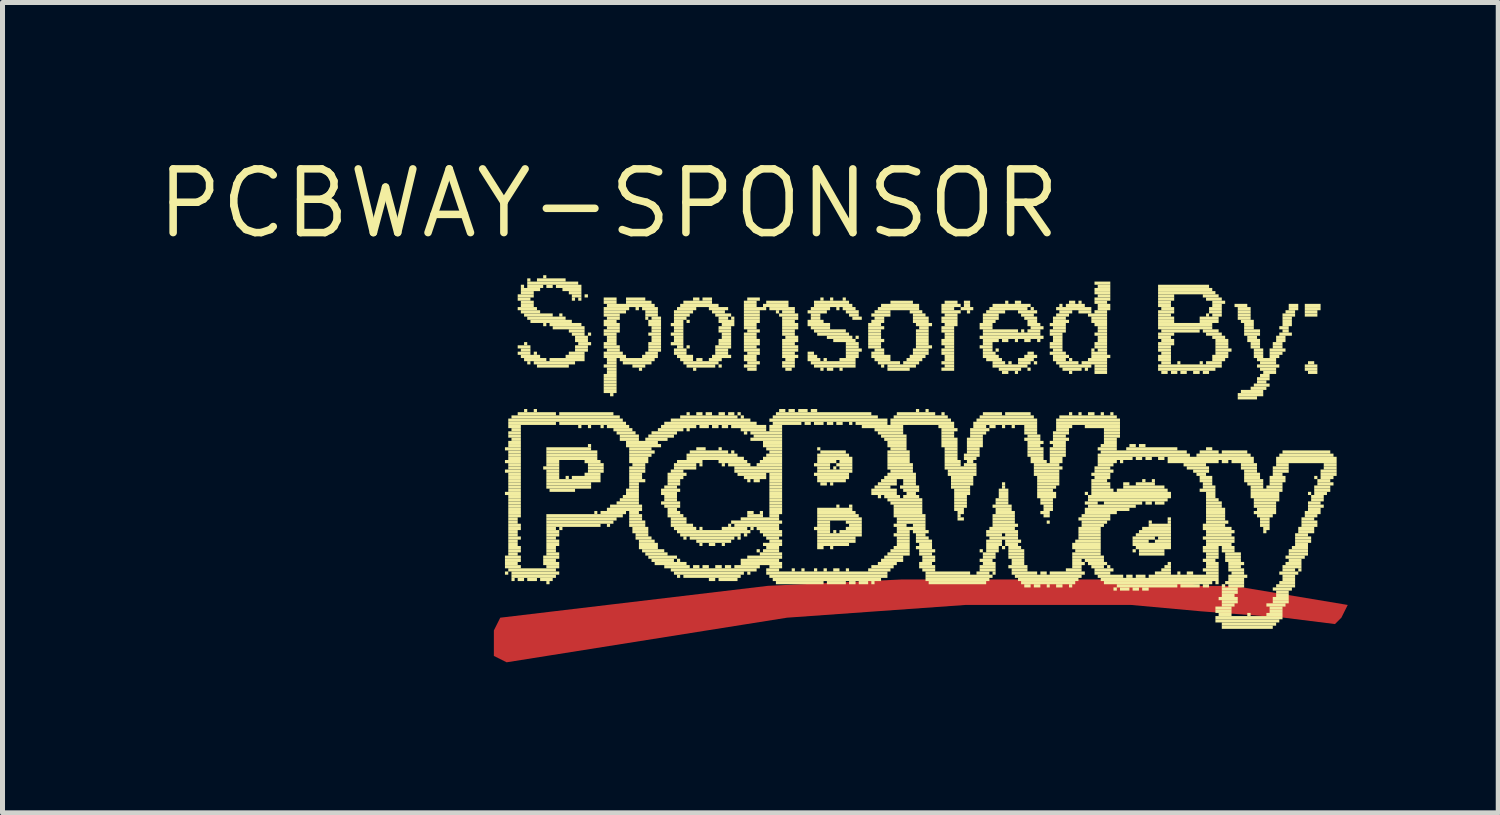
<source format=kicad_pcb>
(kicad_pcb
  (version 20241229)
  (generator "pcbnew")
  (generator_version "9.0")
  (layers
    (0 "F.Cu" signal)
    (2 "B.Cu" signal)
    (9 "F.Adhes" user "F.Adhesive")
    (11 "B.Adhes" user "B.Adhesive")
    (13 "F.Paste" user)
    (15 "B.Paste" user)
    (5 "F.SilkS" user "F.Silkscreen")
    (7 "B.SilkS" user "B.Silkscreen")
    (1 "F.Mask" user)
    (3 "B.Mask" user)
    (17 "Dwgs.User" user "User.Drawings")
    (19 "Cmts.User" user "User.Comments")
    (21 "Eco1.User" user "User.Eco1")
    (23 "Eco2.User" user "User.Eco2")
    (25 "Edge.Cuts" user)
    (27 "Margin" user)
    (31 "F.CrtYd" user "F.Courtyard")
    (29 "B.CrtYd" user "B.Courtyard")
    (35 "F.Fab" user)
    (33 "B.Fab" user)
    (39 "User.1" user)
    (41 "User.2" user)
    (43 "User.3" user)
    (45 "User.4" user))
  (footprint "PCBWAY-SPONSOR"
    (layer "F.Cu")
    (at 15.429 6.086)
    (property "Reference" "PCBWAY-SPONSOR" (at -6.35 -5.08 0) (layer "F.SilkS") (effects (font (size 1.27 1.27) (thickness 0.15))))
    (attr through_hole)
    (fp_poly (pts (xy -8.509 3.175) (xy -3.175 2.54) (xy -0.508 2.413) (xy 3.81 2.413) (xy 4.826 2.413) (xy 5.461 2.54) (xy 6.096 2.54) (xy 8.382 2.921) (xy 8.255 3.175) (xy 8.128 3.302) (xy 7.112 3.175) (xy 5.461 3.048) (xy 4.064 2.921) (xy 0.762 2.921) (xy -2.794 3.175) (xy -8.382 4.064) (xy -8.636 3.937) (xy -8.636 3.429)) (stroke (width 0) (type solid)) (fill yes) (layer "F.Cu"))
    (fp_poly (pts (xy -8.285 3.334) (xy -8.349 3.334) (xy -8.349 3.397) (xy -8.285 3.397)) (stroke (width 0) (type solid)) (fill yes) (layer "F.Mask"))
    (fp_poly (pts (xy -8.222 3.842) (xy -8.479 3.842) (xy -8.479 3.905) (xy -8.222 3.905)) (stroke (width 0) (type solid)) (fill yes) (layer "F.Mask"))
    (fp_poly (pts (xy -8.161 3.778) (xy -8.479 3.778) (xy -8.479 3.842) (xy -8.161 3.842)) (stroke (width 0) (type solid)) (fill yes) (layer "F.Mask"))
    (fp_poly (pts (xy -7.971 3.27) (xy -8.034 3.27) (xy -8.034 3.334) (xy -7.971 3.334)) (stroke (width 0) (type solid)) (fill yes) (layer "F.Mask"))
    (fp_poly (pts (xy -7.971 3.778) (xy -8.098 3.778) (xy -8.098 3.842) (xy -7.971 3.842)) (stroke (width 0) (type solid)) (fill yes) (layer "F.Mask"))
    (fp_poly (pts (xy -7.653 3.715) (xy -8.542 3.715) (xy -8.542 3.778) (xy -7.653 3.778)) (stroke (width 0) (type solid)) (fill yes) (layer "F.Mask"))
    (fp_poly (pts (xy -7.269 3.207) (xy -7.333 3.207) (xy -7.333 3.27) (xy -7.269 3.27)) (stroke (width 0) (type solid)) (fill yes) (layer "F.Mask"))
    (fp_poly (pts (xy -7.206 3.651) (xy -8.542 3.651) (xy -8.542 3.715) (xy -7.206 3.715)) (stroke (width 0) (type solid)) (fill yes) (layer "F.Mask"))
    (fp_poly (pts (xy -7.018 3.651) (xy -7.082 3.651) (xy -7.082 3.715) (xy -7.018 3.715)) (stroke (width 0) (type solid)) (fill yes) (layer "F.Mask"))
    (fp_poly (pts (xy -6.891 3.08) (xy -6.955 3.08) (xy -6.955 3.143) (xy -6.891 3.143)) (stroke (width 0) (type solid)) (fill yes) (layer "F.Mask"))
    (fp_poly (pts (xy -6.828 3.588) (xy -8.479 3.588) (xy -8.479 3.651) (xy -6.828 3.651)) (stroke (width 0) (type solid)) (fill yes) (layer "F.Mask"))
    (fp_poly (pts (xy -6.574 3.524) (xy -8.479 3.524) (xy -8.479 3.588) (xy -6.574 3.588)) (stroke (width 0) (type solid)) (fill yes) (layer "F.Mask"))
    (fp_poly (pts (xy -6.253 3.461) (xy -8.479 3.461) (xy -8.479 3.524) (xy -6.253 3.524)) (stroke (width 0) (type solid)) (fill yes) (layer "F.Mask"))
    (fp_poly (pts (xy -6.19 3.016) (xy -6.253 3.016) (xy -6.253 3.08) (xy -6.19 3.08)) (stroke (width 0) (type solid)) (fill yes) (layer "F.Mask"))
    (fp_poly (pts (xy -6.126 3.461) (xy -6.19 3.461) (xy -6.19 3.524) (xy -6.126 3.524)) (stroke (width 0) (type solid)) (fill yes) (layer "F.Mask"))
    (fp_poly (pts (xy -5.939 3.461) (xy -6.002 3.461) (xy -6.002 3.524) (xy -5.939 3.524)) (stroke (width 0) (type solid)) (fill yes) (layer "F.Mask"))
    (fp_poly (pts (xy -5.875 3.334) (xy -8.161 3.334) (xy -8.161 3.397) (xy -5.875 3.397)) (stroke (width 0) (type solid)) (fill yes) (layer "F.Mask"))
    (fp_poly (pts (xy -5.875 3.397) (xy -8.415 3.397) (xy -8.415 3.461) (xy -5.875 3.461)) (stroke (width 0) (type solid)) (fill yes) (layer "F.Mask"))
    (fp_poly (pts (xy -5.682 2.953) (xy -5.745 2.953) (xy -5.745 3.016) (xy -5.682 3.016)) (stroke (width 0) (type solid)) (fill yes) (layer "F.Mask"))
    (fp_poly (pts (xy -5.558 3.397) (xy -5.682 3.397) (xy -5.682 3.461) (xy -5.558 3.461)) (stroke (width 0) (type solid)) (fill yes) (layer "F.Mask"))
    (fp_poly (pts (xy -5.431 2.953) (xy -5.558 2.953) (xy -5.558 3.016) (xy -5.431 3.016)) (stroke (width 0) (type solid)) (fill yes) (layer "F.Mask"))
    (fp_poly (pts (xy -5.367 3.397) (xy -5.494 3.397) (xy -5.494 3.461) (xy -5.367 3.461)) (stroke (width 0) (type solid)) (fill yes) (layer "F.Mask"))
    (fp_poly (pts (xy -5.304 3.334) (xy -5.812 3.334) (xy -5.812 3.397) (xy -5.304 3.397)) (stroke (width 0) (type solid)) (fill yes) (layer "F.Mask"))
    (fp_poly (pts (xy -5.047 2.889) (xy -5.304 2.889) (xy -5.304 2.953) (xy -5.047 2.953)) (stroke (width 0) (type solid)) (fill yes) (layer "F.Mask"))
    (fp_poly (pts (xy -4.986 3.27) (xy -7.841 3.27) (xy -7.841 3.334) (xy -4.986 3.334)) (stroke (width 0) (type solid)) (fill yes) (layer "F.Mask"))
    (fp_poly (pts (xy -4.923 2.889) (xy -4.986 2.889) (xy -4.986 2.953) (xy -4.923 2.953)) (stroke (width 0) (type solid)) (fill yes) (layer "F.Mask"))
    (fp_poly (pts (xy -4.666 2.826) (xy -4.796 2.826) (xy -4.796 2.889) (xy -4.666 2.889)) (stroke (width 0) (type solid)) (fill yes) (layer "F.Mask"))
    (fp_poly (pts (xy -4.602 3.27) (xy -4.666 3.27) (xy -4.666 3.334) (xy -4.602 3.334)) (stroke (width 0) (type solid)) (fill yes) (layer "F.Mask"))
    (fp_poly (pts (xy -4.478 3.207) (xy -7.206 3.207) (xy -7.206 3.27) (xy -4.478 3.27)) (stroke (width 0) (type solid)) (fill yes) (layer "F.Mask"))
    (fp_poly (pts (xy -4.288 3.207) (xy -4.351 3.207) (xy -4.351 3.27) (xy -4.288 3.27)) (stroke (width 0) (type solid)) (fill yes) (layer "F.Mask"))
    (fp_poly (pts (xy -4.094 2.762) (xy -4.224 2.762) (xy -4.224 2.826) (xy -4.094 2.826)) (stroke (width 0) (type solid)) (fill yes) (layer "F.Mask"))
    (fp_poly (pts (xy -3.907 2.762) (xy -4.031 2.762) (xy -4.031 2.826) (xy -3.907 2.826)) (stroke (width 0) (type solid)) (fill yes) (layer "F.Mask"))
    (fp_poly (pts (xy -3.907 3.143) (xy -7.018 3.143) (xy -7.018 3.207) (xy -3.907 3.207)) (stroke (width 0) (type solid)) (fill yes) (layer "F.Mask"))
    (fp_poly (pts (xy -3.716 3.143) (xy -3.843 3.143) (xy -3.843 3.207) (xy -3.716 3.207)) (stroke (width 0) (type solid)) (fill yes) (layer "F.Mask"))
    (fp_poly (pts (xy -3.586 2.699) (xy -3.716 2.699) (xy -3.716 2.762) (xy -3.586 2.762)) (stroke (width 0) (type solid)) (fill yes) (layer "F.Mask"))
    (fp_poly (pts (xy -3.586 3.143) (xy -3.653 3.143) (xy -3.653 3.207) (xy -3.586 3.207)) (stroke (width 0) (type solid)) (fill yes) (layer "F.Mask"))
    (fp_poly (pts (xy -3.523 3.08) (xy -6.634 3.08) (xy -6.634 3.143) (xy -3.523 3.143)) (stroke (width 0) (type solid)) (fill yes) (layer "F.Mask"))
    (fp_poly (pts (xy -3.399 2.699) (xy -3.459 2.699) (xy -3.459 2.762) (xy -3.399 2.762)) (stroke (width 0) (type solid)) (fill yes) (layer "F.Mask"))
    (fp_poly (pts (xy -3.145 3.016) (xy -6.126 3.016) (xy -6.126 3.08) (xy -3.145 3.08)) (stroke (width 0) (type solid)) (fill yes) (layer "F.Mask"))
    (fp_poly (pts (xy -3.145 2.699) (xy -3.272 2.699) (xy -3.272 2.762) (xy -3.145 2.762)) (stroke (width 0) (type solid)) (fill yes) (layer "F.Mask"))
    (fp_poly (pts (xy -3.078 3.08) (xy -3.399 3.08) (xy -3.399 3.143) (xy -3.078 3.143)) (stroke (width 0) (type solid)) (fill yes) (layer "F.Mask"))
    (fp_poly (pts (xy -2.951 3.016) (xy -3.078 3.016) (xy -3.078 3.08) (xy -2.951 3.08)) (stroke (width 0) (type solid)) (fill yes) (layer "F.Mask"))
    (fp_poly (pts (xy -2.764 3.016) (xy -2.827 3.016) (xy -2.827 3.08) (xy -2.764 3.08)) (stroke (width 0) (type solid)) (fill yes) (layer "F.Mask"))
    (fp_poly (pts (xy -2.637 2.635) (xy -2.7 2.635) (xy -2.7 2.699) (xy -2.637 2.699)) (stroke (width 0) (type solid)) (fill yes) (layer "F.Mask"))
    (fp_poly (pts (xy -2.57 3.016) (xy -2.637 3.016) (xy -2.637 3.08) (xy -2.57 3.08)) (stroke (width 0) (type solid)) (fill yes) (layer "F.Mask"))
    (fp_poly (pts (xy -2.383 2.953) (xy -5.367 2.953) (xy -5.367 3.016) (xy -2.383 3.016)) (stroke (width 0) (type solid)) (fill yes) (layer "F.Mask"))
    (fp_poly (pts (xy -2.192 2.953) (xy -2.319 2.953) (xy -2.319 3.016) (xy -2.192 3.016)) (stroke (width 0) (type solid)) (fill yes) (layer "F.Mask"))
    (fp_poly (pts (xy -2.065 2.953) (xy -2.129 2.953) (xy -2.129 3.016) (xy -2.065 3.016)) (stroke (width 0) (type solid)) (fill yes) (layer "F.Mask"))
    (fp_poly (pts (xy -1.684 2.508) (xy -1.748 2.508) (xy -1.748 2.572) (xy -1.684 2.572)) (stroke (width 0) (type solid)) (fill yes) (layer "F.Mask"))
    (fp_poly (pts (xy -1.427 2.889) (xy -4.859 2.889) (xy -4.859 2.953) (xy -1.427 2.953)) (stroke (width 0) (type solid)) (fill yes) (layer "F.Mask"))
    (fp_poly (pts (xy -1.303 2.889) (xy -1.364 2.889) (xy -1.364 2.953) (xy -1.303 2.953)) (stroke (width 0) (type solid)) (fill yes) (layer "F.Mask"))
    (fp_poly (pts (xy -0.541 2.508) (xy -0.792 2.508) (xy -0.792 2.572) (xy -0.541 2.572)) (stroke (width 0) (type solid)) (fill yes) (layer "F.Mask"))
    (fp_poly (pts (xy -0.478 2.826) (xy -4.602 2.826) (xy -4.602 2.889) (xy -0.478 2.889)) (stroke (width 0) (type solid)) (fill yes) (layer "F.Mask"))
    (fp_poly (pts (xy 0.475 2.762) (xy -3.843 2.762) (xy -3.843 2.826) (xy 0.475 2.826)) (stroke (width 0) (type solid)) (fill yes) (layer "F.Mask"))
    (fp_poly (pts (xy 0.605 2.762) (xy 0.538 2.762) (xy 0.538 2.826) (xy 0.605 2.826)) (stroke (width 0) (type solid)) (fill yes) (layer "F.Mask"))
    (fp_poly (pts (xy 1.554 2.508) (xy -0.478 2.508) (xy -0.478 2.572) (xy 1.554 2.572)) (stroke (width 0) (type solid)) (fill yes) (layer "F.Mask"))
    (fp_poly (pts (xy 1.684 2.508) (xy 1.618 2.508) (xy 1.618 2.572) (xy 1.684 2.572)) (stroke (width 0) (type solid)) (fill yes) (layer "F.Mask"))
    (fp_poly (pts (xy 1.811 2.699) (xy -3.078 2.699) (xy -3.078 2.762) (xy 1.811 2.762)) (stroke (width 0) (type solid)) (fill yes) (layer "F.Mask"))
    (fp_poly (pts (xy 1.935 2.508) (xy 1.811 2.508) (xy 1.811 2.572) (xy 1.935 2.572)) (stroke (width 0) (type solid)) (fill yes) (layer "F.Mask"))
    (fp_poly (pts (xy 1.999 2.699) (xy 1.935 2.699) (xy 1.935 2.762) (xy 1.999 2.762)) (stroke (width 0) (type solid)) (fill yes) (layer "F.Mask"))
    (fp_poly (pts (xy 2.126 2.508) (xy 2.062 2.508) (xy 2.062 2.572) (xy 2.126 2.572)) (stroke (width 0) (type solid)) (fill yes) (layer "F.Mask"))
    (fp_poly (pts (xy 2.256 2.699) (xy 2.192 2.699) (xy 2.192 2.762) (xy 2.256 2.762)) (stroke (width 0) (type solid)) (fill yes) (layer "F.Mask"))
    (fp_poly (pts (xy 2.383 2.508) (xy 2.256 2.508) (xy 2.256 2.572) (xy 2.383 2.572)) (stroke (width 0) (type solid)) (fill yes) (layer "F.Mask"))
    (fp_poly (pts (xy 2.443 2.699) (xy 2.383 2.699) (xy 2.383 2.762) (xy 2.443 2.762)) (stroke (width 0) (type solid)) (fill yes) (layer "F.Mask"))
    (fp_poly (pts (xy 2.57 2.508) (xy 2.443 2.508) (xy 2.443 2.572) (xy 2.57 2.572)) (stroke (width 0) (type solid)) (fill yes) (layer "F.Mask"))
    (fp_poly (pts (xy 2.827 2.508) (xy 2.697 2.508) (xy 2.697 2.572) (xy 2.827 2.572)) (stroke (width 0) (type solid)) (fill yes) (layer "F.Mask"))
    (fp_poly (pts (xy 2.891 2.699) (xy 2.827 2.699) (xy 2.827 2.762) (xy 2.891 2.762)) (stroke (width 0) (type solid)) (fill yes) (layer "F.Mask"))
    (fp_poly (pts (xy 3.015 2.508) (xy 2.891 2.508) (xy 2.891 2.572) (xy 3.015 2.572)) (stroke (width 0) (type solid)) (fill yes) (layer "F.Mask"))
    (fp_poly (pts (xy 3.272 2.508) (xy 3.078 2.508) (xy 3.078 2.572) (xy 3.272 2.572)) (stroke (width 0) (type solid)) (fill yes) (layer "F.Mask"))
    (fp_poly (pts (xy 3.459 2.508) (xy 3.335 2.508) (xy 3.335 2.572) (xy 3.459 2.572)) (stroke (width 0) (type solid)) (fill yes) (layer "F.Mask"))
    (fp_poly (pts (xy 3.713 2.572) (xy -1.811 2.572) (xy -1.811 2.635) (xy 3.713 2.635)) (stroke (width 0) (type solid)) (fill yes) (layer "F.Mask"))
    (fp_poly (pts (xy 3.78 2.508) (xy 3.523 2.508) (xy 3.523 2.572) (xy 3.78 2.572)) (stroke (width 0) (type solid)) (fill yes) (layer "F.Mask"))
    (fp_poly (pts (xy 3.78 2.762) (xy 3.713 2.762) (xy 3.713 2.826) (xy 3.78 2.826)) (stroke (width 0) (type solid)) (fill yes) (layer "F.Mask"))
    (fp_poly (pts (xy 3.843 2.572) (xy 3.78 2.572) (xy 3.78 2.635) (xy 3.843 2.635)) (stroke (width 0) (type solid)) (fill yes) (layer "F.Mask"))
    (fp_poly (pts (xy 3.967 2.762) (xy 3.907 2.762) (xy 3.907 2.826) (xy 3.967 2.826)) (stroke (width 0) (type solid)) (fill yes) (layer "F.Mask"))
    (fp_poly (pts (xy 4.094 2.572) (xy 4.031 2.572) (xy 4.031 2.635) (xy 4.094 2.635)) (stroke (width 0) (type solid)) (fill yes) (layer "F.Mask"))
    (fp_poly (pts (xy 4.158 2.762) (xy 4.094 2.762) (xy 4.094 2.826) (xy 4.158 2.826)) (stroke (width 0) (type solid)) (fill yes) (layer "F.Mask"))
    (fp_poly (pts (xy 4.285 2.572) (xy 4.221 2.572) (xy 4.221 2.635) (xy 4.285 2.635)) (stroke (width 0) (type solid)) (fill yes) (layer "F.Mask"))
    (fp_poly (pts (xy 4.415 2.762) (xy 4.351 2.762) (xy 4.351 2.826) (xy 4.415 2.826)) (stroke (width 0) (type solid)) (fill yes) (layer "F.Mask"))
    (fp_poly (pts (xy 4.539 2.572) (xy 4.415 2.572) (xy 4.415 2.635) (xy 4.539 2.635)) (stroke (width 0) (type solid)) (fill yes) (layer "F.Mask"))
    (fp_poly (pts (xy 4.602 2.762) (xy 4.539 2.762) (xy 4.539 2.826) (xy 4.602 2.826)) (stroke (width 0) (type solid)) (fill yes) (layer "F.Mask"))
    (fp_poly (pts (xy 4.729 2.572) (xy 4.666 2.572) (xy 4.666 2.635) (xy 4.729 2.635)) (stroke (width 0) (type solid)) (fill yes) (layer "F.Mask"))
    (fp_poly (pts (xy 4.859 2.826) (xy 4.793 2.826) (xy 4.793 2.889) (xy 4.859 2.889)) (stroke (width 0) (type solid)) (fill yes) (layer "F.Mask"))
    (fp_poly (pts (xy 4.986 2.572) (xy 4.859 2.572) (xy 4.859 2.635) (xy 4.986 2.635)) (stroke (width 0) (type solid)) (fill yes) (layer "F.Mask"))
    (fp_poly (pts (xy 5.11 2.826) (xy 4.923 2.826) (xy 4.923 2.889) (xy 5.11 2.889)) (stroke (width 0) (type solid)) (fill yes) (layer "F.Mask"))
    (fp_poly (pts (xy 5.174 2.572) (xy 5.047 2.572) (xy 5.047 2.635) (xy 5.174 2.635)) (stroke (width 0) (type solid)) (fill yes) (layer "F.Mask"))
    (fp_poly (pts (xy 5.237 2.635) (xy -2.507 2.635) (xy -2.507 2.699) (xy 5.237 2.699)) (stroke (width 0) (type solid)) (fill yes) (layer "F.Mask"))
    (fp_poly (pts (xy 5.301 2.826) (xy 5.174 2.826) (xy 5.174 2.889) (xy 5.301 2.889)) (stroke (width 0) (type solid)) (fill yes) (layer "F.Mask"))
    (fp_poly (pts (xy 5.494 2.826) (xy 5.367 2.826) (xy 5.367 2.889) (xy 5.494 2.889)) (stroke (width 0) (type solid)) (fill yes) (layer "F.Mask"))
    (fp_poly (pts (xy 5.809 2.635) (xy 5.745 2.635) (xy 5.745 2.699) (xy 5.809 2.699)) (stroke (width 0) (type solid)) (fill yes) (layer "F.Mask"))
    (fp_poly (pts (xy 5.809 2.762) (xy 4.666 2.762) (xy 4.666 2.826) (xy 5.809 2.826)) (stroke (width 0) (type solid)) (fill yes) (layer "F.Mask"))
    (fp_poly (pts (xy 5.872 2.699) (xy 3.335 2.699) (xy 3.335 2.762) (xy 5.872 2.762)) (stroke (width 0) (type solid)) (fill yes) (layer "F.Mask"))
    (fp_poly (pts (xy 5.872 2.826) (xy 5.558 2.826) (xy 5.558 2.889) (xy 5.872 2.889)) (stroke (width 0) (type solid)) (fill yes) (layer "F.Mask"))
    (fp_poly (pts (xy 5.872 2.889) (xy 5.558 2.889) (xy 5.558 2.953) (xy 5.872 2.953)) (stroke (width 0) (type solid)) (fill yes) (layer "F.Mask"))
    (fp_poly (pts (xy 7.653 2.889) (xy 7.142 2.889) (xy 7.142 2.953) (xy 7.653 2.953)) (stroke (width 0) (type solid)) (fill yes) (layer "F.Mask"))
    (fp_poly (pts (xy 7.714 2.953) (xy 7.082 2.953) (xy 7.082 3.016) (xy 7.714 3.016)) (stroke (width 0) (type solid)) (fill yes) (layer "F.Mask"))
    (fp_poly (pts (xy 7.841 3.08) (xy 7.777 3.08) (xy 7.777 3.143) (xy 7.841 3.143)) (stroke (width 0) (type solid)) (fill yes) (layer "F.Mask"))
    (fp_poly (pts (xy 7.904 2.953) (xy 7.777 2.953) (xy 7.777 3.016) (xy 7.904 3.016)) (stroke (width 0) (type solid)) (fill yes) (layer "F.Mask"))
    (fp_poly (pts (xy 8.098 2.953) (xy 7.968 2.953) (xy 7.968 3.016) (xy 8.098 3.016)) (stroke (width 0) (type solid)) (fill yes) (layer "F.Mask"))
    (fp_poly (pts (xy 8.098 3.08) (xy 7.904 3.08) (xy 7.904 3.143) (xy 8.098 3.143)) (stroke (width 0) (type solid)) (fill yes) (layer "F.Mask"))
    (fp_poly (pts (xy 8.161 3.016) (xy 7.142 3.016) (xy 7.142 3.08) (xy 8.161 3.08)) (stroke (width 0) (type solid)) (fill yes) (layer "F.Mask"))
    (fp_poly (pts (xy 8.222 2.953) (xy 8.161 2.953) (xy 8.161 3.016) (xy 8.222 3.016)) (stroke (width 0) (type solid)) (fill yes) (layer "F.Mask"))
    (fp_poly (pts (xy -8.349 2.254) (xy -8.415 2.254) (xy -8.415 2.318) (xy -8.349 2.318)) (stroke (width 0) (type solid)) (fill yes) (layer "F.SilkS"))
    (fp_poly (pts (xy -8.222 2.381) (xy -8.285 2.381) (xy -8.285 2.445) (xy -8.222 2.445)) (stroke (width 0) (type solid)) (fill yes) (layer "F.SilkS"))
    (fp_poly (pts (xy -8.161 1.175) (xy -8.349 1.175) (xy -8.349 1.238) (xy -8.161 1.238)) (stroke (width 0) (type solid)) (fill yes) (layer "F.SilkS"))
    (fp_poly (pts (xy -8.161 1.238) (xy -8.349 1.238) (xy -8.349 1.302) (xy -8.161 1.302)) (stroke (width 0) (type solid)) (fill yes) (layer "F.SilkS"))
    (fp_poly (pts (xy -8.161 1.429) (xy -8.349 1.429) (xy -8.349 1.492) (xy -8.161 1.492)) (stroke (width 0) (type solid)) (fill yes) (layer "F.SilkS"))
    (fp_poly (pts (xy -8.161 1.492) (xy -8.349 1.492) (xy -8.349 1.556) (xy -8.161 1.556)) (stroke (width 0) (type solid)) (fill yes) (layer "F.SilkS"))
    (fp_poly (pts (xy -8.161 1.619) (xy -8.349 1.619) (xy -8.349 1.683) (xy -8.161 1.683)) (stroke (width 0) (type solid)) (fill yes) (layer "F.SilkS"))
    (fp_poly (pts (xy -8.161 1.683) (xy -8.349 1.683) (xy -8.349 1.746) (xy -8.161 1.746)) (stroke (width 0) (type solid)) (fill yes) (layer "F.SilkS"))
    (fp_poly (pts (xy -8.161 1.873) (xy -8.349 1.873) (xy -8.349 1.937) (xy -8.161 1.937)) (stroke (width 0) (type solid)) (fill yes) (layer "F.SilkS"))
    (fp_poly (pts (xy -8.161 2.064) (xy -8.415 2.064) (xy -8.415 2.127) (xy -8.161 2.127)) (stroke (width 0) (type solid)) (fill yes) (layer "F.SilkS"))
    (fp_poly (pts (xy -8.098 -0.667) (xy -8.349 -0.667) (xy -8.349 -0.603) (xy -8.098 -0.603)) (stroke (width 0) (type solid)) (fill yes) (layer "F.SilkS"))
    (fp_poly (pts (xy -8.098 -0.603) (xy -8.285 -0.603) (xy -8.285 -0.54) (xy -8.098 -0.54)) (stroke (width 0) (type solid)) (fill yes) (layer "F.SilkS"))
    (fp_poly (pts (xy -8.098 -0.54) (xy -8.349 -0.54) (xy -8.349 -0.476) (xy -8.098 -0.476)) (stroke (width 0) (type solid)) (fill yes) (layer "F.SilkS"))
    (fp_poly (pts (xy -8.098 -0.476) (xy -8.349 -0.476) (xy -8.349 -0.413) (xy -8.098 -0.413)) (stroke (width 0) (type solid)) (fill yes) (layer "F.SilkS"))
    (fp_poly (pts (xy -8.098 -0.413) (xy -8.285 -0.413) (xy -8.285 -0.349) (xy -8.098 -0.349)) (stroke (width 0) (type solid)) (fill yes) (layer "F.SilkS"))
    (fp_poly (pts (xy -8.098 -0.349) (xy -8.349 -0.349) (xy -8.349 -0.286) (xy -8.098 -0.286)) (stroke (width 0) (type solid)) (fill yes) (layer "F.SilkS"))
    (fp_poly (pts (xy -8.098 -0.286) (xy -8.349 -0.286) (xy -8.349 -0.222) (xy -8.098 -0.222)) (stroke (width 0) (type solid)) (fill yes) (layer "F.SilkS"))
    (fp_poly (pts (xy -8.098 -0.159) (xy -8.349 -0.159) (xy -8.349 -0.095) (xy -8.098 -0.095)) (stroke (width 0) (type solid)) (fill yes) (layer "F.SilkS"))
    (fp_poly (pts (xy -8.098 -0.095) (xy -8.349 -0.095) (xy -8.349 -0.032) (xy -8.098 -0.032)) (stroke (width 0) (type solid)) (fill yes) (layer "F.SilkS"))
    (fp_poly (pts (xy -8.098 -0.032) (xy -8.349 -0.032) (xy -8.349 0.032) (xy -8.098 0.032)) (stroke (width 0) (type solid)) (fill yes) (layer "F.SilkS"))
    (fp_poly (pts (xy -8.098 0.095) (xy -8.349 0.095) (xy -8.349 0.159) (xy -8.098 0.159)) (stroke (width 0) (type solid)) (fill yes) (layer "F.SilkS"))
    (fp_poly (pts (xy -8.098 0.159) (xy -8.349 0.159) (xy -8.349 0.222) (xy -8.098 0.222)) (stroke (width 0) (type solid)) (fill yes) (layer "F.SilkS"))
    (fp_poly (pts (xy -8.098 0.286) (xy -8.349 0.286) (xy -8.349 0.349) (xy -8.098 0.349)) (stroke (width 0) (type solid)) (fill yes) (layer "F.SilkS"))
    (fp_poly (pts (xy -8.098 0.349) (xy -8.349 0.349) (xy -8.349 0.413) (xy -8.098 0.413)) (stroke (width 0) (type solid)) (fill yes) (layer "F.SilkS"))
    (fp_poly (pts (xy -8.098 0.413) (xy -8.349 0.413) (xy -8.349 0.476) (xy -8.098 0.476)) (stroke (width 0) (type solid)) (fill yes) (layer "F.SilkS"))
    (fp_poly (pts (xy -8.098 0.476) (xy -8.349 0.476) (xy -8.349 0.54) (xy -8.098 0.54)) (stroke (width 0) (type solid)) (fill yes) (layer "F.SilkS"))
    (fp_poly (pts (xy -8.098 0.54) (xy -8.349 0.54) (xy -8.349 0.603) (xy -8.098 0.603)) (stroke (width 0) (type solid)) (fill yes) (layer "F.SilkS"))
    (fp_poly (pts (xy -8.098 0.603) (xy -8.349 0.603) (xy -8.349 0.667) (xy -8.098 0.667)) (stroke (width 0) (type solid)) (fill yes) (layer "F.SilkS"))
    (fp_poly (pts (xy -8.098 0.73) (xy -8.349 0.73) (xy -8.349 0.794) (xy -8.098 0.794)) (stroke (width 0) (type solid)) (fill yes) (layer "F.SilkS"))
    (fp_poly (pts (xy -8.098 0.794) (xy -8.349 0.794) (xy -8.349 0.857) (xy -8.098 0.857)) (stroke (width 0) (type solid)) (fill yes) (layer "F.SilkS"))
    (fp_poly (pts (xy -8.098 0.857) (xy -8.349 0.857) (xy -8.349 0.921) (xy -8.098 0.921)) (stroke (width 0) (type solid)) (fill yes) (layer "F.SilkS"))
    (fp_poly (pts (xy -8.098 0.921) (xy -8.349 0.921) (xy -8.349 0.984) (xy -8.098 0.984)) (stroke (width 0) (type solid)) (fill yes) (layer "F.SilkS"))
    (fp_poly (pts (xy -8.098 0.984) (xy -8.349 0.984) (xy -8.349 1.048) (xy -8.098 1.048)) (stroke (width 0) (type solid)) (fill yes) (layer "F.SilkS"))
    (fp_poly (pts (xy -8.098 1.048) (xy -8.349 1.048) (xy -8.349 1.111) (xy -8.098 1.111)) (stroke (width 0) (type solid)) (fill yes) (layer "F.SilkS"))
    (fp_poly (pts (xy -8.098 1.111) (xy -8.349 1.111) (xy -8.349 1.175) (xy -8.098 1.175)) (stroke (width 0) (type solid)) (fill yes) (layer "F.SilkS"))
    (fp_poly (pts (xy -8.098 1.302) (xy -8.349 1.302) (xy -8.349 1.365) (xy -8.098 1.365)) (stroke (width 0) (type solid)) (fill yes) (layer "F.SilkS"))
    (fp_poly (pts (xy -8.098 1.365) (xy -8.349 1.365) (xy -8.349 1.429) (xy -8.098 1.429)) (stroke (width 0) (type solid)) (fill yes) (layer "F.SilkS"))
    (fp_poly (pts (xy -8.098 1.556) (xy -8.349 1.556) (xy -8.349 1.619) (xy -8.098 1.619)) (stroke (width 0) (type solid)) (fill yes) (layer "F.SilkS"))
    (fp_poly (pts (xy -8.098 1.746) (xy -8.349 1.746) (xy -8.349 1.81) (xy -8.098 1.81)) (stroke (width 0) (type solid)) (fill yes) (layer "F.SilkS"))
    (fp_poly (pts (xy -8.098 1.81) (xy -8.349 1.81) (xy -8.349 1.873) (xy -8.098 1.873)) (stroke (width 0) (type solid)) (fill yes) (layer "F.SilkS"))
    (fp_poly (pts (xy -8.098 -0.222) (xy -8.415 -0.222) (xy -8.415 -0.159) (xy -8.098 -0.159)) (stroke (width 0) (type solid)) (fill yes) (layer "F.SilkS"))
    (fp_poly (pts (xy -8.098 0.032) (xy -8.415 0.032) (xy -8.415 0.095) (xy -8.098 0.095)) (stroke (width 0) (type solid)) (fill yes) (layer "F.SilkS"))
    (fp_poly (pts (xy -8.098 0.222) (xy -8.415 0.222) (xy -8.415 0.286) (xy -8.098 0.286)) (stroke (width 0) (type solid)) (fill yes) (layer "F.SilkS"))
    (fp_poly (pts (xy -8.098 0.667) (xy -8.415 0.667) (xy -8.415 0.73) (xy -8.098 0.73)) (stroke (width 0) (type solid)) (fill yes) (layer "F.SilkS"))
    (fp_poly (pts (xy -8.098 1.937) (xy -8.415 1.937) (xy -8.415 2) (xy -8.098 2)) (stroke (width 0) (type solid)) (fill yes) (layer "F.SilkS"))
    (fp_poly (pts (xy -8.098 2) (xy -8.415 2) (xy -8.415 2.064) (xy -8.098 2.064)) (stroke (width 0) (type solid)) (fill yes) (layer "F.SilkS"))
    (fp_poly (pts (xy -8.098 2.127) (xy -8.415 2.127) (xy -8.415 2.191) (xy -8.098 2.191)) (stroke (width 0) (type solid)) (fill yes) (layer "F.SilkS"))
    (fp_poly (pts (xy -8.034 -3.461) (xy -8.098 -3.461) (xy -8.098 -3.397) (xy -8.034 -3.397)) (stroke (width 0) (type solid)) (fill yes) (layer "F.SilkS"))
    (fp_poly (pts (xy -8.034 2.381) (xy -8.161 2.381) (xy -8.161 2.445) (xy -8.034 2.445)) (stroke (width 0) (type solid)) (fill yes) (layer "F.SilkS"))
    (fp_poly (pts (xy -7.971 -2.318) (xy -8.034 -2.318) (xy -8.034 -2.254) (xy -7.971 -2.254)) (stroke (width 0) (type solid)) (fill yes) (layer "F.SilkS"))
    (fp_poly (pts (xy -7.971 -0.984) (xy -8.034 -0.984) (xy -8.034 -0.921) (xy -7.971 -0.921)) (stroke (width 0) (type solid)) (fill yes) (layer "F.SilkS"))
    (fp_poly (pts (xy -7.907 -3.588) (xy -7.971 -3.588) (xy -7.971 -3.524) (xy -7.907 -3.524)) (stroke (width 0) (type solid)) (fill yes) (layer "F.SilkS"))
    (fp_poly (pts (xy -7.907 -3.207) (xy -8.161 -3.207) (xy -8.161 -3.143) (xy -7.907 -3.143)) (stroke (width 0) (type solid)) (fill yes) (layer "F.SilkS"))
    (fp_poly (pts (xy -7.907 -2.254) (xy -8.161 -2.254) (xy -8.161 -2.191) (xy -7.907 -2.191)) (stroke (width 0) (type solid)) (fill yes) (layer "F.SilkS"))
    (fp_poly (pts (xy -7.907 -2.191) (xy -8.098 -2.191) (xy -8.098 -2.127) (xy -7.907 -2.127)) (stroke (width 0) (type solid)) (fill yes) (layer "F.SilkS"))
    (fp_poly (pts (xy -7.907 -2.127) (xy -8.161 -2.127) (xy -8.161 -2.064) (xy -7.907 -2.064)) (stroke (width 0) (type solid)) (fill yes) (layer "F.SilkS"))
    (fp_poly (pts (xy -7.907 -1.937) (xy -7.971 -1.937) (xy -7.971 -1.873) (xy -7.907 -1.873)) (stroke (width 0) (type solid)) (fill yes) (layer "F.SilkS"))
    (fp_poly (pts (xy -7.841 -3.334) (xy -8.098 -3.334) (xy -8.098 -3.27) (xy -7.841 -3.27)) (stroke (width 0) (type solid)) (fill yes) (layer "F.SilkS"))
    (fp_poly (pts (xy -7.841 -3.27) (xy -8.161 -3.27) (xy -8.161 -3.207) (xy -7.841 -3.207)) (stroke (width 0) (type solid)) (fill yes) (layer "F.SilkS"))
    (fp_poly (pts (xy -7.841 -3.143) (xy -8.098 -3.143) (xy -8.098 -3.08) (xy -7.841 -3.08)) (stroke (width 0) (type solid)) (fill yes) (layer "F.SilkS"))
    (fp_poly (pts (xy -7.841 -3.08) (xy -8.098 -3.08) (xy -8.098 -3.016) (xy -7.841 -3.016)) (stroke (width 0) (type solid)) (fill yes) (layer "F.SilkS"))
    (fp_poly (pts (xy -7.777 -3.016) (xy -8.161 -3.016) (xy -8.161 -2.953) (xy -7.777 -2.953)) (stroke (width 0) (type solid)) (fill yes) (layer "F.SilkS"))
    (fp_poly (pts (xy -7.777 2.381) (xy -7.971 2.381) (xy -7.971 2.445) (xy -7.777 2.445)) (stroke (width 0) (type solid)) (fill yes) (layer "F.SilkS"))
    (fp_poly (pts (xy -7.777 -2.127) (xy -7.841 -2.127) (xy -7.841 -2.064) (xy -7.777 -2.064)) (stroke (width 0) (type solid)) (fill yes) (layer "F.SilkS"))
    (fp_poly (pts (xy -7.777 -0.984) (xy -7.841 -0.984) (xy -7.841 -0.921) (xy -7.777 -0.921)) (stroke (width 0) (type solid)) (fill yes) (layer "F.SilkS"))
    (fp_poly (pts (xy -7.714 -3.397) (xy -8.098 -3.397) (xy -8.098 -3.334) (xy -7.714 -3.334)) (stroke (width 0) (type solid)) (fill yes) (layer "F.SilkS"))
    (fp_poly (pts (xy -7.714 -2.953) (xy -8.098 -2.953) (xy -8.098 -2.889) (xy -7.714 -2.889)) (stroke (width 0) (type solid)) (fill yes) (layer "F.SilkS"))
    (fp_poly (pts (xy -7.714 -2.064) (xy -8.098 -2.064) (xy -8.098 -2) (xy -7.714 -2)) (stroke (width 0) (type solid)) (fill yes) (layer "F.SilkS"))
    (fp_poly (pts (xy -7.653 -3.461) (xy -7.971 -3.461) (xy -7.971 -3.397) (xy -7.653 -3.397)) (stroke (width 0) (type solid)) (fill yes) (layer "F.SilkS"))
    (fp_poly (pts (xy -7.59 -3.651) (xy -7.653 -3.651) (xy -7.653 -3.588) (xy -7.59 -3.588)) (stroke (width 0) (type solid)) (fill yes) (layer "F.SilkS"))
    (fp_poly (pts (xy -7.59 -2.699) (xy -7.653 -2.699) (xy -7.653 -2.635) (xy -7.59 -2.635)) (stroke (width 0) (type solid)) (fill yes) (layer "F.SilkS"))
    (fp_poly (pts (xy -7.59 -2) (xy -8.034 -2) (xy -8.034 -1.937) (xy -7.59 -1.937)) (stroke (width 0) (type solid)) (fill yes) (layer "F.SilkS"))
    (fp_poly (pts (xy -7.526 2.445) (xy -7.59 2.445) (xy -7.59 2.508) (xy -7.526 2.508)) (stroke (width 0) (type solid)) (fill yes) (layer "F.SilkS"))
    (fp_poly (pts (xy -7.463 2.381) (xy -7.714 2.381) (xy -7.714 2.445) (xy -7.463 2.445)) (stroke (width 0) (type solid)) (fill yes) (layer "F.SilkS"))
    (fp_poly (pts (xy -7.463 -3.461) (xy -7.59 -3.461) (xy -7.59 -3.397) (xy -7.463 -3.397)) (stroke (width 0) (type solid)) (fill yes) (layer "F.SilkS"))
    (fp_poly (pts (xy -7.463 -2.889) (xy -8.034 -2.889) (xy -8.034 -2.826) (xy -7.463 -2.826)) (stroke (width 0) (type solid)) (fill yes) (layer "F.SilkS"))
    (fp_poly (pts (xy -7.399 -0.73) (xy -8.349 -0.73) (xy -8.349 -0.667) (xy -7.399 -0.667)) (stroke (width 0) (type solid)) (fill yes) (layer "F.SilkS"))
    (fp_poly (pts (xy -7.399 2.191) (xy -8.349 2.191) (xy -8.349 2.254) (xy -7.399 2.254)) (stroke (width 0) (type solid)) (fill yes) (layer "F.SilkS"))
    (fp_poly (pts (xy -7.399 2.318) (xy -8.285 2.318) (xy -8.285 2.381) (xy -7.399 2.381)) (stroke (width 0) (type solid)) (fill yes) (layer "F.SilkS"))
    (fp_poly (pts (xy -7.399 -0.921) (xy -8.161 -0.921) (xy -8.161 -0.857) (xy -7.399 -0.857)) (stroke (width 0) (type solid)) (fill yes) (layer "F.SilkS"))
    (fp_poly (pts (xy -7.399 1.365) (xy -7.59 1.365) (xy -7.59 1.429) (xy -7.399 1.429)) (stroke (width 0) (type solid)) (fill yes) (layer "F.SilkS"))
    (fp_poly (pts (xy -7.399 1.556) (xy -7.59 1.556) (xy -7.59 1.619) (xy -7.399 1.619)) (stroke (width 0) (type solid)) (fill yes) (layer "F.SilkS"))
    (fp_poly (pts (xy -7.399 1.746) (xy -7.59 1.746) (xy -7.59 1.81) (xy -7.399 1.81)) (stroke (width 0) (type solid)) (fill yes) (layer "F.SilkS"))
    (fp_poly (pts (xy -7.399 1.81) (xy -7.59 1.81) (xy -7.59 1.873) (xy -7.399 1.873)) (stroke (width 0) (type solid)) (fill yes) (layer "F.SilkS"))
    (fp_poly (pts (xy -7.399 2) (xy -7.653 2) (xy -7.653 2.064) (xy -7.399 2.064)) (stroke (width 0) (type solid)) (fill yes) (layer "F.SilkS"))
    (fp_poly (pts (xy -7.333 0.032) (xy -7.59 0.032) (xy -7.59 0.095) (xy -7.333 0.095)) (stroke (width 0) (type solid)) (fill yes) (layer "F.SilkS"))
    (fp_poly (pts (xy -7.333 0.095) (xy -7.59 0.095) (xy -7.59 0.159) (xy -7.333 0.159)) (stroke (width 0) (type solid)) (fill yes) (layer "F.SilkS"))
    (fp_poly (pts (xy -7.333 0.159) (xy -7.653 0.159) (xy -7.653 0.222) (xy -7.333 0.222)) (stroke (width 0) (type solid)) (fill yes) (layer "F.SilkS"))
    (fp_poly (pts (xy -7.333 0.222) (xy -7.59 0.222) (xy -7.59 0.286) (xy -7.333 0.286)) (stroke (width 0) (type solid)) (fill yes) (layer "F.SilkS"))
    (fp_poly (pts (xy -7.333 0.286) (xy -7.59 0.286) (xy -7.59 0.349) (xy -7.333 0.349)) (stroke (width 0) (type solid)) (fill yes) (layer "F.SilkS"))
    (fp_poly (pts (xy -7.333 0.349) (xy -7.59 0.349) (xy -7.59 0.413) (xy -7.333 0.413)) (stroke (width 0) (type solid)) (fill yes) (layer "F.SilkS"))
    (fp_poly (pts (xy -7.333 1.429) (xy -7.59 1.429) (xy -7.59 1.492) (xy -7.333 1.492)) (stroke (width 0) (type solid)) (fill yes) (layer "F.SilkS"))
    (fp_poly (pts (xy -7.333 1.492) (xy -7.59 1.492) (xy -7.59 1.556) (xy -7.333 1.556)) (stroke (width 0) (type solid)) (fill yes) (layer "F.SilkS"))
    (fp_poly (pts (xy -7.333 1.619) (xy -7.59 1.619) (xy -7.59 1.683) (xy -7.333 1.683)) (stroke (width 0) (type solid)) (fill yes) (layer "F.SilkS"))
    (fp_poly (pts (xy -7.333 1.683) (xy -7.59 1.683) (xy -7.59 1.746) (xy -7.333 1.746)) (stroke (width 0) (type solid)) (fill yes) (layer "F.SilkS"))
    (fp_poly (pts (xy -7.333 1.873) (xy -7.59 1.873) (xy -7.59 1.937) (xy -7.333 1.937)) (stroke (width 0) (type solid)) (fill yes) (layer "F.SilkS"))
    (fp_poly (pts (xy -7.333 1.937) (xy -7.653 1.937) (xy -7.653 2) (xy -7.333 2)) (stroke (width 0) (type solid)) (fill yes) (layer "F.SilkS"))
    (fp_poly (pts (xy -7.333 2.064) (xy -7.653 2.064) (xy -7.653 2.127) (xy -7.333 2.127)) (stroke (width 0) (type solid)) (fill yes) (layer "F.SilkS"))
    (fp_poly (pts (xy -7.333 2.127) (xy -7.59 2.127) (xy -7.59 2.191) (xy -7.333 2.191)) (stroke (width 0) (type solid)) (fill yes) (layer "F.SilkS"))
    (fp_poly (pts (xy -7.333 2.254) (xy -8.285 2.254) (xy -8.285 2.318) (xy -7.333 2.318)) (stroke (width 0) (type solid)) (fill yes) (layer "F.SilkS"))
    (fp_poly (pts (xy -7.269 -2.889) (xy -7.333 -2.889) (xy -7.333 -2.826) (xy -7.269 -2.826)) (stroke (width 0) (type solid)) (fill yes) (layer "F.SilkS"))
    (fp_poly (pts (xy -7.269 1.365) (xy -7.333 1.365) (xy -7.333 1.429) (xy -7.269 1.429)) (stroke (width 0) (type solid)) (fill yes) (layer "F.SilkS"))
    (fp_poly (pts (xy -7.206 -2.826) (xy -7.971 -2.826) (xy -7.971 -2.762) (xy -7.206 -2.762)) (stroke (width 0) (type solid)) (fill yes) (layer "F.SilkS"))
    (fp_poly (pts (xy -7.206 -3.588) (xy -7.777 -3.588) (xy -7.777 -3.524) (xy -7.206 -3.524)) (stroke (width 0) (type solid)) (fill yes) (layer "F.SilkS"))
    (fp_poly (pts (xy -7.142 -1.873) (xy -7.777 -1.873) (xy -7.777 -1.81) (xy -7.142 -1.81)) (stroke (width 0) (type solid)) (fill yes) (layer "F.SilkS"))
    (fp_poly (pts (xy -7.142 0.349) (xy -7.206 0.349) (xy -7.206 0.413) (xy -7.142 0.413)) (stroke (width 0) (type solid)) (fill yes) (layer "F.SilkS"))
    (fp_poly (pts (xy -7.082 -2.762) (xy -7.907 -2.762) (xy -7.907 -2.699) (xy -7.082 -2.699)) (stroke (width 0) (type solid)) (fill yes) (layer "F.SilkS"))
    (fp_poly (pts (xy -7.018 -1.937) (xy -7.841 -1.937) (xy -7.841 -1.873) (xy -7.018 -1.873)) (stroke (width 0) (type solid)) (fill yes) (layer "F.SilkS"))
    (fp_poly (pts (xy -7.018 -3.207) (xy -7.082 -3.207) (xy -7.082 -3.143) (xy -7.018 -3.143)) (stroke (width 0) (type solid)) (fill yes) (layer "F.SilkS"))
    (fp_poly (pts (xy -7.018 0.603) (xy -7.526 0.603) (xy -7.526 0.667) (xy -7.018 0.667)) (stroke (width 0) (type solid)) (fill yes) (layer "F.SilkS"))
    (fp_poly (pts (xy -6.955 -3.524) (xy -7.971 -3.524) (xy -7.971 -3.461) (xy -6.955 -3.461)) (stroke (width 0) (type solid)) (fill yes) (layer "F.SilkS"))
    (fp_poly (pts (xy -6.891 -3.397) (xy -7.269 -3.397) (xy -7.269 -3.334) (xy -6.891 -3.334)) (stroke (width 0) (type solid)) (fill yes) (layer "F.SilkS"))
    (fp_poly (pts (xy -6.891 -3.334) (xy -7.142 -3.334) (xy -7.142 -3.27) (xy -6.891 -3.27)) (stroke (width 0) (type solid)) (fill yes) (layer "F.SilkS"))
    (fp_poly (pts (xy -6.891 -3.461) (xy -7.399 -3.461) (xy -7.399 -3.397) (xy -6.891 -3.397)) (stroke (width 0) (type solid)) (fill yes) (layer "F.SilkS"))
    (fp_poly (pts (xy -6.891 -3.27) (xy -7.082 -3.27) (xy -7.082 -3.207) (xy -6.891 -3.207)) (stroke (width 0) (type solid)) (fill yes) (layer "F.SilkS"))
    (fp_poly (pts (xy -6.891 -3.207) (xy -6.955 -3.207) (xy -6.955 -3.143) (xy -6.891 -3.143)) (stroke (width 0) (type solid)) (fill yes) (layer "F.SilkS"))
    (fp_poly (pts (xy -6.891 -2.699) (xy -7.526 -2.699) (xy -7.526 -2.635) (xy -6.891 -2.635)) (stroke (width 0) (type solid)) (fill yes) (layer "F.SilkS"))
    (fp_poly (pts (xy -6.891 -0.667) (xy -6.955 -0.667) (xy -6.955 -0.603) (xy -6.891 -0.603)) (stroke (width 0) (type solid)) (fill yes) (layer "F.SilkS"))
    (fp_poly (pts (xy -6.828 -2.572) (xy -7.142 -2.572) (xy -7.142 -2.508) (xy -6.828 -2.508)) (stroke (width 0) (type solid)) (fill yes) (layer "F.SilkS"))
    (fp_poly (pts (xy -6.828 -2.127) (xy -7.142 -2.127) (xy -7.142 -2.064) (xy -6.828 -2.064)) (stroke (width 0) (type solid)) (fill yes) (layer "F.SilkS"))
    (fp_poly (pts (xy -6.828 -2.064) (xy -7.206 -2.064) (xy -7.206 -2) (xy -6.828 -2)) (stroke (width 0) (type solid)) (fill yes) (layer "F.SilkS"))
    (fp_poly (pts (xy -6.828 -2.635) (xy -7.463 -2.635) (xy -7.463 -2.572) (xy -6.828 -2.572)) (stroke (width 0) (type solid)) (fill yes) (layer "F.SilkS"))
    (fp_poly (pts (xy -6.828 -2.508) (xy -7.082 -2.508) (xy -7.082 -2.445) (xy -6.828 -2.445)) (stroke (width 0) (type solid)) (fill yes) (layer "F.SilkS"))
    (fp_poly (pts (xy -6.828 -2) (xy -7.526 -2) (xy -7.526 -1.937) (xy -6.828 -1.937)) (stroke (width 0) (type solid)) (fill yes) (layer "F.SilkS"))
    (fp_poly (pts (xy -6.761 -3.27) (xy -6.828 -3.27) (xy -6.828 -3.207) (xy -6.761 -3.207)) (stroke (width 0) (type solid)) (fill yes) (layer "F.SilkS"))
    (fp_poly (pts (xy -6.761 -2.445) (xy -7.018 -2.445) (xy -7.018 -2.381) (xy -6.761 -2.381)) (stroke (width 0) (type solid)) (fill yes) (layer "F.SilkS"))
    (fp_poly (pts (xy -6.761 -2.381) (xy -7.018 -2.381) (xy -7.018 -2.318) (xy -6.761 -2.318)) (stroke (width 0) (type solid)) (fill yes) (layer "F.SilkS"))
    (fp_poly (pts (xy -6.761 -2.254) (xy -7.018 -2.254) (xy -7.018 -2.191) (xy -6.761 -2.191)) (stroke (width 0) (type solid)) (fill yes) (layer "F.SilkS"))
    (fp_poly (pts (xy -6.761 -2.191) (xy -7.018 -2.191) (xy -7.018 -2.127) (xy -6.761 -2.127)) (stroke (width 0) (type solid)) (fill yes) (layer "F.SilkS"))
    (fp_poly (pts (xy -6.698 -2.318) (xy -6.955 -2.318) (xy -6.955 -2.254) (xy -6.698 -2.254)) (stroke (width 0) (type solid)) (fill yes) (layer "F.SilkS"))
    (fp_poly (pts (xy -6.698 -0.222) (xy -7.59 -0.222) (xy -7.59 -0.159) (xy -6.698 -0.159)) (stroke (width 0) (type solid)) (fill yes) (layer "F.SilkS"))
    (fp_poly (pts (xy -6.698 0.476) (xy -7.59 0.476) (xy -7.59 0.54) (xy -6.698 0.54)) (stroke (width 0) (type solid)) (fill yes) (layer "F.SilkS"))
    (fp_poly (pts (xy -6.698 0.54) (xy -7.59 0.54) (xy -7.59 0.603) (xy -6.698 0.603)) (stroke (width 0) (type solid)) (fill yes) (layer "F.SilkS"))
    (fp_poly (pts (xy -6.698 -2.508) (xy -6.761 -2.508) (xy -6.761 -2.445) (xy -6.698 -2.445)) (stroke (width 0) (type solid)) (fill yes) (layer "F.SilkS"))
    (fp_poly (pts (xy -6.698 -0.667) (xy -6.761 -0.667) (xy -6.761 -0.603) (xy -6.698 -0.603)) (stroke (width 0) (type solid)) (fill yes) (layer "F.SilkS"))
    (fp_poly (pts (xy -6.698 -0.286) (xy -6.761 -0.286) (xy -6.761 -0.222) (xy -6.698 -0.222)) (stroke (width 0) (type solid)) (fill yes) (layer "F.SilkS"))
    (fp_poly (pts (xy -6.574 1.048) (xy -6.634 1.048) (xy -6.634 1.111) (xy -6.574 1.111)) (stroke (width 0) (type solid)) (fill yes) (layer "F.SilkS"))
    (fp_poly (pts (xy -6.574 -0.159) (xy -7.59 -0.159) (xy -7.59 -0.095) (xy -6.574 -0.095)) (stroke (width 0) (type solid)) (fill yes) (layer "F.SilkS"))
    (fp_poly (pts (xy -6.574 -0.095) (xy -7.59 -0.095) (xy -7.59 -0.032) (xy -6.574 -0.032)) (stroke (width 0) (type solid)) (fill yes) (layer "F.SilkS"))
    (fp_poly (pts (xy -6.574 -0.032) (xy -7.59 -0.032) (xy -7.59 0.032) (xy -6.574 0.032)) (stroke (width 0) (type solid)) (fill yes) (layer "F.SilkS"))
    (fp_poly (pts (xy -6.51 0.032) (xy -6.828 0.032) (xy -6.828 0.095) (xy -6.51 0.095)) (stroke (width 0) (type solid)) (fill yes) (layer "F.SilkS"))
    (fp_poly (pts (xy -6.51 0.286) (xy -6.828 0.286) (xy -6.828 0.349) (xy -6.51 0.349)) (stroke (width 0) (type solid)) (fill yes) (layer "F.SilkS"))
    (fp_poly (pts (xy -6.51 0.349) (xy -7.082 0.349) (xy -7.082 0.413) (xy -6.51 0.413)) (stroke (width 0) (type solid)) (fill yes) (layer "F.SilkS"))
    (fp_poly (pts (xy -6.51 0.413) (xy -7.59 0.413) (xy -7.59 0.476) (xy -6.51 0.476)) (stroke (width 0) (type solid)) (fill yes) (layer "F.SilkS"))
    (fp_poly (pts (xy -6.51 1.302) (xy -7.59 1.302) (xy -7.59 1.365) (xy -6.51 1.365)) (stroke (width 0) (type solid)) (fill yes) (layer "F.SilkS"))
    (fp_poly (pts (xy -6.447 0.095) (xy -6.761 0.095) (xy -6.761 0.159) (xy -6.447 0.159)) (stroke (width 0) (type solid)) (fill yes) (layer "F.SilkS"))
    (fp_poly (pts (xy -6.447 0.159) (xy -6.761 0.159) (xy -6.761 0.222) (xy -6.447 0.222)) (stroke (width 0) (type solid)) (fill yes) (layer "F.SilkS"))
    (fp_poly (pts (xy -6.447 0.222) (xy -6.761 0.222) (xy -6.761 0.286) (xy -6.447 0.286)) (stroke (width 0) (type solid)) (fill yes) (layer "F.SilkS"))
    (fp_poly (pts (xy -6.447 -0.667) (xy -6.51 -0.667) (xy -6.51 -0.603) (xy -6.447 -0.603)) (stroke (width 0) (type solid)) (fill yes) (layer "F.SilkS"))
    (fp_poly (pts (xy -6.32 1.302) (xy -6.383 1.302) (xy -6.383 1.365) (xy -6.32 1.365)) (stroke (width 0) (type solid)) (fill yes) (layer "F.SilkS"))
    (fp_poly (pts (xy -6.253 -1.302) (xy -6.32 -1.302) (xy -6.32 -1.238) (xy -6.253 -1.238)) (stroke (width 0) (type solid)) (fill yes) (layer "F.SilkS"))
    (fp_poly (pts (xy -6.253 1.238) (xy -7.59 1.238) (xy -7.59 1.302) (xy -6.253 1.302)) (stroke (width 0) (type solid)) (fill yes) (layer "F.SilkS"))
    (fp_poly (pts (xy -6.253 -0.921) (xy -7.333 -0.921) (xy -7.333 -0.857) (xy -6.253 -0.857)) (stroke (width 0) (type solid)) (fill yes) (layer "F.SilkS"))
    (fp_poly (pts (xy -6.19 -3.207) (xy -6.447 -3.207) (xy -6.447 -3.143) (xy -6.19 -3.143)) (stroke (width 0) (type solid)) (fill yes) (layer "F.SilkS"))
    (fp_poly (pts (xy -6.19 -3.143) (xy -6.447 -3.143) (xy -6.447 -3.08) (xy -6.19 -3.08)) (stroke (width 0) (type solid)) (fill yes) (layer "F.SilkS"))
    (fp_poly (pts (xy -6.19 -2.762) (xy -6.447 -2.762) (xy -6.447 -2.699) (xy -6.19 -2.699)) (stroke (width 0) (type solid)) (fill yes) (layer "F.SilkS"))
    (fp_poly (pts (xy -6.19 -2.508) (xy -6.447 -2.508) (xy -6.447 -2.445) (xy -6.19 -2.445)) (stroke (width 0) (type solid)) (fill yes) (layer "F.SilkS"))
    (fp_poly (pts (xy -6.19 -2.445) (xy -6.383 -2.445) (xy -6.383 -2.381) (xy -6.19 -2.381)) (stroke (width 0) (type solid)) (fill yes) (layer "F.SilkS"))
    (fp_poly (pts (xy -6.19 -2.381) (xy -6.383 -2.381) (xy -6.383 -2.318) (xy -6.19 -2.318)) (stroke (width 0) (type solid)) (fill yes) (layer "F.SilkS"))
    (fp_poly (pts (xy -6.19 -2.318) (xy -6.447 -2.318) (xy -6.447 -2.254) (xy -6.19 -2.254)) (stroke (width 0) (type solid)) (fill yes) (layer "F.SilkS"))
    (fp_poly (pts (xy -6.19 -2) (xy -6.383 -2) (xy -6.383 -1.937) (xy -6.19 -1.937)) (stroke (width 0) (type solid)) (fill yes) (layer "F.SilkS"))
    (fp_poly (pts (xy -6.19 -1.937) (xy -6.383 -1.937) (xy -6.383 -1.873) (xy -6.19 -1.873)) (stroke (width 0) (type solid)) (fill yes) (layer "F.SilkS"))
    (fp_poly (pts (xy -6.19 -1.873) (xy -6.447 -1.873) (xy -6.447 -1.81) (xy -6.19 -1.81)) (stroke (width 0) (type solid)) (fill yes) (layer "F.SilkS"))
    (fp_poly (pts (xy -6.19 -1.81) (xy -6.383 -1.81) (xy -6.383 -1.746) (xy -6.19 -1.746)) (stroke (width 0) (type solid)) (fill yes) (layer "F.SilkS"))
    (fp_poly (pts (xy -6.19 -1.746) (xy -6.383 -1.746) (xy -6.383 -1.683) (xy -6.19 -1.683)) (stroke (width 0) (type solid)) (fill yes) (layer "F.SilkS"))
    (fp_poly (pts (xy -6.19 -1.683) (xy -6.447 -1.683) (xy -6.447 -1.619) (xy -6.19 -1.619)) (stroke (width 0) (type solid)) (fill yes) (layer "F.SilkS"))
    (fp_poly (pts (xy -6.19 -1.619) (xy -6.447 -1.619) (xy -6.447 -1.556) (xy -6.19 -1.556)) (stroke (width 0) (type solid)) (fill yes) (layer "F.SilkS"))
    (fp_poly (pts (xy -6.19 -1.556) (xy -6.447 -1.556) (xy -6.447 -1.492) (xy -6.19 -1.492)) (stroke (width 0) (type solid)) (fill yes) (layer "F.SilkS"))
    (fp_poly (pts (xy -6.19 -1.492) (xy -6.447 -1.492) (xy -6.447 -1.429) (xy -6.19 -1.429)) (stroke (width 0) (type solid)) (fill yes) (layer "F.SilkS"))
    (fp_poly (pts (xy -6.19 -1.429) (xy -6.447 -1.429) (xy -6.447 -1.365) (xy -6.19 -1.365)) (stroke (width 0) (type solid)) (fill yes) (layer "F.SilkS"))
    (fp_poly (pts (xy -6.19 -1.365) (xy -6.447 -1.365) (xy -6.447 -1.302) (xy -6.19 -1.302)) (stroke (width 0) (type solid)) (fill yes) (layer "F.SilkS"))
    (fp_poly (pts (xy -6.19 1.175) (xy -7.59 1.175) (xy -7.59 1.238) (xy -6.19 1.238)) (stroke (width 0) (type solid)) (fill yes) (layer "F.SilkS"))
    (fp_poly (pts (xy -6.126 -2.889) (xy -6.447 -2.889) (xy -6.447 -2.826) (xy -6.126 -2.826)) (stroke (width 0) (type solid)) (fill yes) (layer "F.SilkS"))
    (fp_poly (pts (xy -6.126 -2.826) (xy -6.383 -2.826) (xy -6.383 -2.762) (xy -6.126 -2.762)) (stroke (width 0) (type solid)) (fill yes) (layer "F.SilkS"))
    (fp_poly (pts (xy -6.126 -2.699) (xy -6.447 -2.699) (xy -6.447 -2.635) (xy -6.126 -2.635)) (stroke (width 0) (type solid)) (fill yes) (layer "F.SilkS"))
    (fp_poly (pts (xy -6.126 -2.635) (xy -6.383 -2.635) (xy -6.383 -2.572) (xy -6.126 -2.572)) (stroke (width 0) (type solid)) (fill yes) (layer "F.SilkS"))
    (fp_poly (pts (xy -6.126 -2.572) (xy -6.447 -2.572) (xy -6.447 -2.508) (xy -6.126 -2.508)) (stroke (width 0) (type solid)) (fill yes) (layer "F.SilkS"))
    (fp_poly (pts (xy -6.126 -2.254) (xy -6.447 -2.254) (xy -6.447 -2.191) (xy -6.126 -2.191)) (stroke (width 0) (type solid)) (fill yes) (layer "F.SilkS"))
    (fp_poly (pts (xy -6.126 -2.191) (xy -6.383 -2.191) (xy -6.383 -2.127) (xy -6.126 -2.127)) (stroke (width 0) (type solid)) (fill yes) (layer "F.SilkS"))
    (fp_poly (pts (xy -6.126 -0.857) (xy -8.285 -0.857) (xy -8.285 -0.794) (xy -6.126 -0.794)) (stroke (width 0) (type solid)) (fill yes) (layer "F.SilkS"))
    (fp_poly (pts (xy -6.066 -0.794) (xy -8.349 -0.794) (xy -8.349 -0.73) (xy -6.066 -0.73)) (stroke (width 0) (type solid)) (fill yes) (layer "F.SilkS"))
    (fp_poly (pts (xy -6.066 -2.127) (xy -6.447 -2.127) (xy -6.447 -2.064) (xy -6.066 -2.064)) (stroke (width 0) (type solid)) (fill yes) (layer "F.SilkS"))
    (fp_poly (pts (xy -6.066 1.111) (xy -7.59 1.111) (xy -7.59 1.175) (xy -6.066 1.175)) (stroke (width 0) (type solid)) (fill yes) (layer "F.SilkS"))
    (fp_poly (pts (xy -6.002 -0.73) (xy -7.333 -0.73) (xy -7.333 -0.667) (xy -6.002 -0.667)) (stroke (width 0) (type solid)) (fill yes) (layer "F.SilkS"))
    (fp_poly (pts (xy -6.002 -2.953) (xy -6.447 -2.953) (xy -6.447 -2.889) (xy -6.002 -2.889)) (stroke (width 0) (type solid)) (fill yes) (layer "F.SilkS"))
    (fp_poly (pts (xy -6.002 -2.064) (xy -6.447 -2.064) (xy -6.447 -2) (xy -6.002 -2)) (stroke (width 0) (type solid)) (fill yes) (layer "F.SilkS"))
    (fp_poly (pts (xy -6.002 1.048) (xy -6.51 1.048) (xy -6.51 1.111) (xy -6.002 1.111)) (stroke (width 0) (type solid)) (fill yes) (layer "F.SilkS"))
    (fp_poly (pts (xy -5.939 -3.016) (xy -6.447 -3.016) (xy -6.447 -2.953) (xy -5.939 -2.953)) (stroke (width 0) (type solid)) (fill yes) (layer "F.SilkS"))
    (fp_poly (pts (xy -5.939 -0.667) (xy -6.383 -0.667) (xy -6.383 -0.603) (xy -5.939 -0.603)) (stroke (width 0) (type solid)) (fill yes) (layer "F.SilkS"))
    (fp_poly (pts (xy -5.875 -0.603) (xy -6.253 -0.603) (xy -6.253 -0.54) (xy -5.875 -0.54)) (stroke (width 0) (type solid)) (fill yes) (layer "F.SilkS"))
    (fp_poly (pts (xy -5.812 -0.54) (xy -6.19 -0.54) (xy -6.19 -0.476) (xy -5.812 -0.476)) (stroke (width 0) (type solid)) (fill yes) (layer "F.SilkS"))
    (fp_poly (pts (xy -5.745 -3.016) (xy -5.812 -3.016) (xy -5.812 -2.953) (xy -5.745 -2.953)) (stroke (width 0) (type solid)) (fill yes) (layer "F.SilkS"))
    (fp_poly (pts (xy -5.745 0.476) (xy -5.939 0.476) (xy -5.939 0.54) (xy -5.745 0.54)) (stroke (width 0) (type solid)) (fill yes) (layer "F.SilkS"))
    (fp_poly (pts (xy -5.745 0.54) (xy -5.939 0.54) (xy -5.939 0.603) (xy -5.745 0.603)) (stroke (width 0) (type solid)) (fill yes) (layer "F.SilkS"))
    (fp_poly (pts (xy -5.745 0.603) (xy -6.002 0.603) (xy -6.002 0.667) (xy -5.745 0.667)) (stroke (width 0) (type solid)) (fill yes) (layer "F.SilkS"))
    (fp_poly (pts (xy -5.745 0.667) (xy -6.002 0.667) (xy -6.002 0.73) (xy -5.745 0.73)) (stroke (width 0) (type solid)) (fill yes) (layer "F.SilkS"))
    (fp_poly (pts (xy -5.745 0.73) (xy -6.066 0.73) (xy -6.066 0.794) (xy -5.745 0.794)) (stroke (width 0) (type solid)) (fill yes) (layer "F.SilkS"))
    (fp_poly (pts (xy -5.745 1.048) (xy -5.939 1.048) (xy -5.939 1.111) (xy -5.745 1.111)) (stroke (width 0) (type solid)) (fill yes) (layer "F.SilkS"))
    (fp_poly (pts (xy -5.745 -0.476) (xy -6.126 -0.476) (xy -6.126 -0.413) (xy -5.745 -0.413)) (stroke (width 0) (type solid)) (fill yes) (layer "F.SilkS"))
    (fp_poly (pts (xy -5.745 -0.413) (xy -6.126 -0.413) (xy -6.126 -0.349) (xy -5.745 -0.349)) (stroke (width 0) (type solid)) (fill yes) (layer "F.SilkS"))
    (fp_poly (pts (xy -5.745 0.794) (xy -6.126 0.794) (xy -6.126 0.857) (xy -5.745 0.857)) (stroke (width 0) (type solid)) (fill yes) (layer "F.SilkS"))
    (fp_poly (pts (xy -5.745 0.857) (xy -6.19 0.857) (xy -6.19 0.921) (xy -5.745 0.921)) (stroke (width 0) (type solid)) (fill yes) (layer "F.SilkS"))
    (fp_poly (pts (xy -5.682 0.286) (xy -5.939 0.286) (xy -5.939 0.349) (xy -5.682 0.349)) (stroke (width 0) (type solid)) (fill yes) (layer "F.SilkS"))
    (fp_poly (pts (xy -5.682 0.349) (xy -5.939 0.349) (xy -5.939 0.413) (xy -5.682 0.413)) (stroke (width 0) (type solid)) (fill yes) (layer "F.SilkS"))
    (fp_poly (pts (xy -5.682 0.921) (xy -6.32 0.921) (xy -6.32 0.984) (xy -5.682 0.984)) (stroke (width 0) (type solid)) (fill yes) (layer "F.SilkS"))
    (fp_poly (pts (xy -5.682 0.984) (xy -6.383 0.984) (xy -6.383 1.048) (xy -5.682 1.048)) (stroke (width 0) (type solid)) (fill yes) (layer "F.SilkS"))
    (fp_poly (pts (xy -5.682 1.111) (xy -5.939 1.111) (xy -5.939 1.175) (xy -5.682 1.175)) (stroke (width 0) (type solid)) (fill yes) (layer "F.SilkS"))
    (fp_poly (pts (xy -5.682 1.175) (xy -5.939 1.175) (xy -5.939 1.238) (xy -5.682 1.238)) (stroke (width 0) (type solid)) (fill yes) (layer "F.SilkS"))
    (fp_poly (pts (xy -5.682 -1.81) (xy -5.745 -1.81) (xy -5.745 -1.746) (xy -5.682 -1.746)) (stroke (width 0) (type solid)) (fill yes) (layer "F.SilkS"))
    (fp_poly (pts (xy -5.618 -3.207) (xy -6.002 -3.207) (xy -6.002 -3.143) (xy -5.618 -3.143)) (stroke (width 0) (type solid)) (fill yes) (layer "F.SilkS"))
    (fp_poly (pts (xy -5.618 -1.873) (xy -5.875 -1.873) (xy -5.875 -1.81) (xy -5.618 -1.81)) (stroke (width 0) (type solid)) (fill yes) (layer "F.SilkS"))
    (fp_poly (pts (xy -5.618 0.095) (xy -5.875 0.095) (xy -5.875 0.159) (xy -5.618 0.159)) (stroke (width 0) (type solid)) (fill yes) (layer "F.SilkS"))
    (fp_poly (pts (xy -5.618 0.159) (xy -5.939 0.159) (xy -5.939 0.222) (xy -5.618 0.222)) (stroke (width 0) (type solid)) (fill yes) (layer "F.SilkS"))
    (fp_poly (pts (xy -5.618 0.222) (xy -5.939 0.222) (xy -5.939 0.286) (xy -5.618 0.286)) (stroke (width 0) (type solid)) (fill yes) (layer "F.SilkS"))
    (fp_poly (pts (xy -5.618 0.413) (xy -5.939 0.413) (xy -5.939 0.476) (xy -5.618 0.476)) (stroke (width 0) (type solid)) (fill yes) (layer "F.SilkS"))
    (fp_poly (pts (xy -5.618 1.238) (xy -5.939 1.238) (xy -5.939 1.302) (xy -5.618 1.302)) (stroke (width 0) (type solid)) (fill yes) (layer "F.SilkS"))
    (fp_poly (pts (xy -5.618 1.302) (xy -5.939 1.302) (xy -5.939 1.365) (xy -5.618 1.365)) (stroke (width 0) (type solid)) (fill yes) (layer "F.SilkS"))
    (fp_poly (pts (xy -5.558 -2.826) (xy -5.618 -2.826) (xy -5.618 -2.762) (xy -5.558 -2.762)) (stroke (width 0) (type solid)) (fill yes) (layer "F.SilkS"))
    (fp_poly (pts (xy -5.558 -0.032) (xy -5.939 -0.032) (xy -5.939 0.032) (xy -5.558 0.032)) (stroke (width 0) (type solid)) (fill yes) (layer "F.SilkS"))
    (fp_poly (pts (xy -5.558 0.032) (xy -5.939 0.032) (xy -5.939 0.095) (xy -5.558 0.095)) (stroke (width 0) (type solid)) (fill yes) (layer "F.SilkS"))
    (fp_poly (pts (xy -5.558 1.365) (xy -5.875 1.365) (xy -5.875 1.429) (xy -5.558 1.429)) (stroke (width 0) (type solid)) (fill yes) (layer "F.SilkS"))
    (fp_poly (pts (xy -5.558 1.429) (xy -5.875 1.429) (xy -5.875 1.492) (xy -5.558 1.492)) (stroke (width 0) (type solid)) (fill yes) (layer "F.SilkS"))
    (fp_poly (pts (xy -5.558 1.492) (xy -5.812 1.492) (xy -5.812 1.556) (xy -5.558 1.556)) (stroke (width 0) (type solid)) (fill yes) (layer "F.SilkS"))
    (fp_poly (pts (xy -5.494 -3.143) (xy -6.002 -3.143) (xy -6.002 -3.08) (xy -5.494 -3.08)) (stroke (width 0) (type solid)) (fill yes) (layer "F.SilkS"))
    (fp_poly (pts (xy -5.494 -1.937) (xy -6.066 -1.937) (xy -6.066 -1.873) (xy -5.494 -1.873)) (stroke (width 0) (type solid)) (fill yes) (layer "F.SilkS"))
    (fp_poly (pts (xy -5.494 -0.222) (xy -5.939 -0.222) (xy -5.939 -0.159) (xy -5.494 -0.159)) (stroke (width 0) (type solid)) (fill yes) (layer "F.SilkS"))
    (fp_poly (pts (xy -5.494 -0.095) (xy -5.939 -0.095) (xy -5.939 -0.032) (xy -5.494 -0.032)) (stroke (width 0) (type solid)) (fill yes) (layer "F.SilkS"))
    (fp_poly (pts (xy -5.494 1.556) (xy -5.812 1.556) (xy -5.812 1.619) (xy -5.494 1.619)) (stroke (width 0) (type solid)) (fill yes) (layer "F.SilkS"))
    (fp_poly (pts (xy -5.431 -2) (xy -6.126 -2) (xy -6.126 -1.937) (xy -5.431 -1.937)) (stroke (width 0) (type solid)) (fill yes) (layer "F.SilkS"))
    (fp_poly (pts (xy -5.431 1.619) (xy -5.745 1.619) (xy -5.745 1.683) (xy -5.431 1.683)) (stroke (width 0) (type solid)) (fill yes) (layer "F.SilkS"))
    (fp_poly (pts (xy -5.431 -3.08) (xy -6.383 -3.08) (xy -6.383 -3.016) (xy -5.431 -3.016)) (stroke (width 0) (type solid)) (fill yes) (layer "F.SilkS"))
    (fp_poly (pts (xy -5.431 -0.159) (xy -5.939 -0.159) (xy -5.939 -0.095) (xy -5.431 -0.095)) (stroke (width 0) (type solid)) (fill yes) (layer "F.SilkS"))
    (fp_poly (pts (xy -5.367 -3.016) (xy -5.682 -3.016) (xy -5.682 -2.953) (xy -5.367 -2.953)) (stroke (width 0) (type solid)) (fill yes) (layer "F.SilkS"))
    (fp_poly (pts (xy -5.367 -2.953) (xy -5.618 -2.953) (xy -5.618 -2.889) (xy -5.367 -2.889)) (stroke (width 0) (type solid)) (fill yes) (layer "F.SilkS"))
    (fp_poly (pts (xy -5.367 -2.889) (xy -5.618 -2.889) (xy -5.618 -2.826) (xy -5.367 -2.826)) (stroke (width 0) (type solid)) (fill yes) (layer "F.SilkS"))
    (fp_poly (pts (xy -5.367 -2.127) (xy -5.618 -2.127) (xy -5.618 -2.064) (xy -5.367 -2.064)) (stroke (width 0) (type solid)) (fill yes) (layer "F.SilkS"))
    (fp_poly (pts (xy -5.367 -2.064) (xy -5.682 -2.064) (xy -5.682 -2) (xy -5.367 -2)) (stroke (width 0) (type solid)) (fill yes) (layer "F.SilkS"))
    (fp_poly (pts (xy -5.367 1.683) (xy -5.745 1.683) (xy -5.745 1.746) (xy -5.367 1.746)) (stroke (width 0) (type solid)) (fill yes) (layer "F.SilkS"))
    (fp_poly (pts (xy -5.367 1.746) (xy -5.745 1.746) (xy -5.745 1.81) (xy -5.367 1.81)) (stroke (width 0) (type solid)) (fill yes) (layer "F.SilkS"))
    (fp_poly (pts (xy -5.367 -0.349) (xy -6.002 -0.349) (xy -6.002 -0.286) (xy -5.367 -0.286)) (stroke (width 0) (type solid)) (fill yes) (layer "F.SilkS"))
    (fp_poly (pts (xy -5.304 -2.826) (xy -5.494 -2.826) (xy -5.494 -2.762) (xy -5.304 -2.762)) (stroke (width 0) (type solid)) (fill yes) (layer "F.SilkS"))
    (fp_poly (pts (xy -5.304 -2.762) (xy -5.558 -2.762) (xy -5.558 -2.699) (xy -5.304 -2.699)) (stroke (width 0) (type solid)) (fill yes) (layer "F.SilkS"))
    (fp_poly (pts (xy -5.304 -2.699) (xy -5.558 -2.699) (xy -5.558 -2.635) (xy -5.304 -2.635)) (stroke (width 0) (type solid)) (fill yes) (layer "F.SilkS"))
    (fp_poly (pts (xy -5.304 -2.635) (xy -5.494 -2.635) (xy -5.494 -2.572) (xy -5.304 -2.572)) (stroke (width 0) (type solid)) (fill yes) (layer "F.SilkS"))
    (fp_poly (pts (xy -5.304 -2.572) (xy -5.494 -2.572) (xy -5.494 -2.508) (xy -5.304 -2.508)) (stroke (width 0) (type solid)) (fill yes) (layer "F.SilkS"))
    (fp_poly (pts (xy -5.304 -2.508) (xy -5.558 -2.508) (xy -5.558 -2.445) (xy -5.304 -2.445)) (stroke (width 0) (type solid)) (fill yes) (layer "F.SilkS"))
    (fp_poly (pts (xy -5.304 -2.445) (xy -5.494 -2.445) (xy -5.494 -2.381) (xy -5.304 -2.381)) (stroke (width 0) (type solid)) (fill yes) (layer "F.SilkS"))
    (fp_poly (pts (xy -5.304 -2.381) (xy -5.494 -2.381) (xy -5.494 -2.318) (xy -5.304 -2.318)) (stroke (width 0) (type solid)) (fill yes) (layer "F.SilkS"))
    (fp_poly (pts (xy -5.304 -2.318) (xy -5.558 -2.318) (xy -5.558 -2.254) (xy -5.304 -2.254)) (stroke (width 0) (type solid)) (fill yes) (layer "F.SilkS"))
    (fp_poly (pts (xy -5.304 -2.254) (xy -5.558 -2.254) (xy -5.558 -2.191) (xy -5.304 -2.191)) (stroke (width 0) (type solid)) (fill yes) (layer "F.SilkS"))
    (fp_poly (pts (xy -5.304 -2.191) (xy -5.558 -2.191) (xy -5.558 -2.127) (xy -5.304 -2.127)) (stroke (width 0) (type solid)) (fill yes) (layer "F.SilkS"))
    (fp_poly (pts (xy -5.304 -0.286) (xy -6.002 -0.286) (xy -6.002 -0.222) (xy -5.304 -0.222)) (stroke (width 0) (type solid)) (fill yes) (layer "F.SilkS"))
    (fp_poly (pts (xy -5.24 1.81) (xy -5.682 1.81) (xy -5.682 1.873) (xy -5.24 1.873)) (stroke (width 0) (type solid)) (fill yes) (layer "F.SilkS"))
    (fp_poly (pts (xy -5.174 -0.413) (xy -5.618 -0.413) (xy -5.618 -0.349) (xy -5.174 -0.349)) (stroke (width 0) (type solid)) (fill yes) (layer "F.SilkS"))
    (fp_poly (pts (xy -5.174 1.873) (xy -5.618 1.873) (xy -5.618 1.937) (xy -5.174 1.937)) (stroke (width 0) (type solid)) (fill yes) (layer "F.SilkS"))
    (fp_poly (pts (xy -5.047 -0.476) (xy -5.558 -0.476) (xy -5.558 -0.413) (xy -5.047 -0.413)) (stroke (width 0) (type solid)) (fill yes) (layer "F.SilkS"))
    (fp_poly (pts (xy -5.047 2) (xy -5.494 2) (xy -5.494 2.064) (xy -5.047 2.064)) (stroke (width 0) (type solid)) (fill yes) (layer "F.SilkS"))
    (fp_poly (pts (xy -4.986 0.984) (xy -5.174 0.984) (xy -5.174 1.048) (xy -4.986 1.048)) (stroke (width 0) (type solid)) (fill yes) (layer "F.SilkS"))
    (fp_poly (pts (xy -4.986 -0.54) (xy -5.494 -0.54) (xy -5.494 -0.476) (xy -4.986 -0.476)) (stroke (width 0) (type solid)) (fill yes) (layer "F.SilkS"))
    (fp_poly (pts (xy -4.986 0.54) (xy -5.24 0.54) (xy -5.24 0.603) (xy -4.986 0.603)) (stroke (width 0) (type solid)) (fill yes) (layer "F.SilkS"))
    (fp_poly (pts (xy -4.986 0.667) (xy -5.304 0.667) (xy -5.304 0.73) (xy -4.986 0.73)) (stroke (width 0) (type solid)) (fill yes) (layer "F.SilkS"))
    (fp_poly (pts (xy -4.986 0.73) (xy -5.24 0.73) (xy -5.24 0.794) (xy -4.986 0.794)) (stroke (width 0) (type solid)) (fill yes) (layer "F.SilkS"))
    (fp_poly (pts (xy -4.986 0.794) (xy -5.24 0.794) (xy -5.24 0.857) (xy -4.986 0.857)) (stroke (width 0) (type solid)) (fill yes) (layer "F.SilkS"))
    (fp_poly (pts (xy -4.986 1.937) (xy -5.558 1.937) (xy -5.558 2) (xy -4.986 2)) (stroke (width 0) (type solid)) (fill yes) (layer "F.SilkS"))
    (fp_poly (pts (xy -4.923 0.413) (xy -5.174 0.413) (xy -5.174 0.476) (xy -4.923 0.476)) (stroke (width 0) (type solid)) (fill yes) (layer "F.SilkS"))
    (fp_poly (pts (xy -4.923 0.476) (xy -5.174 0.476) (xy -5.174 0.54) (xy -4.923 0.54)) (stroke (width 0) (type solid)) (fill yes) (layer "F.SilkS"))
    (fp_poly (pts (xy -4.923 1.048) (xy -5.174 1.048) (xy -5.174 1.111) (xy -4.923 1.111)) (stroke (width 0) (type solid)) (fill yes) (layer "F.SilkS"))
    (fp_poly (pts (xy -4.923 0.603) (xy -5.304 0.603) (xy -5.304 0.667) (xy -4.923 0.667)) (stroke (width 0) (type solid)) (fill yes) (layer "F.SilkS"))
    (fp_poly (pts (xy -4.923 0.857) (xy -5.304 0.857) (xy -5.304 0.921) (xy -4.923 0.921)) (stroke (width 0) (type solid)) (fill yes) (layer "F.SilkS"))
    (fp_poly (pts (xy -4.923 0.921) (xy -5.24 0.921) (xy -5.24 0.984) (xy -4.923 0.984)) (stroke (width 0) (type solid)) (fill yes) (layer "F.SilkS"))
    (fp_poly (pts (xy -4.923 2) (xy -4.986 2) (xy -4.986 2.064) (xy -4.923 2.064)) (stroke (width 0) (type solid)) (fill yes) (layer "F.SilkS"))
    (fp_poly (pts (xy -4.923 2.318) (xy -4.986 2.318) (xy -4.986 2.381) (xy -4.923 2.381)) (stroke (width 0) (type solid)) (fill yes) (layer "F.SilkS"))
    (fp_poly (pts (xy -4.859 -2.762) (xy -5.047 -2.762) (xy -5.047 -2.699) (xy -4.859 -2.699)) (stroke (width 0) (type solid)) (fill yes) (layer "F.SilkS"))
    (fp_poly (pts (xy -4.859 -2.699) (xy -5.11 -2.699) (xy -5.11 -2.635) (xy -4.859 -2.635)) (stroke (width 0) (type solid)) (fill yes) (layer "F.SilkS"))
    (fp_poly (pts (xy -4.859 -2.635) (xy -5.047 -2.635) (xy -5.047 -2.572) (xy -4.859 -2.572)) (stroke (width 0) (type solid)) (fill yes) (layer "F.SilkS"))
    (fp_poly (pts (xy -4.859 -2.572) (xy -5.047 -2.572) (xy -5.047 -2.508) (xy -4.859 -2.508)) (stroke (width 0) (type solid)) (fill yes) (layer "F.SilkS"))
    (fp_poly (pts (xy -4.859 -2.508) (xy -5.11 -2.508) (xy -5.11 -2.445) (xy -4.859 -2.445)) (stroke (width 0) (type solid)) (fill yes) (layer "F.SilkS"))
    (fp_poly (pts (xy -4.859 -2.445) (xy -5.047 -2.445) (xy -5.047 -2.381) (xy -4.859 -2.381)) (stroke (width 0) (type solid)) (fill yes) (layer "F.SilkS"))
    (fp_poly (pts (xy -4.859 -2.381) (xy -5.047 -2.381) (xy -5.047 -2.318) (xy -4.859 -2.318)) (stroke (width 0) (type solid)) (fill yes) (layer "F.SilkS"))
    (fp_poly (pts (xy -4.859 -2.318) (xy -5.11 -2.318) (xy -5.11 -2.254) (xy -4.859 -2.254)) (stroke (width 0) (type solid)) (fill yes) (layer "F.SilkS"))
    (fp_poly (pts (xy -4.859 0.222) (xy -5.11 0.222) (xy -5.11 0.286) (xy -4.859 0.286)) (stroke (width 0) (type solid)) (fill yes) (layer "F.SilkS"))
    (fp_poly (pts (xy -4.859 0.349) (xy -5.174 0.349) (xy -5.174 0.413) (xy -4.859 0.413)) (stroke (width 0) (type solid)) (fill yes) (layer "F.SilkS"))
    (fp_poly (pts (xy -4.859 1.111) (xy -5.174 1.111) (xy -5.174 1.175) (xy -4.859 1.175)) (stroke (width 0) (type solid)) (fill yes) (layer "F.SilkS"))
    (fp_poly (pts (xy -4.859 -2.254) (xy -4.986 -2.254) (xy -4.986 -2.191) (xy -4.859 -2.191)) (stroke (width 0) (type solid)) (fill yes) (layer "F.SilkS"))
    (fp_poly (pts (xy -4.859 -0.603) (xy -5.367 -0.603) (xy -5.367 -0.54) (xy -4.859 -0.54)) (stroke (width 0) (type solid)) (fill yes) (layer "F.SilkS"))
    (fp_poly (pts (xy -4.796 -2.826) (xy -5.047 -2.826) (xy -5.047 -2.762) (xy -4.796 -2.762)) (stroke (width 0) (type solid)) (fill yes) (layer "F.SilkS"))
    (fp_poly (pts (xy -4.796 -2.191) (xy -5.047 -2.191) (xy -5.047 -2.127) (xy -4.796 -2.127)) (stroke (width 0) (type solid)) (fill yes) (layer "F.SilkS"))
    (fp_poly (pts (xy -4.796 -2.127) (xy -5.047 -2.127) (xy -5.047 -2.064) (xy -4.796 -2.064)) (stroke (width 0) (type solid)) (fill yes) (layer "F.SilkS"))
    (fp_poly (pts (xy -4.796 0.286) (xy -5.174 0.286) (xy -5.174 0.349) (xy -4.796 0.349)) (stroke (width 0) (type solid)) (fill yes) (layer "F.SilkS"))
    (fp_poly (pts (xy -4.796 1.175) (xy -5.11 1.175) (xy -5.11 1.238) (xy -4.796 1.238)) (stroke (width 0) (type solid)) (fill yes) (layer "F.SilkS"))
    (fp_poly (pts (xy -4.796 1.238) (xy -5.11 1.238) (xy -5.11 1.302) (xy -4.796 1.302)) (stroke (width 0) (type solid)) (fill yes) (layer "F.SilkS"))
    (fp_poly (pts (xy -4.796 1.556) (xy -4.859 1.556) (xy -4.859 1.619) (xy -4.796 1.619)) (stroke (width 0) (type solid)) (fill yes) (layer "F.SilkS"))
    (fp_poly (pts (xy -4.796 2.064) (xy -5.431 2.064) (xy -5.431 2.127) (xy -4.796 2.127)) (stroke (width 0) (type solid)) (fill yes) (layer "F.SilkS"))
    (fp_poly (pts (xy -4.732 -2.889) (xy -5.047 -2.889) (xy -5.047 -2.826) (xy -4.732 -2.826)) (stroke (width 0) (type solid)) (fill yes) (layer "F.SilkS"))
    (fp_poly (pts (xy -4.732 -2.762) (xy -4.796 -2.762) (xy -4.796 -2.699) (xy -4.732 -2.699)) (stroke (width 0) (type solid)) (fill yes) (layer "F.SilkS"))
    (fp_poly (pts (xy -4.732 -2.254) (xy -4.796 -2.254) (xy -4.796 -2.191) (xy -4.732 -2.191)) (stroke (width 0) (type solid)) (fill yes) (layer "F.SilkS"))
    (fp_poly (pts (xy -4.732 -0.921) (xy -4.796 -0.921) (xy -4.796 -0.857) (xy -4.732 -0.857)) (stroke (width 0) (type solid)) (fill yes) (layer "F.SilkS"))
    (fp_poly (pts (xy -4.732 -0.603) (xy -4.796 -0.603) (xy -4.796 -0.54) (xy -4.732 -0.54)) (stroke (width 0) (type solid)) (fill yes) (layer "F.SilkS"))
    (fp_poly (pts (xy -4.732 2.127) (xy -5.24 2.127) (xy -5.24 2.191) (xy -4.732 2.191)) (stroke (width 0) (type solid)) (fill yes) (layer "F.SilkS"))
    (fp_poly (pts (xy -4.666 -2.064) (xy -4.986 -2.064) (xy -4.986 -2) (xy -4.666 -2)) (stroke (width 0) (type solid)) (fill yes) (layer "F.SilkS"))
    (fp_poly (pts (xy -4.666 -2) (xy -4.923 -2) (xy -4.923 -1.937) (xy -4.666 -1.937)) (stroke (width 0) (type solid)) (fill yes) (layer "F.SilkS"))
    (fp_poly (pts (xy -4.666 -2.953) (xy -5.047 -2.953) (xy -5.047 -2.889) (xy -4.666 -2.889)) (stroke (width 0) (type solid)) (fill yes) (layer "F.SilkS"))
    (fp_poly (pts (xy -4.666 1.302) (xy -5.11 1.302) (xy -5.11 1.365) (xy -4.666 1.365)) (stroke (width 0) (type solid)) (fill yes) (layer "F.SilkS"))
    (fp_poly (pts (xy -4.602 -3.016) (xy -4.986 -3.016) (xy -4.986 -2.953) (xy -4.602 -2.953)) (stroke (width 0) (type solid)) (fill yes) (layer "F.SilkS"))
    (fp_poly (pts (xy -4.602 -0.667) (xy -5.304 -0.667) (xy -5.304 -0.603) (xy -4.602 -0.603)) (stroke (width 0) (type solid)) (fill yes) (layer "F.SilkS"))
    (fp_poly (pts (xy -4.602 -1.81) (xy -4.666 -1.81) (xy -4.666 -1.746) (xy -4.602 -1.746)) (stroke (width 0) (type solid)) (fill yes) (layer "F.SilkS"))
    (fp_poly (pts (xy -4.602 0.095) (xy -5.047 0.095) (xy -5.047 0.159) (xy -4.602 0.159)) (stroke (width 0) (type solid)) (fill yes) (layer "F.SilkS"))
    (fp_poly (pts (xy -4.602 0.159) (xy -5.047 0.159) (xy -5.047 0.222) (xy -4.602 0.222)) (stroke (width 0) (type solid)) (fill yes) (layer "F.SilkS"))
    (fp_poly (pts (xy -4.602 1.365) (xy -5.047 1.365) (xy -5.047 1.429) (xy -4.602 1.429)) (stroke (width 0) (type solid)) (fill yes) (layer "F.SilkS"))
    (fp_poly (pts (xy -4.539 -3.207) (xy -4.666 -3.207) (xy -4.666 -3.143) (xy -4.539 -3.143)) (stroke (width 0) (type solid)) (fill yes) (layer "F.SilkS"))
    (fp_poly (pts (xy -4.539 2.127) (xy -4.666 2.127) (xy -4.666 2.191) (xy -4.539 2.191)) (stroke (width 0) (type solid)) (fill yes) (layer "F.SilkS"))
    (fp_poly (pts (xy -4.478 -2) (xy -4.602 -2) (xy -4.602 -1.937) (xy -4.478 -1.937)) (stroke (width 0) (type solid)) (fill yes) (layer "F.SilkS"))
    (fp_poly (pts (xy -4.478 -0.921) (xy -4.602 -0.921) (xy -4.602 -0.857) (xy -4.478 -0.857)) (stroke (width 0) (type solid)) (fill yes) (layer "F.SilkS"))
    (fp_poly (pts (xy -4.478 0.095) (xy -4.539 0.095) (xy -4.539 0.159) (xy -4.478 0.159)) (stroke (width 0) (type solid)) (fill yes) (layer "F.SilkS"))
    (fp_poly (pts (xy -4.478 1.365) (xy -4.539 1.365) (xy -4.539 1.429) (xy -4.478 1.429)) (stroke (width 0) (type solid)) (fill yes) (layer "F.SilkS"))
    (fp_poly (pts (xy -4.478 1.683) (xy -4.539 1.683) (xy -4.539 1.746) (xy -4.478 1.746)) (stroke (width 0) (type solid)) (fill yes) (layer "F.SilkS"))
    (fp_poly (pts (xy -4.478 0.032) (xy -4.986 0.032) (xy -4.986 0.095) (xy -4.478 0.095)) (stroke (width 0) (type solid)) (fill yes) (layer "F.SilkS"))
    (fp_poly (pts (xy -4.415 -0.222) (xy -4.602 -0.222) (xy -4.602 -0.159) (xy -4.415 -0.159)) (stroke (width 0) (type solid)) (fill yes) (layer "F.SilkS"))
    (fp_poly (pts (xy -4.351 -0.667) (xy -4.539 -0.667) (xy -4.539 -0.603) (xy -4.351 -0.603)) (stroke (width 0) (type solid)) (fill yes) (layer "F.SilkS"))
    (fp_poly (pts (xy -4.351 2.127) (xy -4.478 2.127) (xy -4.478 2.191) (xy -4.351 2.191)) (stroke (width 0) (type solid)) (fill yes) (layer "F.SilkS"))
    (fp_poly (pts (xy -4.288 -3.207) (xy -4.478 -3.207) (xy -4.478 -3.143) (xy -4.288 -3.143)) (stroke (width 0) (type solid)) (fill yes) (layer "F.SilkS"))
    (fp_poly (pts (xy -4.288 -3.143) (xy -4.859 -3.143) (xy -4.859 -3.08) (xy -4.288 -3.08)) (stroke (width 0) (type solid)) (fill yes) (layer "F.SilkS"))
    (fp_poly (pts (xy -4.288 -0.921) (xy -4.415 -0.921) (xy -4.415 -0.857) (xy -4.288 -0.857)) (stroke (width 0) (type solid)) (fill yes) (layer "F.SilkS"))
    (fp_poly (pts (xy -4.224 -1.873) (xy -4.796 -1.873) (xy -4.796 -1.81) (xy -4.224 -1.81)) (stroke (width 0) (type solid)) (fill yes) (layer "F.SilkS"))
    (fp_poly (pts (xy -4.224 1.683) (xy -4.351 1.683) (xy -4.351 1.746) (xy -4.224 1.746)) (stroke (width 0) (type solid)) (fill yes) (layer "F.SilkS"))
    (fp_poly (pts (xy -4.224 2.381) (xy -4.351 2.381) (xy -4.351 2.445) (xy -4.224 2.445)) (stroke (width 0) (type solid)) (fill yes) (layer "F.SilkS"))
    (fp_poly (pts (xy -4.158 -3.08) (xy -4.923 -3.08) (xy -4.923 -3.016) (xy -4.158 -3.016)) (stroke (width 0) (type solid)) (fill yes) (layer "F.SilkS"))
    (fp_poly (pts (xy -4.158 -1.937) (xy -4.859 -1.937) (xy -4.859 -1.873) (xy -4.158 -1.873)) (stroke (width 0) (type solid)) (fill yes) (layer "F.SilkS"))
    (fp_poly (pts (xy -4.158 -0.667) (xy -4.288 -0.667) (xy -4.288 -0.603) (xy -4.158 -0.603)) (stroke (width 0) (type solid)) (fill yes) (layer "F.SilkS"))
    (fp_poly (pts (xy -4.094 -2) (xy -4.351 -2) (xy -4.351 -1.937) (xy -4.094 -1.937)) (stroke (width 0) (type solid)) (fill yes) (layer "F.SilkS"))
    (fp_poly (pts (xy -4.094 2.127) (xy -4.224 2.127) (xy -4.224 2.191) (xy -4.094 2.191)) (stroke (width 0) (type solid)) (fill yes) (layer "F.SilkS"))
    (fp_poly (pts (xy -4.094 -1.873) (xy -4.158 -1.873) (xy -4.158 -1.81) (xy -4.094 -1.81)) (stroke (width 0) (type solid)) (fill yes) (layer "F.SilkS"))
    (fp_poly (pts (xy -4.094 -0.222) (xy -4.158 -0.222) (xy -4.158 -0.159) (xy -4.094 -0.159)) (stroke (width 0) (type solid)) (fill yes) (layer "F.SilkS"))
    (fp_poly (pts (xy -4.031 -2.953) (xy -4.288 -2.953) (xy -4.288 -2.889) (xy -4.031 -2.889)) (stroke (width 0) (type solid)) (fill yes) (layer "F.SilkS"))
    (fp_poly (pts (xy -4.031 -0.921) (xy -4.158 -0.921) (xy -4.158 -0.857) (xy -4.031 -0.857)) (stroke (width 0) (type solid)) (fill yes) (layer "F.SilkS"))
    (fp_poly (pts (xy -4.031 0.095) (xy -4.094 0.095) (xy -4.094 0.159) (xy -4.031 0.159)) (stroke (width 0) (type solid)) (fill yes) (layer "F.SilkS"))
    (fp_poly (pts (xy -4.031 1.683) (xy -4.094 1.683) (xy -4.094 1.746) (xy -4.031 1.746)) (stroke (width 0) (type solid)) (fill yes) (layer "F.SilkS"))
    (fp_poly (pts (xy -3.967 -3.016) (xy -4.351 -3.016) (xy -4.351 -2.953) (xy -3.967 -2.953)) (stroke (width 0) (type solid)) (fill yes) (layer "F.SilkS"))
    (fp_poly (pts (xy -3.967 -2.191) (xy -4.224 -2.191) (xy -4.224 -2.127) (xy -3.967 -2.127)) (stroke (width 0) (type solid)) (fill yes) (layer "F.SilkS"))
    (fp_poly (pts (xy -3.967 -2.127) (xy -4.224 -2.127) (xy -4.224 -2.064) (xy -3.967 -2.064)) (stroke (width 0) (type solid)) (fill yes) (layer "F.SilkS"))
    (fp_poly (pts (xy -3.967 -0.159) (xy -4.732 -0.159) (xy -4.732 -0.095) (xy -3.967 -0.095)) (stroke (width 0) (type solid)) (fill yes) (layer "F.SilkS"))
    (fp_poly (pts (xy -3.967 -2.826) (xy -4.158 -2.826) (xy -4.158 -2.762) (xy -3.967 -2.762)) (stroke (width 0) (type solid)) (fill yes) (layer "F.SilkS"))
    (fp_poly (pts (xy -3.967 -0.667) (xy -4.094 -0.667) (xy -4.094 -0.603) (xy -3.967 -0.603)) (stroke (width 0) (type solid)) (fill yes) (layer "F.SilkS"))
    (fp_poly (pts (xy -3.907 -2.635) (xy -4.158 -2.635) (xy -4.158 -2.572) (xy -3.907 -2.572)) (stroke (width 0) (type solid)) (fill yes) (layer "F.SilkS"))
    (fp_poly (pts (xy -3.907 -2.572) (xy -4.158 -2.572) (xy -4.158 -2.508) (xy -3.907 -2.508)) (stroke (width 0) (type solid)) (fill yes) (layer "F.SilkS"))
    (fp_poly (pts (xy -3.907 -2.508) (xy -4.094 -2.508) (xy -4.094 -2.445) (xy -3.907 -2.445)) (stroke (width 0) (type solid)) (fill yes) (layer "F.SilkS"))
    (fp_poly (pts (xy -3.907 -2.445) (xy -4.094 -2.445) (xy -4.094 -2.381) (xy -3.907 -2.381)) (stroke (width 0) (type solid)) (fill yes) (layer "F.SilkS"))
    (fp_poly (pts (xy -3.907 -2.381) (xy -4.158 -2.381) (xy -4.158 -2.318) (xy -3.907 -2.318)) (stroke (width 0) (type solid)) (fill yes) (layer "F.SilkS"))
    (fp_poly (pts (xy -3.907 -2.318) (xy -4.158 -2.318) (xy -4.158 -2.254) (xy -3.907 -2.254)) (stroke (width 0) (type solid)) (fill yes) (layer "F.SilkS"))
    (fp_poly (pts (xy -3.907 1.302) (xy -3.967 1.302) (xy -3.967 1.365) (xy -3.907 1.365)) (stroke (width 0) (type solid)) (fill yes) (layer "F.SilkS"))
    (fp_poly (pts (xy -3.907 1.619) (xy -4.602 1.619) (xy -4.602 1.683) (xy -3.907 1.683)) (stroke (width 0) (type solid)) (fill yes) (layer "F.SilkS"))
    (fp_poly (pts (xy -3.907 2.127) (xy -4.031 2.127) (xy -4.031 2.191) (xy -3.907 2.191)) (stroke (width 0) (type solid)) (fill yes) (layer "F.SilkS"))
    (fp_poly (pts (xy -3.907 -2.889) (xy -4.224 -2.889) (xy -4.224 -2.826) (xy -3.907 -2.826)) (stroke (width 0) (type solid)) (fill yes) (layer "F.SilkS"))
    (fp_poly (pts (xy -3.907 -2.254) (xy -4.224 -2.254) (xy -4.224 -2.191) (xy -3.907 -2.191)) (stroke (width 0) (type solid)) (fill yes) (layer "F.SilkS"))
    (fp_poly (pts (xy -3.907 -2.064) (xy -4.288 -2.064) (xy -4.288 -2) (xy -3.907 -2)) (stroke (width 0) (type solid)) (fill yes) (layer "F.SilkS"))
    (fp_poly (pts (xy -3.843 -2.762) (xy -4.158 -2.762) (xy -4.158 -2.699) (xy -3.843 -2.699)) (stroke (width 0) (type solid)) (fill yes) (layer "F.SilkS"))
    (fp_poly (pts (xy -3.843 -2.699) (xy -4.094 -2.699) (xy -4.094 -2.635) (xy -3.843 -2.635)) (stroke (width 0) (type solid)) (fill yes) (layer "F.SilkS"))
    (fp_poly (pts (xy -3.843 -0.921) (xy -3.967 -0.921) (xy -3.967 -0.857) (xy -3.843 -0.857)) (stroke (width 0) (type solid)) (fill yes) (layer "F.SilkS"))
    (fp_poly (pts (xy -3.843 -2.826) (xy -3.907 -2.826) (xy -3.907 -2.762) (xy -3.843 -2.762)) (stroke (width 0) (type solid)) (fill yes) (layer "F.SilkS"))
    (fp_poly (pts (xy -3.843 -0.159) (xy -3.907 -0.159) (xy -3.907 -0.095) (xy -3.843 -0.095)) (stroke (width 0) (type solid)) (fill yes) (layer "F.SilkS"))
    (fp_poly (pts (xy -3.843 1.556) (xy -4.732 1.556) (xy -4.732 1.619) (xy -3.843 1.619)) (stroke (width 0) (type solid)) (fill yes) (layer "F.SilkS"))
    (fp_poly (pts (xy -3.78 2.381) (xy -4.158 2.381) (xy -4.158 2.445) (xy -3.78 2.445)) (stroke (width 0) (type solid)) (fill yes) (layer "F.SilkS"))
    (fp_poly (pts (xy -3.78 -0.857) (xy -4.923 -0.857) (xy -4.923 -0.794) (xy -3.78 -0.794)) (stroke (width 0) (type solid)) (fill yes) (layer "F.SilkS"))
    (fp_poly (pts (xy -3.78 -0.095) (xy -4.796 -0.095) (xy -4.796 -0.032) (xy -3.78 -0.032)) (stroke (width 0) (type solid)) (fill yes) (layer "F.SilkS"))
    (fp_poly (pts (xy -3.716 -0.921) (xy -3.78 -0.921) (xy -3.78 -0.857) (xy -3.716 -0.857)) (stroke (width 0) (type solid)) (fill yes) (layer "F.SilkS"))
    (fp_poly (pts (xy -3.716 1.492) (xy -4.923 1.492) (xy -4.923 1.556) (xy -3.716 1.556)) (stroke (width 0) (type solid)) (fill yes) (layer "F.SilkS"))
    (fp_poly (pts (xy -3.716 1.556) (xy -3.78 1.556) (xy -3.78 1.619) (xy -3.716 1.619)) (stroke (width 0) (type solid)) (fill yes) (layer "F.SilkS"))
    (fp_poly (pts (xy -3.716 2.318) (xy -4.859 2.318) (xy -4.859 2.381) (xy -3.716 2.381)) (stroke (width 0) (type solid)) (fill yes) (layer "F.SilkS"))
    (fp_poly (pts (xy -3.653 2.254) (xy -5.047 2.254) (xy -5.047 2.318) (xy -3.653 2.318)) (stroke (width 0) (type solid)) (fill yes) (layer "F.SilkS"))
    (fp_poly (pts (xy -3.653 -0.857) (xy -3.716 -0.857) (xy -3.716 -0.794) (xy -3.653 -0.794)) (stroke (width 0) (type solid)) (fill yes) (layer "F.SilkS"))
    (fp_poly (pts (xy -3.653 -0.032) (xy -4.796 -0.032) (xy -4.796 0.032) (xy -3.653 0.032)) (stroke (width 0) (type solid)) (fill yes) (layer "F.SilkS"))
    (fp_poly (pts (xy -3.586 -0.54) (xy -3.653 -0.54) (xy -3.653 -0.476) (xy -3.586 -0.476)) (stroke (width 0) (type solid)) (fill yes) (layer "F.SilkS"))
    (fp_poly (pts (xy -3.586 1.492) (xy -3.653 1.492) (xy -3.653 1.556) (xy -3.586 1.556)) (stroke (width 0) (type solid)) (fill yes) (layer "F.SilkS"))
    (fp_poly (pts (xy -3.586 0.032) (xy -4.158 0.032) (xy -4.158 0.095) (xy -3.586 0.095)) (stroke (width 0) (type solid)) (fill yes) (layer "F.SilkS"))
    (fp_poly (pts (xy -3.586 1.365) (xy -4.094 1.365) (xy -4.094 1.429) (xy -3.586 1.429)) (stroke (width 0) (type solid)) (fill yes) (layer "F.SilkS"))
    (fp_poly (pts (xy -3.523 1.429) (xy -4.986 1.429) (xy -4.986 1.492) (xy -3.523 1.492)) (stroke (width 0) (type solid)) (fill yes) (layer "F.SilkS"))
    (fp_poly (pts (xy -3.523 -0.794) (xy -5.11 -0.794) (xy -5.11 -0.73) (xy -3.523 -0.73)) (stroke (width 0) (type solid)) (fill yes) (layer "F.SilkS"))
    (fp_poly (pts (xy -3.523 0.095) (xy -3.967 0.095) (xy -3.967 0.159) (xy -3.523 0.159)) (stroke (width 0) (type solid)) (fill yes) (layer "F.SilkS"))
    (fp_poly (pts (xy -3.523 0.413) (xy -3.586 0.413) (xy -3.586 0.476) (xy -3.523 0.476)) (stroke (width 0) (type solid)) (fill yes) (layer "F.SilkS"))
    (fp_poly (pts (xy -3.523 2.254) (xy -3.586 2.254) (xy -3.586 2.318) (xy -3.523 2.318)) (stroke (width 0) (type solid)) (fill yes) (layer "F.SilkS"))
    (fp_poly (pts (xy -3.459 1.048) (xy -3.586 1.048) (xy -3.586 1.111) (xy -3.459 1.111)) (stroke (width 0) (type solid)) (fill yes) (layer "F.SilkS"))
    (fp_poly (pts (xy -3.459 1.365) (xy -3.523 1.365) (xy -3.523 1.429) (xy -3.459 1.429)) (stroke (width 0) (type solid)) (fill yes) (layer "F.SilkS"))
    (fp_poly (pts (xy -3.399 -1.81) (xy -3.586 -1.81) (xy -3.586 -1.746) (xy -3.399 -1.746)) (stroke (width 0) (type solid)) (fill yes) (layer "F.SilkS"))
    (fp_poly (pts (xy -3.399 2.191) (xy -5.11 2.191) (xy -5.11 2.254) (xy -3.399 2.254)) (stroke (width 0) (type solid)) (fill yes) (layer "F.SilkS"))
    (fp_poly (pts (xy -3.399 -3.143) (xy -3.653 -3.143) (xy -3.653 -3.08) (xy -3.399 -3.08)) (stroke (width 0) (type solid)) (fill yes) (layer "F.SilkS"))
    (fp_poly (pts (xy -3.399 -3.08) (xy -3.653 -3.08) (xy -3.653 -3.016) (xy -3.399 -3.016)) (stroke (width 0) (type solid)) (fill yes) (layer "F.SilkS"))
    (fp_poly (pts (xy -3.399 -2.699) (xy -3.653 -2.699) (xy -3.653 -2.635) (xy -3.399 -2.635)) (stroke (width 0) (type solid)) (fill yes) (layer "F.SilkS"))
    (fp_poly (pts (xy -3.399 -2.635) (xy -3.653 -2.635) (xy -3.653 -2.572) (xy -3.399 -2.572)) (stroke (width 0) (type solid)) (fill yes) (layer "F.SilkS"))
    (fp_poly (pts (xy -3.399 -2.508) (xy -3.653 -2.508) (xy -3.653 -2.445) (xy -3.399 -2.445)) (stroke (width 0) (type solid)) (fill yes) (layer "F.SilkS"))
    (fp_poly (pts (xy -3.399 -2.445) (xy -3.653 -2.445) (xy -3.653 -2.381) (xy -3.399 -2.381)) (stroke (width 0) (type solid)) (fill yes) (layer "F.SilkS"))
    (fp_poly (pts (xy -3.399 -2.254) (xy -3.653 -2.254) (xy -3.653 -2.191) (xy -3.399 -2.191)) (stroke (width 0) (type solid)) (fill yes) (layer "F.SilkS"))
    (fp_poly (pts (xy -3.399 -2.064) (xy -3.653 -2.064) (xy -3.653 -2) (xy -3.399 -2)) (stroke (width 0) (type solid)) (fill yes) (layer "F.SilkS"))
    (fp_poly (pts (xy -3.399 -2) (xy -3.653 -2) (xy -3.653 -1.937) (xy -3.399 -1.937)) (stroke (width 0) (type solid)) (fill yes) (layer "F.SilkS"))
    (fp_poly (pts (xy -3.399 -1.873) (xy -3.653 -1.873) (xy -3.653 -1.81) (xy -3.399 -1.81)) (stroke (width 0) (type solid)) (fill yes) (layer "F.SilkS"))
    (fp_poly (pts (xy -3.399 -0.73) (xy -5.24 -0.73) (xy -5.24 -0.667) (xy -3.399 -0.667)) (stroke (width 0) (type solid)) (fill yes) (layer "F.SilkS"))
    (fp_poly (pts (xy -3.335 -3.207) (xy -3.586 -3.207) (xy -3.586 -3.143) (xy -3.335 -3.143)) (stroke (width 0) (type solid)) (fill yes) (layer "F.SilkS"))
    (fp_poly (pts (xy -3.335 -2.572) (xy -3.586 -2.572) (xy -3.586 -2.508) (xy -3.335 -2.508)) (stroke (width 0) (type solid)) (fill yes) (layer "F.SilkS"))
    (fp_poly (pts (xy -3.335 -2.127) (xy -3.586 -2.127) (xy -3.586 -2.064) (xy -3.335 -2.064)) (stroke (width 0) (type solid)) (fill yes) (layer "F.SilkS"))
    (fp_poly (pts (xy -3.335 -1.937) (xy -3.586 -1.937) (xy -3.586 -1.873) (xy -3.335 -1.873)) (stroke (width 0) (type solid)) (fill yes) (layer "F.SilkS"))
    (fp_poly (pts (xy -3.335 0.413) (xy -3.459 0.413) (xy -3.459 0.476) (xy -3.335 0.476)) (stroke (width 0) (type solid)) (fill yes) (layer "F.SilkS"))
    (fp_poly (pts (xy -3.335 -2.953) (xy -3.653 -2.953) (xy -3.653 -2.889) (xy -3.335 -2.889)) (stroke (width 0) (type solid)) (fill yes) (layer "F.SilkS"))
    (fp_poly (pts (xy -3.335 -2.889) (xy -3.653 -2.889) (xy -3.653 -2.826) (xy -3.335 -2.826)) (stroke (width 0) (type solid)) (fill yes) (layer "F.SilkS"))
    (fp_poly (pts (xy -3.335 -2.826) (xy -3.653 -2.826) (xy -3.653 -2.762) (xy -3.335 -2.762)) (stroke (width 0) (type solid)) (fill yes) (layer "F.SilkS"))
    (fp_poly (pts (xy -3.335 -2.762) (xy -3.653 -2.762) (xy -3.653 -2.699) (xy -3.335 -2.699)) (stroke (width 0) (type solid)) (fill yes) (layer "F.SilkS"))
    (fp_poly (pts (xy -3.335 -2.381) (xy -3.653 -2.381) (xy -3.653 -2.318) (xy -3.335 -2.318)) (stroke (width 0) (type solid)) (fill yes) (layer "F.SilkS"))
    (fp_poly (pts (xy -3.335 -2.318) (xy -3.653 -2.318) (xy -3.653 -2.254) (xy -3.335 -2.254)) (stroke (width 0) (type solid)) (fill yes) (layer "F.SilkS"))
    (fp_poly (pts (xy -3.335 -2.191) (xy -3.653 -2.191) (xy -3.653 -2.127) (xy -3.335 -2.127)) (stroke (width 0) (type solid)) (fill yes) (layer "F.SilkS"))
    (fp_poly (pts (xy -3.335 1.81) (xy -3.399 1.81) (xy -3.399 1.873) (xy -3.335 1.873)) (stroke (width 0) (type solid)) (fill yes) (layer "F.SilkS"))
    (fp_poly (pts (xy -3.335 2.127) (xy -3.843 2.127) (xy -3.843 2.191) (xy -3.335 2.191)) (stroke (width 0) (type solid)) (fill yes) (layer "F.SilkS"))
    (fp_poly (pts (xy -3.272 1.111) (xy -3.586 1.111) (xy -3.586 1.175) (xy -3.272 1.175)) (stroke (width 0) (type solid)) (fill yes) (layer "F.SilkS"))
    (fp_poly (pts (xy -3.272 1.048) (xy -3.335 1.048) (xy -3.335 1.111) (xy -3.272 1.111)) (stroke (width 0) (type solid)) (fill yes) (layer "F.SilkS"))
    (fp_poly (pts (xy -3.208 -3.016) (xy -3.653 -3.016) (xy -3.653 -2.953) (xy -3.208 -2.953)) (stroke (width 0) (type solid)) (fill yes) (layer "F.SilkS"))
    (fp_poly (pts (xy -3.208 -0.667) (xy -3.907 -0.667) (xy -3.907 -0.603) (xy -3.208 -0.603)) (stroke (width 0) (type solid)) (fill yes) (layer "F.SilkS"))
    (fp_poly (pts (xy -3.208 -0.603) (xy -3.716 -0.603) (xy -3.716 -0.54) (xy -3.208 -0.54)) (stroke (width 0) (type solid)) (fill yes) (layer "F.SilkS"))
    (fp_poly (pts (xy -3.208 0.286) (xy -3.78 0.286) (xy -3.78 0.349) (xy -3.208 0.349)) (stroke (width 0) (type solid)) (fill yes) (layer "F.SilkS"))
    (fp_poly (pts (xy -3.208 0.349) (xy -3.653 0.349) (xy -3.653 0.413) (xy -3.208 0.413)) (stroke (width 0) (type solid)) (fill yes) (layer "F.SilkS"))
    (fp_poly (pts (xy -2.951 1.111) (xy -3.145 1.111) (xy -3.145 1.175) (xy -2.951 1.175)) (stroke (width 0) (type solid)) (fill yes) (layer "F.SilkS"))
    (fp_poly (pts (xy -2.951 1.175) (xy -3.716 1.175) (xy -3.716 1.238) (xy -2.951 1.238)) (stroke (width 0) (type solid)) (fill yes) (layer "F.SilkS"))
    (fp_poly (pts (xy -2.951 1.302) (xy -3.843 1.302) (xy -3.843 1.365) (xy -2.951 1.365)) (stroke (width 0) (type solid)) (fill yes) (layer "F.SilkS"))
    (fp_poly (pts (xy -2.951 1.365) (xy -3.399 1.365) (xy -3.399 1.429) (xy -2.951 1.429)) (stroke (width 0) (type solid)) (fill yes) (layer "F.SilkS"))
    (fp_poly (pts (xy -2.951 1.556) (xy -3.208 1.556) (xy -3.208 1.619) (xy -2.951 1.619)) (stroke (width 0) (type solid)) (fill yes) (layer "F.SilkS"))
    (fp_poly (pts (xy -2.951 1.746) (xy -3.208 1.746) (xy -3.208 1.81) (xy -2.951 1.81)) (stroke (width 0) (type solid)) (fill yes) (layer "F.SilkS"))
    (fp_poly (pts (xy -2.951 1.81) (xy -3.272 1.81) (xy -3.272 1.873) (xy -2.951 1.873)) (stroke (width 0) (type solid)) (fill yes) (layer "F.SilkS"))
    (fp_poly (pts (xy -2.951 2) (xy -3.716 2) (xy -3.716 2.064) (xy -2.951 2.064)) (stroke (width 0) (type solid)) (fill yes) (layer "F.SilkS"))
    (fp_poly (pts (xy -2.951 2.191) (xy -3.208 2.191) (xy -3.208 2.254) (xy -2.951 2.254)) (stroke (width 0) (type solid)) (fill yes) (layer "F.SilkS"))
    (fp_poly (pts (xy -2.951 -2.953) (xy -3.015 -2.953) (xy -3.015 -2.889) (xy -2.951 -2.889)) (stroke (width 0) (type solid)) (fill yes) (layer "F.SilkS"))
    (fp_poly (pts (xy -2.891 -0.54) (xy -3.523 -0.54) (xy -3.523 -0.476) (xy -2.891 -0.476)) (stroke (width 0) (type solid)) (fill yes) (layer "F.SilkS"))
    (fp_poly (pts (xy -2.891 -0.476) (xy -3.459 -0.476) (xy -3.459 -0.413) (xy -2.891 -0.413)) (stroke (width 0) (type solid)) (fill yes) (layer "F.SilkS"))
    (fp_poly (pts (xy -2.891 -0.413) (xy -3.523 -0.413) (xy -3.523 -0.349) (xy -2.891 -0.349)) (stroke (width 0) (type solid)) (fill yes) (layer "F.SilkS"))
    (fp_poly (pts (xy -2.891 1.937) (xy -3.586 1.937) (xy -3.586 2) (xy -2.891 2)) (stroke (width 0) (type solid)) (fill yes) (layer "F.SilkS"))
    (fp_poly (pts (xy -2.891 -0.667) (xy -3.145 -0.667) (xy -3.145 -0.603) (xy -2.891 -0.603)) (stroke (width 0) (type solid)) (fill yes) (layer "F.SilkS"))
    (fp_poly (pts (xy -2.891 -0.603) (xy -3.145 -0.603) (xy -3.145 -0.54) (xy -2.891 -0.54)) (stroke (width 0) (type solid)) (fill yes) (layer "F.SilkS"))
    (fp_poly (pts (xy -2.891 -0.349) (xy -3.272 -0.349) (xy -3.272 -0.286) (xy -2.891 -0.286)) (stroke (width 0) (type solid)) (fill yes) (layer "F.SilkS"))
    (fp_poly (pts (xy -2.891 -0.286) (xy -3.272 -0.286) (xy -3.272 -0.222) (xy -2.891 -0.222)) (stroke (width 0) (type solid)) (fill yes) (layer "F.SilkS"))
    (fp_poly (pts (xy -2.891 -0.222) (xy -3.208 -0.222) (xy -3.208 -0.159) (xy -2.891 -0.159)) (stroke (width 0) (type solid)) (fill yes) (layer "F.SilkS"))
    (fp_poly (pts (xy -2.891 -0.159) (xy -3.145 -0.159) (xy -3.145 -0.095) (xy -2.891 -0.095)) (stroke (width 0) (type solid)) (fill yes) (layer "F.SilkS"))
    (fp_poly (pts (xy -2.891 -0.095) (xy -3.208 -0.095) (xy -3.208 -0.032) (xy -2.891 -0.032)) (stroke (width 0) (type solid)) (fill yes) (layer "F.SilkS"))
    (fp_poly (pts (xy -2.891 -0.032) (xy -3.272 -0.032) (xy -3.272 0.032) (xy -2.891 0.032)) (stroke (width 0) (type solid)) (fill yes) (layer "F.SilkS"))
    (fp_poly (pts (xy -2.891 0.032) (xy -3.335 0.032) (xy -3.335 0.095) (xy -2.891 0.095)) (stroke (width 0) (type solid)) (fill yes) (layer "F.SilkS"))
    (fp_poly (pts (xy -2.891 0.095) (xy -3.399 0.095) (xy -3.399 0.159) (xy -2.891 0.159)) (stroke (width 0) (type solid)) (fill yes) (layer "F.SilkS"))
    (fp_poly (pts (xy -2.891 0.159) (xy -3.843 0.159) (xy -3.843 0.222) (xy -2.891 0.222)) (stroke (width 0) (type solid)) (fill yes) (layer "F.SilkS"))
    (fp_poly (pts (xy -2.891 0.222) (xy -3.843 0.222) (xy -3.843 0.286) (xy -2.891 0.286)) (stroke (width 0) (type solid)) (fill yes) (layer "F.SilkS"))
    (fp_poly (pts (xy -2.891 0.286) (xy -3.145 0.286) (xy -3.145 0.349) (xy -2.891 0.349)) (stroke (width 0) (type solid)) (fill yes) (layer "F.SilkS"))
    (fp_poly (pts (xy -2.891 0.349) (xy -3.145 0.349) (xy -3.145 0.413) (xy -2.891 0.413)) (stroke (width 0) (type solid)) (fill yes) (layer "F.SilkS"))
    (fp_poly (pts (xy -2.891 0.413) (xy -3.145 0.413) (xy -3.145 0.476) (xy -2.891 0.476)) (stroke (width 0) (type solid)) (fill yes) (layer "F.SilkS"))
    (fp_poly (pts (xy -2.891 0.476) (xy -3.145 0.476) (xy -3.145 0.54) (xy -2.891 0.54)) (stroke (width 0) (type solid)) (fill yes) (layer "F.SilkS"))
    (fp_poly (pts (xy -2.891 0.54) (xy -3.145 0.54) (xy -3.145 0.603) (xy -2.891 0.603)) (stroke (width 0) (type solid)) (fill yes) (layer "F.SilkS"))
    (fp_poly (pts (xy -2.891 0.603) (xy -3.145 0.603) (xy -3.145 0.667) (xy -2.891 0.667)) (stroke (width 0) (type solid)) (fill yes) (layer "F.SilkS"))
    (fp_poly (pts (xy -2.891 0.667) (xy -3.145 0.667) (xy -3.145 0.73) (xy -2.891 0.73)) (stroke (width 0) (type solid)) (fill yes) (layer "F.SilkS"))
    (fp_poly (pts (xy -2.891 0.73) (xy -3.145 0.73) (xy -3.145 0.794) (xy -2.891 0.794)) (stroke (width 0) (type solid)) (fill yes) (layer "F.SilkS"))
    (fp_poly (pts (xy -2.891 0.794) (xy -3.145 0.794) (xy -3.145 0.857) (xy -2.891 0.857)) (stroke (width 0) (type solid)) (fill yes) (layer "F.SilkS"))
    (fp_poly (pts (xy -2.891 0.857) (xy -3.145 0.857) (xy -3.145 0.921) (xy -2.891 0.921)) (stroke (width 0) (type solid)) (fill yes) (layer "F.SilkS"))
    (fp_poly (pts (xy -2.891 0.921) (xy -3.145 0.921) (xy -3.145 0.984) (xy -2.891 0.984)) (stroke (width 0) (type solid)) (fill yes) (layer "F.SilkS"))
    (fp_poly (pts (xy -2.891 0.984) (xy -3.145 0.984) (xy -3.145 1.048) (xy -2.891 1.048)) (stroke (width 0) (type solid)) (fill yes) (layer "F.SilkS"))
    (fp_poly (pts (xy -2.891 1.048) (xy -3.145 1.048) (xy -3.145 1.111) (xy -2.891 1.111)) (stroke (width 0) (type solid)) (fill yes) (layer "F.SilkS"))
    (fp_poly (pts (xy -2.891 1.238) (xy -3.907 1.238) (xy -3.907 1.302) (xy -2.891 1.302)) (stroke (width 0) (type solid)) (fill yes) (layer "F.SilkS"))
    (fp_poly (pts (xy -2.891 1.429) (xy -3.335 1.429) (xy -3.335 1.492) (xy -2.891 1.492)) (stroke (width 0) (type solid)) (fill yes) (layer "F.SilkS"))
    (fp_poly (pts (xy -2.891 1.492) (xy -3.272 1.492) (xy -3.272 1.556) (xy -2.891 1.556)) (stroke (width 0) (type solid)) (fill yes) (layer "F.SilkS"))
    (fp_poly (pts (xy -2.891 1.619) (xy -3.145 1.619) (xy -3.145 1.683) (xy -2.891 1.683)) (stroke (width 0) (type solid)) (fill yes) (layer "F.SilkS"))
    (fp_poly (pts (xy -2.891 1.683) (xy -3.272 1.683) (xy -3.272 1.746) (xy -2.891 1.746)) (stroke (width 0) (type solid)) (fill yes) (layer "F.SilkS"))
    (fp_poly (pts (xy -2.891 1.873) (xy -3.335 1.873) (xy -3.335 1.937) (xy -2.891 1.937)) (stroke (width 0) (type solid)) (fill yes) (layer "F.SilkS"))
    (fp_poly (pts (xy -2.891 2.064) (xy -3.716 2.064) (xy -3.716 2.127) (xy -2.891 2.127)) (stroke (width 0) (type solid)) (fill yes) (layer "F.SilkS"))
    (fp_poly (pts (xy -2.891 2.127) (xy -3.145 2.127) (xy -3.145 2.191) (xy -2.891 2.191)) (stroke (width 0) (type solid)) (fill yes) (layer "F.SilkS"))
    (fp_poly (pts (xy -2.827 -0.984) (xy -2.951 -0.984) (xy -2.951 -0.921) (xy -2.827 -0.921)) (stroke (width 0) (type solid)) (fill yes) (layer "F.SilkS"))
    (fp_poly (pts (xy -2.764 -3.143) (xy -3.208 -3.143) (xy -3.208 -3.08) (xy -2.764 -3.08)) (stroke (width 0) (type solid)) (fill yes) (layer "F.SilkS"))
    (fp_poly (pts (xy -2.764 -3.08) (xy -3.272 -3.08) (xy -3.272 -3.016) (xy -2.764 -3.016)) (stroke (width 0) (type solid)) (fill yes) (layer "F.SilkS"))
    (fp_poly (pts (xy -2.7 -1.81) (xy -2.827 -1.81) (xy -2.827 -1.746) (xy -2.7 -1.746)) (stroke (width 0) (type solid)) (fill yes) (layer "F.SilkS"))
    (fp_poly (pts (xy -2.637 -3.016) (xy -3.145 -3.016) (xy -3.145 -2.953) (xy -2.637 -2.953)) (stroke (width 0) (type solid)) (fill yes) (layer "F.SilkS"))
    (fp_poly (pts (xy -2.637 -2.953) (xy -2.891 -2.953) (xy -2.891 -2.889) (xy -2.637 -2.889)) (stroke (width 0) (type solid)) (fill yes) (layer "F.SilkS"))
    (fp_poly (pts (xy -2.637 -2.762) (xy -2.891 -2.762) (xy -2.891 -2.699) (xy -2.637 -2.699)) (stroke (width 0) (type solid)) (fill yes) (layer "F.SilkS"))
    (fp_poly (pts (xy -2.637 -2.572) (xy -2.891 -2.572) (xy -2.891 -2.508) (xy -2.637 -2.508)) (stroke (width 0) (type solid)) (fill yes) (layer "F.SilkS"))
    (fp_poly (pts (xy -2.637 -2.508) (xy -2.891 -2.508) (xy -2.891 -2.445) (xy -2.637 -2.445)) (stroke (width 0) (type solid)) (fill yes) (layer "F.SilkS"))
    (fp_poly (pts (xy -2.637 -2.318) (xy -2.891 -2.318) (xy -2.891 -2.254) (xy -2.637 -2.254)) (stroke (width 0) (type solid)) (fill yes) (layer "F.SilkS"))
    (fp_poly (pts (xy -2.637 -2.127) (xy -2.891 -2.127) (xy -2.891 -2.064) (xy -2.637 -2.064)) (stroke (width 0) (type solid)) (fill yes) (layer "F.SilkS"))
    (fp_poly (pts (xy -2.637 -2) (xy -2.827 -2) (xy -2.827 -1.937) (xy -2.637 -1.937)) (stroke (width 0) (type solid)) (fill yes) (layer "F.SilkS"))
    (fp_poly (pts (xy -2.637 -1.937) (xy -2.891 -1.937) (xy -2.891 -1.873) (xy -2.637 -1.873)) (stroke (width 0) (type solid)) (fill yes) (layer "F.SilkS"))
    (fp_poly (pts (xy -2.637 -1.873) (xy -2.891 -1.873) (xy -2.891 -1.81) (xy -2.637 -1.81)) (stroke (width 0) (type solid)) (fill yes) (layer "F.SilkS"))
    (fp_poly (pts (xy -2.637 -0.984) (xy -2.764 -0.984) (xy -2.764 -0.921) (xy -2.637 -0.921)) (stroke (width 0) (type solid)) (fill yes) (layer "F.SilkS"))
    (fp_poly (pts (xy -2.637 2.191) (xy -2.7 2.191) (xy -2.7 2.254) (xy -2.637 2.254)) (stroke (width 0) (type solid)) (fill yes) (layer "F.SilkS"))
    (fp_poly (pts (xy -2.57 -2.826) (xy -2.891 -2.826) (xy -2.891 -2.762) (xy -2.57 -2.762)) (stroke (width 0) (type solid)) (fill yes) (layer "F.SilkS"))
    (fp_poly (pts (xy -2.57 -2.699) (xy -2.891 -2.699) (xy -2.891 -2.635) (xy -2.57 -2.635)) (stroke (width 0) (type solid)) (fill yes) (layer "F.SilkS"))
    (fp_poly (pts (xy -2.57 -2.635) (xy -2.891 -2.635) (xy -2.891 -2.572) (xy -2.57 -2.572)) (stroke (width 0) (type solid)) (fill yes) (layer "F.SilkS"))
    (fp_poly (pts (xy -2.57 -2.445) (xy -2.827 -2.445) (xy -2.827 -2.381) (xy -2.57 -2.381)) (stroke (width 0) (type solid)) (fill yes) (layer "F.SilkS"))
    (fp_poly (pts (xy -2.57 -2.381) (xy -2.891 -2.381) (xy -2.891 -2.318) (xy -2.57 -2.318)) (stroke (width 0) (type solid)) (fill yes) (layer "F.SilkS"))
    (fp_poly (pts (xy -2.57 -2.254) (xy -2.891 -2.254) (xy -2.891 -2.191) (xy -2.57 -2.191)) (stroke (width 0) (type solid)) (fill yes) (layer "F.SilkS"))
    (fp_poly (pts (xy -2.57 -2.191) (xy -2.891 -2.191) (xy -2.891 -2.127) (xy -2.57 -2.127)) (stroke (width 0) (type solid)) (fill yes) (layer "F.SilkS"))
    (fp_poly (pts (xy -2.57 -2.064) (xy -2.891 -2.064) (xy -2.891 -2) (xy -2.57 -2)) (stroke (width 0) (type solid)) (fill yes) (layer "F.SilkS"))
    (fp_poly (pts (xy -2.57 -2.889) (xy -2.951 -2.889) (xy -2.951 -2.826) (xy -2.57 -2.826)) (stroke (width 0) (type solid)) (fill yes) (layer "F.SilkS"))
    (fp_poly (pts (xy -2.507 -0.73) (xy -3.078 -0.73) (xy -3.078 -0.667) (xy -2.507 -0.667)) (stroke (width 0) (type solid)) (fill yes) (layer "F.SilkS"))
    (fp_poly (pts (xy -2.443 2.191) (xy -2.507 2.191) (xy -2.507 2.254) (xy -2.443 2.254)) (stroke (width 0) (type solid)) (fill yes) (layer "F.SilkS"))
    (fp_poly (pts (xy -2.383 -0.984) (xy -2.57 -0.984) (xy -2.57 -0.921) (xy -2.383 -0.921)) (stroke (width 0) (type solid)) (fill yes) (layer "F.SilkS"))
    (fp_poly (pts (xy -2.319 -0.73) (xy -2.443 -0.73) (xy -2.443 -0.667) (xy -2.319 -0.667)) (stroke (width 0) (type solid)) (fill yes) (layer "F.SilkS"))
    (fp_poly (pts (xy -2.256 -2.127) (xy -2.383 -2.127) (xy -2.383 -2.064) (xy -2.256 -2.064)) (stroke (width 0) (type solid)) (fill yes) (layer "F.SilkS"))
    (fp_poly (pts (xy -2.192 -2.064) (xy -2.383 -2.064) (xy -2.383 -2) (xy -2.192 -2)) (stroke (width 0) (type solid)) (fill yes) (layer "F.SilkS"))
    (fp_poly (pts (xy -2.192 -0.984) (xy -2.319 -0.984) (xy -2.319 -0.921) (xy -2.192 -0.921)) (stroke (width 0) (type solid)) (fill yes) (layer "F.SilkS"))
    (fp_poly (pts (xy -2.192 2.191) (xy -2.256 2.191) (xy -2.256 2.254) (xy -2.192 2.254)) (stroke (width 0) (type solid)) (fill yes) (layer "F.SilkS"))
    (fp_poly (pts (xy -2.129 -2.889) (xy -2.319 -2.889) (xy -2.319 -2.826) (xy -2.129 -2.826)) (stroke (width 0) (type solid)) (fill yes) (layer "F.SilkS"))
    (fp_poly (pts (xy -2.129 -2.826) (xy -2.319 -2.826) (xy -2.319 -2.762) (xy -2.129 -2.762)) (stroke (width 0) (type solid)) (fill yes) (layer "F.SilkS"))
    (fp_poly (pts (xy -2.129 -2) (xy -2.383 -2) (xy -2.383 -1.937) (xy -2.129 -1.937)) (stroke (width 0) (type solid)) (fill yes) (layer "F.SilkS"))
    (fp_poly (pts (xy -2.129 -0.222) (xy -2.192 -0.222) (xy -2.192 -0.159) (xy -2.129 -0.159)) (stroke (width 0) (type solid)) (fill yes) (layer "F.SilkS"))
    (fp_poly (pts (xy -2.065 2.445) (xy -3.015 2.445) (xy -3.015 2.508) (xy -2.065 2.508)) (stroke (width 0) (type solid)) (fill yes) (layer "F.SilkS"))
    (fp_poly (pts (xy -2.065 -3.207) (xy -2.129 -3.207) (xy -2.129 -3.143) (xy -2.065 -3.143)) (stroke (width 0) (type solid)) (fill yes) (layer "F.SilkS"))
    (fp_poly (pts (xy -2.065 -2.762) (xy -2.383 -2.762) (xy -2.383 -2.699) (xy -2.065 -2.699)) (stroke (width 0) (type solid)) (fill yes) (layer "F.SilkS"))
    (fp_poly (pts (xy -2.065 -1.81) (xy -2.129 -1.81) (xy -2.129 -1.746) (xy -2.065 -1.746)) (stroke (width 0) (type solid)) (fill yes) (layer "F.SilkS"))
    (fp_poly (pts (xy -2.065 -0.73) (xy -2.256 -0.73) (xy -2.256 -0.667) (xy -2.065 -0.667)) (stroke (width 0) (type solid)) (fill yes) (layer "F.SilkS"))
    (fp_poly (pts (xy -2.065 1.746) (xy -2.192 1.746) (xy -2.192 1.81) (xy -2.065 1.81)) (stroke (width 0) (type solid)) (fill yes) (layer "F.SilkS"))
    (fp_poly (pts (xy -1.999 -2.953) (xy -2.383 -2.953) (xy -2.383 -2.889) (xy -1.999 -2.889)) (stroke (width 0) (type solid)) (fill yes) (layer "F.SilkS"))
    (fp_poly (pts (xy -1.999 -2) (xy -2.065 -2) (xy -2.065 -1.937) (xy -1.999 -1.937)) (stroke (width 0) (type solid)) (fill yes) (layer "F.SilkS"))
    (fp_poly (pts (xy -1.999 0.476) (xy -2.129 0.476) (xy -2.129 0.54) (xy -1.999 0.54)) (stroke (width 0) (type solid)) (fill yes) (layer "F.SilkS"))
    (fp_poly (pts (xy -1.999 2.191) (xy -2.065 2.191) (xy -2.065 2.254) (xy -1.999 2.254)) (stroke (width 0) (type solid)) (fill yes) (layer "F.SilkS"))
    (fp_poly (pts (xy -1.935 -3.016) (xy -2.319 -3.016) (xy -2.319 -2.953) (xy -1.935 -2.953)) (stroke (width 0) (type solid)) (fill yes) (layer "F.SilkS"))
    (fp_poly (pts (xy -1.935 -2.699) (xy -2.383 -2.699) (xy -2.383 -2.635) (xy -1.935 -2.635)) (stroke (width 0) (type solid)) (fill yes) (layer "F.SilkS"))
    (fp_poly (pts (xy -1.935 -2.635) (xy -2.319 -2.635) (xy -2.319 -2.572) (xy -1.935 -2.572)) (stroke (width 0) (type solid)) (fill yes) (layer "F.SilkS"))
    (fp_poly (pts (xy -1.935 0.095) (xy -2.256 0.095) (xy -2.256 0.159) (xy -1.935 0.159)) (stroke (width 0) (type solid)) (fill yes) (layer "F.SilkS"))
    (fp_poly (pts (xy -1.935 0.159) (xy -2.192 0.159) (xy -2.192 0.222) (xy -1.935 0.222)) (stroke (width 0) (type solid)) (fill yes) (layer "F.SilkS"))
    (fp_poly (pts (xy -1.935 1.238) (xy -2.192 1.238) (xy -2.192 1.302) (xy -1.935 1.302)) (stroke (width 0) (type solid)) (fill yes) (layer "F.SilkS"))
    (fp_poly (pts (xy -1.935 1.302) (xy -2.192 1.302) (xy -2.192 1.365) (xy -1.935 1.365)) (stroke (width 0) (type solid)) (fill yes) (layer "F.SilkS"))
    (fp_poly (pts (xy -1.935 1.365) (xy -2.256 1.365) (xy -2.256 1.429) (xy -1.935 1.429)) (stroke (width 0) (type solid)) (fill yes) (layer "F.SilkS"))
    (fp_poly (pts (xy -1.935 1.429) (xy -2.192 1.429) (xy -2.192 1.492) (xy -1.935 1.492)) (stroke (width 0) (type solid)) (fill yes) (layer "F.SilkS"))
    (fp_poly (pts (xy -1.872 -3.207) (xy -1.935 -3.207) (xy -1.935 -3.143) (xy -1.872 -3.143)) (stroke (width 0) (type solid)) (fill yes) (layer "F.SilkS"))
    (fp_poly (pts (xy -1.872 -1.81) (xy -1.999 -1.81) (xy -1.999 -1.746) (xy -1.872 -1.746)) (stroke (width 0) (type solid)) (fill yes) (layer "F.SilkS"))
    (fp_poly (pts (xy -1.872 -0.73) (xy -1.999 -0.73) (xy -1.999 -0.667) (xy -1.872 -0.667)) (stroke (width 0) (type solid)) (fill yes) (layer "F.SilkS"))
    (fp_poly (pts (xy -1.872 0.476) (xy -1.935 0.476) (xy -1.935 0.54) (xy -1.872 0.54)) (stroke (width 0) (type solid)) (fill yes) (layer "F.SilkS"))
    (fp_poly (pts (xy -1.872 1.746) (xy -1.935 1.746) (xy -1.935 1.81) (xy -1.872 1.81)) (stroke (width 0) (type solid)) (fill yes) (layer "F.SilkS"))
    (fp_poly (pts (xy -1.811 0.159) (xy -1.872 0.159) (xy -1.872 0.222) (xy -1.811 0.222)) (stroke (width 0) (type solid)) (fill yes) (layer "F.SilkS"))
    (fp_poly (pts (xy -1.811 1.429) (xy -1.872 1.429) (xy -1.872 1.492) (xy -1.811 1.492)) (stroke (width 0) (type solid)) (fill yes) (layer "F.SilkS"))
    (fp_poly (pts (xy -1.811 0.032) (xy -2.192 0.032) (xy -2.192 0.095) (xy -1.811 0.095)) (stroke (width 0) (type solid)) (fill yes) (layer "F.SilkS"))
    (fp_poly (pts (xy -1.748 2.191) (xy -1.872 2.191) (xy -1.872 2.254) (xy -1.748 2.254)) (stroke (width 0) (type solid)) (fill yes) (layer "F.SilkS"))
    (fp_poly (pts (xy -1.748 -3.016) (xy -1.811 -3.016) (xy -1.811 -2.953) (xy -1.748 -2.953)) (stroke (width 0) (type solid)) (fill yes) (layer "F.SilkS"))
    (fp_poly (pts (xy -1.748 0.921) (xy -1.811 0.921) (xy -1.811 0.984) (xy -1.748 0.984)) (stroke (width 0) (type solid)) (fill yes) (layer "F.SilkS"))
    (fp_poly (pts (xy -1.684 -1.81) (xy -1.748 -1.81) (xy -1.748 -1.746) (xy -1.684 -1.746)) (stroke (width 0) (type solid)) (fill yes) (layer "F.SilkS"))
    (fp_poly (pts (xy -1.684 -0.73) (xy -1.811 -0.73) (xy -1.811 -0.667) (xy -1.684 -0.667)) (stroke (width 0) (type solid)) (fill yes) (layer "F.SilkS"))
    (fp_poly (pts (xy -1.621 2.445) (xy -1.999 2.445) (xy -1.999 2.508) (xy -1.621 2.508)) (stroke (width 0) (type solid)) (fill yes) (layer "F.SilkS"))
    (fp_poly (pts (xy -1.621 -3.207) (xy -1.684 -3.207) (xy -1.684 -3.143) (xy -1.621 -3.143)) (stroke (width 0) (type solid)) (fill yes) (layer "F.SilkS"))
    (fp_poly (pts (xy -1.621 -2.572) (xy -2.256 -2.572) (xy -2.256 -2.508) (xy -1.621 -2.508)) (stroke (width 0) (type solid)) (fill yes) (layer "F.SilkS"))
    (fp_poly (pts (xy -1.621 -0.159) (xy -2.129 -0.159) (xy -2.129 -0.095) (xy -1.621 -0.095)) (stroke (width 0) (type solid)) (fill yes) (layer "F.SilkS"))
    (fp_poly (pts (xy -1.621 0.413) (xy -2.192 0.413) (xy -2.192 0.476) (xy -1.621 0.476)) (stroke (width 0) (type solid)) (fill yes) (layer "F.SilkS"))
    (fp_poly (pts (xy -1.557 -3.143) (xy -2.256 -3.143) (xy -2.256 -3.08) (xy -1.557 -3.08)) (stroke (width 0) (type solid)) (fill yes) (layer "F.SilkS"))
    (fp_poly (pts (xy -1.557 -2.508) (xy -2.192 -2.508) (xy -2.192 -2.445) (xy -1.557 -2.445)) (stroke (width 0) (type solid)) (fill yes) (layer "F.SilkS"))
    (fp_poly (pts (xy -1.557 -0.095) (xy -2.192 -0.095) (xy -2.192 -0.032) (xy -1.557 -0.032)) (stroke (width 0) (type solid)) (fill yes) (layer "F.SilkS"))
    (fp_poly (pts (xy -1.557 0.286) (xy -2.256 0.286) (xy -2.256 0.349) (xy -1.557 0.349)) (stroke (width 0) (type solid)) (fill yes) (layer "F.SilkS"))
    (fp_poly (pts (xy -1.557 0.349) (xy -2.192 0.349) (xy -2.192 0.413) (xy -1.557 0.413)) (stroke (width 0) (type solid)) (fill yes) (layer "F.SilkS"))
    (fp_poly (pts (xy -1.557 1.683) (xy -2.192 1.683) (xy -2.192 1.746) (xy -1.557 1.746)) (stroke (width 0) (type solid)) (fill yes) (layer "F.SilkS"))
    (fp_poly (pts (xy -1.557 2.191) (xy -1.621 2.191) (xy -1.621 2.254) (xy -1.557 2.254)) (stroke (width 0) (type solid)) (fill yes) (layer "F.SilkS"))
    (fp_poly (pts (xy -1.491 -3.08) (xy -2.256 -3.08) (xy -2.256 -3.016) (xy -1.491 -3.016)) (stroke (width 0) (type solid)) (fill yes) (layer "F.SilkS"))
    (fp_poly (pts (xy -1.491 -0.73) (xy -1.557 -0.73) (xy -1.557 -0.667) (xy -1.491 -0.667)) (stroke (width 0) (type solid)) (fill yes) (layer "F.SilkS"))
    (fp_poly (pts (xy -1.491 -0.032) (xy -2.192 -0.032) (xy -2.192 0.032) (xy -1.491 0.032)) (stroke (width 0) (type solid)) (fill yes) (layer "F.SilkS"))
    (fp_poly (pts (xy -1.491 0.032) (xy -1.748 0.032) (xy -1.748 0.095) (xy -1.491 0.095)) (stroke (width 0) (type solid)) (fill yes) (layer "F.SilkS"))
    (fp_poly (pts (xy -1.491 0.095) (xy -1.811 0.095) (xy -1.811 0.159) (xy -1.491 0.159)) (stroke (width 0) (type solid)) (fill yes) (layer "F.SilkS"))
    (fp_poly (pts (xy -1.491 0.159) (xy -1.748 0.159) (xy -1.748 0.222) (xy -1.491 0.222)) (stroke (width 0) (type solid)) (fill yes) (layer "F.SilkS"))
    (fp_poly (pts (xy -1.491 0.222) (xy -2.192 0.222) (xy -2.192 0.286) (xy -1.491 0.286)) (stroke (width 0) (type solid)) (fill yes) (layer "F.SilkS"))
    (fp_poly (pts (xy -1.491 0.921) (xy -1.557 0.921) (xy -1.557 0.984) (xy -1.491 0.984)) (stroke (width 0) (type solid)) (fill yes) (layer "F.SilkS"))
    (fp_poly (pts (xy -1.491 0.984) (xy -2.192 0.984) (xy -2.192 1.048) (xy -1.491 1.048)) (stroke (width 0) (type solid)) (fill yes) (layer "F.SilkS"))
    (fp_poly (pts (xy -1.491 -2.445) (xy -1.999 -2.445) (xy -1.999 -2.381) (xy -1.491 -2.381)) (stroke (width 0) (type solid)) (fill yes) (layer "F.SilkS"))
    (fp_poly (pts (xy -1.427 -3.016) (xy -1.684 -3.016) (xy -1.684 -2.953) (xy -1.427 -2.953)) (stroke (width 0) (type solid)) (fill yes) (layer "F.SilkS"))
    (fp_poly (pts (xy -1.427 -2) (xy -1.748 -2) (xy -1.748 -1.937) (xy -1.427 -1.937)) (stroke (width 0) (type solid)) (fill yes) (layer "F.SilkS"))
    (fp_poly (pts (xy -1.427 -1.937) (xy -2.319 -1.937) (xy -2.319 -1.873) (xy -1.427 -1.873)) (stroke (width 0) (type solid)) (fill yes) (layer "F.SilkS"))
    (fp_poly (pts (xy -1.427 -1.873) (xy -2.256 -1.873) (xy -2.256 -1.81) (xy -1.427 -1.81)) (stroke (width 0) (type solid)) (fill yes) (layer "F.SilkS"))
    (fp_poly (pts (xy -1.427 1.048) (xy -2.192 1.048) (xy -2.192 1.111) (xy -1.427 1.111)) (stroke (width 0) (type solid)) (fill yes) (layer "F.SilkS"))
    (fp_poly (pts (xy -1.427 1.556) (xy -2.192 1.556) (xy -2.192 1.619) (xy -1.427 1.619)) (stroke (width 0) (type solid)) (fill yes) (layer "F.SilkS"))
    (fp_poly (pts (xy -1.427 1.619) (xy -2.192 1.619) (xy -2.192 1.683) (xy -1.427 1.683)) (stroke (width 0) (type solid)) (fill yes) (layer "F.SilkS"))
    (fp_poly (pts (xy -1.427 2.445) (xy -1.557 2.445) (xy -1.557 2.508) (xy -1.427 2.508)) (stroke (width 0) (type solid)) (fill yes) (layer "F.SilkS"))
    (fp_poly (pts (xy -1.427 -2.381) (xy -1.872 -2.381) (xy -1.872 -2.318) (xy -1.427 -2.318)) (stroke (width 0) (type solid)) (fill yes) (layer "F.SilkS"))
    (fp_poly (pts (xy -1.364 -2.953) (xy -1.621 -2.953) (xy -1.621 -2.889) (xy -1.364 -2.889)) (stroke (width 0) (type solid)) (fill yes) (layer "F.SilkS"))
    (fp_poly (pts (xy -1.364 -2.889) (xy -1.557 -2.889) (xy -1.557 -2.826) (xy -1.364 -2.826)) (stroke (width 0) (type solid)) (fill yes) (layer "F.SilkS"))
    (fp_poly (pts (xy -1.364 -2.318) (xy -1.621 -2.318) (xy -1.621 -2.254) (xy -1.364 -2.254)) (stroke (width 0) (type solid)) (fill yes) (layer "F.SilkS"))
    (fp_poly (pts (xy -1.364 -2.254) (xy -1.621 -2.254) (xy -1.621 -2.191) (xy -1.364 -2.191)) (stroke (width 0) (type solid)) (fill yes) (layer "F.SilkS"))
    (fp_poly (pts (xy -1.364 -2.127) (xy -1.621 -2.127) (xy -1.621 -2.064) (xy -1.364 -2.064)) (stroke (width 0) (type solid)) (fill yes) (layer "F.SilkS"))
    (fp_poly (pts (xy -1.364 -2.064) (xy -1.621 -2.064) (xy -1.621 -2) (xy -1.364 -2)) (stroke (width 0) (type solid)) (fill yes) (layer "F.SilkS"))
    (fp_poly (pts (xy -1.364 1.111) (xy -2.192 1.111) (xy -2.192 1.175) (xy -1.364 1.175)) (stroke (width 0) (type solid)) (fill yes) (layer "F.SilkS"))
    (fp_poly (pts (xy -1.364 -2.445) (xy -1.427 -2.445) (xy -1.427 -2.381) (xy -1.364 -2.381)) (stroke (width 0) (type solid)) (fill yes) (layer "F.SilkS"))
    (fp_poly (pts (xy -1.303 -2.826) (xy -1.491 -2.826) (xy -1.491 -2.762) (xy -1.303 -2.762)) (stroke (width 0) (type solid)) (fill yes) (layer "F.SilkS"))
    (fp_poly (pts (xy -1.303 -2.191) (xy -1.621 -2.191) (xy -1.621 -2.127) (xy -1.303 -2.127)) (stroke (width 0) (type solid)) (fill yes) (layer "F.SilkS"))
    (fp_poly (pts (xy -1.303 1.175) (xy -2.192 1.175) (xy -2.192 1.238) (xy -1.303 1.238)) (stroke (width 0) (type solid)) (fill yes) (layer "F.SilkS"))
    (fp_poly (pts (xy -1.303 1.238) (xy -1.621 1.238) (xy -1.621 1.302) (xy -1.303 1.302)) (stroke (width 0) (type solid)) (fill yes) (layer "F.SilkS"))
    (fp_poly (pts (xy -1.303 1.302) (xy -1.557 1.302) (xy -1.557 1.365) (xy -1.303 1.365)) (stroke (width 0) (type solid)) (fill yes) (layer "F.SilkS"))
    (fp_poly (pts (xy -1.303 1.365) (xy -1.621 1.365) (xy -1.621 1.429) (xy -1.303 1.429)) (stroke (width 0) (type solid)) (fill yes) (layer "F.SilkS"))
    (fp_poly (pts (xy -1.303 1.429) (xy -1.748 1.429) (xy -1.748 1.492) (xy -1.303 1.492)) (stroke (width 0) (type solid)) (fill yes) (layer "F.SilkS"))
    (fp_poly (pts (xy -1.303 1.492) (xy -2.192 1.492) (xy -2.192 1.556) (xy -1.303 1.556)) (stroke (width 0) (type solid)) (fill yes) (layer "F.SilkS"))
    (fp_poly (pts (xy -1.176 2.445) (xy -1.364 2.445) (xy -1.364 2.508) (xy -1.176 2.508)) (stroke (width 0) (type solid)) (fill yes) (layer "F.SilkS"))
    (fp_poly (pts (xy -1.113 -0.921) (xy -3.015 -0.921) (xy -3.015 -0.857) (xy -1.113 -0.857)) (stroke (width 0) (type solid)) (fill yes) (layer "F.SilkS"))
    (fp_poly (pts (xy -1.049 2.445) (xy -1.113 2.445) (xy -1.113 2.508) (xy -1.049 2.508)) (stroke (width 0) (type solid)) (fill yes) (layer "F.SilkS"))
    (fp_poly (pts (xy -0.983 -0.857) (xy -3.078 -0.857) (xy -3.078 -0.794) (xy -0.983 -0.794)) (stroke (width 0) (type solid)) (fill yes) (layer "F.SilkS"))
    (fp_poly (pts (xy -0.919 -2.699) (xy -1.176 -2.699) (xy -1.176 -2.635) (xy -0.919 -2.635)) (stroke (width 0) (type solid)) (fill yes) (layer "F.SilkS"))
    (fp_poly (pts (xy -0.919 -2.572) (xy -1.176 -2.572) (xy -1.176 -2.508) (xy -0.919 -2.508)) (stroke (width 0) (type solid)) (fill yes) (layer "F.SilkS"))
    (fp_poly (pts (xy -0.919 -2.508) (xy -1.176 -2.508) (xy -1.176 -2.445) (xy -0.919 -2.445)) (stroke (width 0) (type solid)) (fill yes) (layer "F.SilkS"))
    (fp_poly (pts (xy -0.919 -2.445) (xy -1.176 -2.445) (xy -1.176 -2.381) (xy -0.919 -2.381)) (stroke (width 0) (type solid)) (fill yes) (layer "F.SilkS"))
    (fp_poly (pts (xy -0.919 -2.318) (xy -1.176 -2.318) (xy -1.176 -2.254) (xy -0.919 -2.254)) (stroke (width 0) (type solid)) (fill yes) (layer "F.SilkS"))
    (fp_poly (pts (xy -0.919 -2.254) (xy -1.176 -2.254) (xy -1.176 -2.191) (xy -0.919 -2.191)) (stroke (width 0) (type solid)) (fill yes) (layer "F.SilkS"))
    (fp_poly (pts (xy -0.919 0.73) (xy -0.983 0.73) (xy -0.983 0.794) (xy -0.919 0.794)) (stroke (width 0) (type solid)) (fill yes) (layer "F.SilkS"))
    (fp_poly (pts (xy -0.919 2.381) (xy -3.078 2.381) (xy -3.078 2.445) (xy -0.919 2.445)) (stroke (width 0) (type solid)) (fill yes) (layer "F.SilkS"))
    (fp_poly (pts (xy -0.856 -2.826) (xy -1.049 -2.826) (xy -1.049 -2.762) (xy -0.856 -2.762)) (stroke (width 0) (type solid)) (fill yes) (layer "F.SilkS"))
    (fp_poly (pts (xy -0.856 -2.762) (xy -1.113 -2.762) (xy -1.113 -2.699) (xy -0.856 -2.699)) (stroke (width 0) (type solid)) (fill yes) (layer "F.SilkS"))
    (fp_poly (pts (xy -0.856 -2.635) (xy -1.176 -2.635) (xy -1.176 -2.572) (xy -0.856 -2.572)) (stroke (width 0) (type solid)) (fill yes) (layer "F.SilkS"))
    (fp_poly (pts (xy -0.856 -2.381) (xy -1.176 -2.381) (xy -1.176 -2.318) (xy -0.856 -2.318)) (stroke (width 0) (type solid)) (fill yes) (layer "F.SilkS"))
    (fp_poly (pts (xy -0.856 -2.191) (xy -1.049 -2.191) (xy -1.049 -2.127) (xy -0.856 -2.127)) (stroke (width 0) (type solid)) (fill yes) (layer "F.SilkS"))
    (fp_poly (pts (xy -0.856 -2.127) (xy -1.113 -2.127) (xy -1.113 -2.064) (xy -0.856 -2.064)) (stroke (width 0) (type solid)) (fill yes) (layer "F.SilkS"))
    (fp_poly (pts (xy -0.856 -1.873) (xy -0.919 -1.873) (xy -0.919 -1.81) (xy -0.856 -1.81)) (stroke (width 0) (type solid)) (fill yes) (layer "F.SilkS"))
    (fp_poly (pts (xy -0.792 -0.794) (xy -3.145 -0.794) (xy -3.145 -0.73) (xy -0.792 -0.73)) (stroke (width 0) (type solid)) (fill yes) (layer "F.SilkS"))
    (fp_poly (pts (xy -0.792 2.254) (xy -3.208 2.254) (xy -3.208 2.318) (xy -0.792 2.318)) (stroke (width 0) (type solid)) (fill yes) (layer "F.SilkS"))
    (fp_poly (pts (xy -0.792 2.318) (xy -3.145 2.318) (xy -3.145 2.381) (xy -0.792 2.381)) (stroke (width 0) (type solid)) (fill yes) (layer "F.SilkS"))
    (fp_poly (pts (xy -0.792 -0.73) (xy -1.427 -0.73) (xy -1.427 -0.667) (xy -0.792 -0.667)) (stroke (width 0) (type solid)) (fill yes) (layer "F.SilkS"))
    (fp_poly (pts (xy -0.732 -2.953) (xy -1.049 -2.953) (xy -1.049 -2.889) (xy -0.732 -2.889)) (stroke (width 0) (type solid)) (fill yes) (layer "F.SilkS"))
    (fp_poly (pts (xy -0.732 -2.889) (xy -1.113 -2.889) (xy -1.113 -2.826) (xy -0.732 -2.826)) (stroke (width 0) (type solid)) (fill yes) (layer "F.SilkS"))
    (fp_poly (pts (xy -0.732 -2.064) (xy -1.113 -2.064) (xy -1.113 -2) (xy -0.732 -2)) (stroke (width 0) (type solid)) (fill yes) (layer "F.SilkS"))
    (fp_poly (pts (xy -0.732 -2) (xy -1.049 -2) (xy -1.049 -1.937) (xy -0.732 -1.937)) (stroke (width 0) (type solid)) (fill yes) (layer "F.SilkS"))
    (fp_poly (pts (xy -0.732 0.54) (xy -1.049 0.54) (xy -1.049 0.603) (xy -0.732 0.603)) (stroke (width 0) (type solid)) (fill yes) (layer "F.SilkS"))
    (fp_poly (pts (xy -0.732 2.191) (xy -1.176 2.191) (xy -1.176 2.254) (xy -0.732 2.254)) (stroke (width 0) (type solid)) (fill yes) (layer "F.SilkS"))
    (fp_poly (pts (xy -0.668 2.127) (xy -1.113 2.127) (xy -1.113 2.191) (xy -0.668 2.191)) (stroke (width 0) (type solid)) (fill yes) (layer "F.SilkS"))
    (fp_poly (pts (xy -0.605 0.413) (xy -0.919 0.413) (xy -0.919 0.476) (xy -0.605 0.476)) (stroke (width 0) (type solid)) (fill yes) (layer "F.SilkS"))
    (fp_poly (pts (xy -0.605 0.476) (xy -0.983 0.476) (xy -0.983 0.54) (xy -0.605 0.54)) (stroke (width 0) (type solid)) (fill yes) (layer "F.SilkS"))
    (fp_poly (pts (xy -0.605 2.064) (xy -0.983 2.064) (xy -0.983 2.127) (xy -0.605 2.127)) (stroke (width 0) (type solid)) (fill yes) (layer "F.SilkS"))
    (fp_poly (pts (xy -0.605 0.603) (xy -1.113 0.603) (xy -1.113 0.667) (xy -0.605 0.667)) (stroke (width 0) (type solid)) (fill yes) (layer "F.SilkS"))
    (fp_poly (pts (xy -0.605 0.667) (xy -1.113 0.667) (xy -1.113 0.73) (xy -0.605 0.73)) (stroke (width 0) (type solid)) (fill yes) (layer "F.SilkS"))
    (fp_poly (pts (xy -0.541 -1.937) (xy -0.983 -1.937) (xy -0.983 -1.873) (xy -0.541 -1.873)) (stroke (width 0) (type solid)) (fill yes) (layer "F.SilkS"))
    (fp_poly (pts (xy -0.541 0.73) (xy -0.856 0.73) (xy -0.856 0.794) (xy -0.541 0.794)) (stroke (width 0) (type solid)) (fill yes) (layer "F.SilkS"))
    (fp_poly (pts (xy -0.478 -0.54) (xy -0.983 -0.54) (xy -0.983 -0.476) (xy -0.478 -0.476)) (stroke (width 0) (type solid)) (fill yes) (layer "F.SilkS"))
    (fp_poly (pts (xy -0.478 1.937) (xy -0.856 1.937) (xy -0.856 2) (xy -0.478 2)) (stroke (width 0) (type solid)) (fill yes) (layer "F.SilkS"))
    (fp_poly (pts (xy -0.478 2) (xy -0.919 2) (xy -0.919 2.064) (xy -0.478 2.064)) (stroke (width 0) (type solid)) (fill yes) (layer "F.SilkS"))
    (fp_poly (pts (xy -0.478 -0.667) (xy -1.303 -0.667) (xy -1.303 -0.603) (xy -0.478 -0.603)) (stroke (width 0) (type solid)) (fill yes) (layer "F.SilkS"))
    (fp_poly (pts (xy -0.478 -0.603) (xy -1.049 -0.603) (xy -1.049 -0.54) (xy -0.478 -0.54)) (stroke (width 0) (type solid)) (fill yes) (layer "F.SilkS"))
    (fp_poly (pts (xy -0.411 -0.222) (xy -0.732 -0.222) (xy -0.732 -0.159) (xy -0.411 -0.159)) (stroke (width 0) (type solid)) (fill yes) (layer "F.SilkS"))
    (fp_poly (pts (xy -0.411 1.302) (xy -0.668 1.302) (xy -0.668 1.365) (xy -0.411 1.365)) (stroke (width 0) (type solid)) (fill yes) (layer "F.SilkS"))
    (fp_poly (pts (xy -0.411 -0.476) (xy -0.919 -0.476) (xy -0.919 -0.413) (xy -0.411 -0.413)) (stroke (width 0) (type solid)) (fill yes) (layer "F.SilkS"))
    (fp_poly (pts (xy -0.411 -0.413) (xy -0.856 -0.413) (xy -0.856 -0.349) (xy -0.411 -0.349)) (stroke (width 0) (type solid)) (fill yes) (layer "F.SilkS"))
    (fp_poly (pts (xy -0.411 -0.349) (xy -0.792 -0.349) (xy -0.792 -0.286) (xy -0.411 -0.286)) (stroke (width 0) (type solid)) (fill yes) (layer "F.SilkS"))
    (fp_poly (pts (xy -0.411 -0.286) (xy -0.792 -0.286) (xy -0.792 -0.222) (xy -0.411 -0.222)) (stroke (width 0) (type solid)) (fill yes) (layer "F.SilkS"))
    (fp_poly (pts (xy -0.348 1.429) (xy -0.605 1.429) (xy -0.605 1.492) (xy -0.348 1.492)) (stroke (width 0) (type solid)) (fill yes) (layer "F.SilkS"))
    (fp_poly (pts (xy -0.348 1.492) (xy -0.668 1.492) (xy -0.668 1.556) (xy -0.348 1.556)) (stroke (width 0) (type solid)) (fill yes) (layer "F.SilkS"))
    (fp_poly (pts (xy -0.348 1.556) (xy -0.605 1.556) (xy -0.605 1.619) (xy -0.348 1.619)) (stroke (width 0) (type solid)) (fill yes) (layer "F.SilkS"))
    (fp_poly (pts (xy -0.348 1.619) (xy -0.605 1.619) (xy -0.605 1.683) (xy -0.348 1.683)) (stroke (width 0) (type solid)) (fill yes) (layer "F.SilkS"))
    (fp_poly (pts (xy -0.348 1.683) (xy -0.605 1.683) (xy -0.605 1.746) (xy -0.348 1.746)) (stroke (width 0) (type solid)) (fill yes) (layer "F.SilkS"))
    (fp_poly (pts (xy -0.348 1.746) (xy -0.668 1.746) (xy -0.668 1.81) (xy -0.348 1.81)) (stroke (width 0) (type solid)) (fill yes) (layer "F.SilkS"))
    (fp_poly (pts (xy -0.348 1.81) (xy -0.732 1.81) (xy -0.732 1.873) (xy -0.348 1.873)) (stroke (width 0) (type solid)) (fill yes) (layer "F.SilkS"))
    (fp_poly (pts (xy -0.348 -1.81) (xy -0.792 -1.81) (xy -0.792 -1.746) (xy -0.348 -1.746)) (stroke (width 0) (type solid)) (fill yes) (layer "F.SilkS"))
    (fp_poly (pts (xy -0.348 -0.159) (xy -0.792 -0.159) (xy -0.792 -0.095) (xy -0.348 -0.095)) (stroke (width 0) (type solid)) (fill yes) (layer "F.SilkS"))
    (fp_poly (pts (xy -0.348 -0.095) (xy -0.792 -0.095) (xy -0.792 -0.032) (xy -0.348 -0.032)) (stroke (width 0) (type solid)) (fill yes) (layer "F.SilkS"))
    (fp_poly (pts (xy -0.348 -0.032) (xy -0.792 -0.032) (xy -0.792 0.032) (xy -0.348 0.032)) (stroke (width 0) (type solid)) (fill yes) (layer "F.SilkS"))
    (fp_poly (pts (xy -0.348 0.032) (xy -0.792 0.032) (xy -0.792 0.095) (xy -0.348 0.095)) (stroke (width 0) (type solid)) (fill yes) (layer "F.SilkS"))
    (fp_poly (pts (xy -0.348 1.873) (xy -0.792 1.873) (xy -0.792 1.937) (xy -0.348 1.937)) (stroke (width 0) (type solid)) (fill yes) (layer "F.SilkS"))
    (fp_poly (pts (xy -0.284 -3.143) (xy -0.732 -3.143) (xy -0.732 -3.08) (xy -0.284 -3.08)) (stroke (width 0) (type solid)) (fill yes) (layer "F.SilkS"))
    (fp_poly (pts (xy -0.284 0.222) (xy -0.732 0.222) (xy -0.732 0.286) (xy -0.284 0.286)) (stroke (width 0) (type solid)) (fill yes) (layer "F.SilkS"))
    (fp_poly (pts (xy -0.284 0.095) (xy -0.792 0.095) (xy -0.792 0.159) (xy -0.284 0.159)) (stroke (width 0) (type solid)) (fill yes) (layer "F.SilkS"))
    (fp_poly (pts (xy -0.284 0.159) (xy -0.792 0.159) (xy -0.792 0.222) (xy -0.284 0.222)) (stroke (width 0) (type solid)) (fill yes) (layer "F.SilkS"))
    (fp_poly (pts (xy -0.224 -1.873) (xy -0.792 -1.873) (xy -0.792 -1.81) (xy -0.224 -1.81)) (stroke (width 0) (type solid)) (fill yes) (layer "F.SilkS"))
    (fp_poly (pts (xy -0.224 0.286) (xy -0.792 0.286) (xy -0.792 0.349) (xy -0.224 0.349)) (stroke (width 0) (type solid)) (fill yes) (layer "F.SilkS"))
    (fp_poly (pts (xy -0.224 0.349) (xy -0.856 0.349) (xy -0.856 0.413) (xy -0.224 0.413)) (stroke (width 0) (type solid)) (fill yes) (layer "F.SilkS"))
    (fp_poly (pts (xy -0.224 0.667) (xy -0.411 0.667) (xy -0.411 0.73) (xy -0.224 0.73)) (stroke (width 0) (type solid)) (fill yes) (layer "F.SilkS"))
    (fp_poly (pts (xy -0.224 0.413) (xy -0.478 0.413) (xy -0.478 0.476) (xy -0.224 0.476)) (stroke (width 0) (type solid)) (fill yes) (layer "F.SilkS"))
    (fp_poly (pts (xy -0.224 0.476) (xy -0.478 0.476) (xy -0.478 0.54) (xy -0.224 0.54)) (stroke (width 0) (type solid)) (fill yes) (layer "F.SilkS"))
    (fp_poly (pts (xy -0.16 -3.08) (xy -0.919 -3.08) (xy -0.919 -3.016) (xy -0.16 -3.016)) (stroke (width 0) (type solid)) (fill yes) (layer "F.SilkS"))
    (fp_poly (pts (xy -0.16 -3.016) (xy -0.983 -3.016) (xy -0.983 -2.953) (xy -0.16 -2.953)) (stroke (width 0) (type solid)) (fill yes) (layer "F.SilkS"))
    (fp_poly (pts (xy -0.16 -1.937) (xy -0.478 -1.937) (xy -0.478 -1.873) (xy -0.16 -1.873)) (stroke (width 0) (type solid)) (fill yes) (layer "F.SilkS"))
    (fp_poly (pts (xy -0.16 -0.984) (xy -0.224 -0.984) (xy -0.224 -0.921) (xy -0.16 -0.921)) (stroke (width 0) (type solid)) (fill yes) (layer "F.SilkS"))
    (fp_poly (pts (xy -0.16 0.54) (xy -0.541 0.54) (xy -0.541 0.603) (xy -0.16 0.603)) (stroke (width 0) (type solid)) (fill yes) (layer "F.SilkS"))
    (fp_poly (pts (xy -0.16 0.603) (xy -0.478 0.603) (xy -0.478 0.667) (xy -0.16 0.667)) (stroke (width 0) (type solid)) (fill yes) (layer "F.SilkS"))
    (fp_poly (pts (xy -0.16 0.73) (xy -0.478 0.73) (xy -0.478 0.794) (xy -0.16 0.794)) (stroke (width 0) (type solid)) (fill yes) (layer "F.SilkS"))
    (fp_poly (pts (xy -0.097 -2.953) (xy -0.348 -2.953) (xy -0.348 -2.889) (xy -0.097 -2.889)) (stroke (width 0) (type solid)) (fill yes) (layer "F.SilkS"))
    (fp_poly (pts (xy -0.097 -2) (xy -0.411 -2) (xy -0.411 -1.937) (xy -0.097 -1.937)) (stroke (width 0) (type solid)) (fill yes) (layer "F.SilkS"))
    (fp_poly (pts (xy -0.097 0.794) (xy -0.792 0.794) (xy -0.792 0.857) (xy -0.097 0.857)) (stroke (width 0) (type solid)) (fill yes) (layer "F.SilkS"))
    (fp_poly (pts (xy -0.097 0.857) (xy -0.732 0.857) (xy -0.732 0.921) (xy -0.097 0.921)) (stroke (width 0) (type solid)) (fill yes) (layer "F.SilkS"))
    (fp_poly (pts (xy -0.097 0.921) (xy -0.668 0.921) (xy -0.668 0.984) (xy -0.097 0.984)) (stroke (width 0) (type solid)) (fill yes) (layer "F.SilkS"))
    (fp_poly (pts (xy -0.097 0.984) (xy -0.668 0.984) (xy -0.668 1.048) (xy -0.097 1.048)) (stroke (width 0) (type solid)) (fill yes) (layer "F.SilkS"))
    (fp_poly (pts (xy -0.097 1.048) (xy -0.668 1.048) (xy -0.668 1.111) (xy -0.097 1.111)) (stroke (width 0) (type solid)) (fill yes) (layer "F.SilkS"))
    (fp_poly (pts (xy -0.033 -2.889) (xy -0.284 -2.889) (xy -0.284 -2.826) (xy -0.033 -2.826)) (stroke (width 0) (type solid)) (fill yes) (layer "F.SilkS"))
    (fp_poly (pts (xy -0.033 -2.064) (xy -0.348 -2.064) (xy -0.348 -2) (xy -0.033 -2)) (stroke (width 0) (type solid)) (fill yes) (layer "F.SilkS"))
    (fp_poly (pts (xy -0.033 1.302) (xy -0.284 1.302) (xy -0.284 1.365) (xy -0.033 1.365)) (stroke (width 0) (type solid)) (fill yes) (layer "F.SilkS"))
    (fp_poly (pts (xy -0.033 1.111) (xy -0.668 1.111) (xy -0.668 1.175) (xy -0.033 1.175)) (stroke (width 0) (type solid)) (fill yes) (layer "F.SilkS"))
    (fp_poly (pts (xy -0.033 1.175) (xy -0.605 1.175) (xy -0.605 1.238) (xy -0.033 1.238)) (stroke (width 0) (type solid)) (fill yes) (layer "F.SilkS"))
    (fp_poly (pts (xy -0.033 1.238) (xy -0.605 1.238) (xy -0.605 1.302) (xy -0.033 1.302)) (stroke (width 0) (type solid)) (fill yes) (layer "F.SilkS"))
    (fp_poly (pts (xy -0.033 1.365) (xy -0.605 1.365) (xy -0.605 1.429) (xy -0.033 1.429)) (stroke (width 0) (type solid)) (fill yes) (layer "F.SilkS"))
    (fp_poly (pts (xy -0.033 1.492) (xy -0.224 1.492) (xy -0.224 1.556) (xy -0.033 1.556)) (stroke (width 0) (type solid)) (fill yes) (layer "F.SilkS"))
    (fp_poly (pts (xy 0.03 -2.635) (xy -0.16 -2.635) (xy -0.16 -2.572) (xy 0.03 -2.572)) (stroke (width 0) (type solid)) (fill yes) (layer "F.SilkS"))
    (fp_poly (pts (xy 0.03 -2.572) (xy -0.224 -2.572) (xy -0.224 -2.508) (xy 0.03 -2.508)) (stroke (width 0) (type solid)) (fill yes) (layer "F.SilkS"))
    (fp_poly (pts (xy 0.03 -2.508) (xy -0.224 -2.508) (xy -0.224 -2.445) (xy 0.03 -2.445)) (stroke (width 0) (type solid)) (fill yes) (layer "F.SilkS"))
    (fp_poly (pts (xy 0.03 -2.445) (xy -0.224 -2.445) (xy -0.224 -2.381) (xy 0.03 -2.381)) (stroke (width 0) (type solid)) (fill yes) (layer "F.SilkS"))
    (fp_poly (pts (xy 0.03 -2.381) (xy -0.224 -2.381) (xy -0.224 -2.318) (xy 0.03 -2.318)) (stroke (width 0) (type solid)) (fill yes) (layer "F.SilkS"))
    (fp_poly (pts (xy 0.03 -2.318) (xy -0.224 -2.318) (xy -0.224 -2.254) (xy 0.03 -2.254)) (stroke (width 0) (type solid)) (fill yes) (layer "F.SilkS"))
    (fp_poly (pts (xy 0.03 -0.984) (xy -0.033 -0.984) (xy -0.033 -0.921) (xy 0.03 -0.921)) (stroke (width 0) (type solid)) (fill yes) (layer "F.SilkS"))
    (fp_poly (pts (xy 0.03 1.556) (xy -0.224 1.556) (xy -0.224 1.619) (xy 0.03 1.619)) (stroke (width 0) (type solid)) (fill yes) (layer "F.SilkS"))
    (fp_poly (pts (xy 0.03 -2.826) (xy -0.284 -2.826) (xy -0.284 -2.762) (xy 0.03 -2.762)) (stroke (width 0) (type solid)) (fill yes) (layer "F.SilkS"))
    (fp_poly (pts (xy 0.03 -2.762) (xy -0.284 -2.762) (xy -0.284 -2.699) (xy 0.03 -2.699)) (stroke (width 0) (type solid)) (fill yes) (layer "F.SilkS"))
    (fp_poly (pts (xy 0.03 -2.191) (xy -0.284 -2.191) (xy -0.284 -2.127) (xy 0.03 -2.127)) (stroke (width 0) (type solid)) (fill yes) (layer "F.SilkS"))
    (fp_poly (pts (xy 0.03 -2.127) (xy -0.284 -2.127) (xy -0.284 -2.064) (xy 0.03 -2.064)) (stroke (width 0) (type solid)) (fill yes) (layer "F.SilkS"))
    (fp_poly (pts (xy 0.03 1.429) (xy -0.284 1.429) (xy -0.284 1.492) (xy 0.03 1.492)) (stroke (width 0) (type solid)) (fill yes) (layer "F.SilkS"))
    (fp_poly (pts (xy 0.097 -2.699) (xy -0.224 -2.699) (xy -0.224 -2.635) (xy 0.097 -2.635)) (stroke (width 0) (type solid)) (fill yes) (layer "F.SilkS"))
    (fp_poly (pts (xy 0.097 -2.254) (xy -0.224 -2.254) (xy -0.224 -2.191) (xy 0.097 -2.191)) (stroke (width 0) (type solid)) (fill yes) (layer "F.SilkS"))
    (fp_poly (pts (xy 0.097 1.619) (xy -0.224 1.619) (xy -0.224 1.683) (xy 0.097 1.683)) (stroke (width 0) (type solid)) (fill yes) (layer "F.SilkS"))
    (fp_poly (pts (xy 0.097 1.683) (xy -0.16 1.683) (xy -0.16 1.746) (xy 0.097 1.746)) (stroke (width 0) (type solid)) (fill yes) (layer "F.SilkS"))
    (fp_poly (pts (xy 0.097 1.746) (xy -0.224 1.746) (xy -0.224 1.81) (xy 0.097 1.81)) (stroke (width 0) (type solid)) (fill yes) (layer "F.SilkS"))
    (fp_poly (pts (xy 0.097 1.873) (xy -0.16 1.873) (xy -0.16 1.937) (xy 0.097 1.937)) (stroke (width 0) (type solid)) (fill yes) (layer "F.SilkS"))
    (fp_poly (pts (xy 0.097 2.064) (xy -0.16 2.064) (xy -0.16 2.127) (xy 0.097 2.127)) (stroke (width 0) (type solid)) (fill yes) (layer "F.SilkS"))
    (fp_poly (pts (xy 0.16 -0.921) (xy -0.605 -0.921) (xy -0.605 -0.857) (xy 0.16 -0.857)) (stroke (width 0) (type solid)) (fill yes) (layer "F.SilkS"))
    (fp_poly (pts (xy 0.16 1.81) (xy -0.16 1.81) (xy -0.16 1.873) (xy 0.16 1.873)) (stroke (width 0) (type solid)) (fill yes) (layer "F.SilkS"))
    (fp_poly (pts (xy 0.16 1.937) (xy -0.097 1.937) (xy -0.097 2) (xy 0.16 2)) (stroke (width 0) (type solid)) (fill yes) (layer "F.SilkS"))
    (fp_poly (pts (xy 0.16 2) (xy -0.097 2) (xy -0.097 2.064) (xy 0.16 2.064)) (stroke (width 0) (type solid)) (fill yes) (layer "F.SilkS"))
    (fp_poly (pts (xy 0.16 2.127) (xy -0.16 2.127) (xy -0.16 2.191) (xy 0.16 2.191)) (stroke (width 0) (type solid)) (fill yes) (layer "F.SilkS"))
    (fp_poly (pts (xy 0.16 2.191) (xy -0.097 2.191) (xy -0.097 2.254) (xy 0.16 2.254)) (stroke (width 0) (type solid)) (fill yes) (layer "F.SilkS"))
    (fp_poly (pts (xy 0.348 -0.921) (xy 0.284 -0.921) (xy 0.284 -0.857) (xy 0.348 -0.857)) (stroke (width 0) (type solid)) (fill yes) (layer "F.SilkS"))
    (fp_poly (pts (xy 0.411 -0.857) (xy -0.668 -0.857) (xy -0.668 -0.794) (xy 0.411 -0.794)) (stroke (width 0) (type solid)) (fill yes) (layer "F.SilkS"))
    (fp_poly (pts (xy 0.475 -0.794) (xy -0.732 -0.794) (xy -0.732 -0.73) (xy 0.475 -0.73)) (stroke (width 0) (type solid)) (fill yes) (layer "F.SilkS"))
    (fp_poly (pts (xy 0.538 -0.73) (xy -0.732 -0.73) (xy -0.732 -0.667) (xy 0.538 -0.667)) (stroke (width 0) (type solid)) (fill yes) (layer "F.SilkS"))
    (fp_poly (pts (xy 0.538 -0.667) (xy 0.224 -0.667) (xy 0.224 -0.603) (xy 0.538 -0.603)) (stroke (width 0) (type solid)) (fill yes) (layer "F.SilkS"))
    (fp_poly (pts (xy 0.538 -3.016) (xy 0.284 -3.016) (xy 0.284 -2.953) (xy 0.538 -2.953)) (stroke (width 0) (type solid)) (fill yes) (layer "F.SilkS"))
    (fp_poly (pts (xy 0.538 -2.635) (xy 0.284 -2.635) (xy 0.284 -2.572) (xy 0.538 -2.572)) (stroke (width 0) (type solid)) (fill yes) (layer "F.SilkS"))
    (fp_poly (pts (xy 0.538 -2.572) (xy 0.284 -2.572) (xy 0.284 -2.508) (xy 0.538 -2.508)) (stroke (width 0) (type solid)) (fill yes) (layer "F.SilkS"))
    (fp_poly (pts (xy 0.538 -2.508) (xy 0.348 -2.508) (xy 0.348 -2.445) (xy 0.538 -2.445)) (stroke (width 0) (type solid)) (fill yes) (layer "F.SilkS"))
    (fp_poly (pts (xy 0.538 -2.445) (xy 0.348 -2.445) (xy 0.348 -2.381) (xy 0.538 -2.381)) (stroke (width 0) (type solid)) (fill yes) (layer "F.SilkS"))
    (fp_poly (pts (xy 0.538 -2.381) (xy 0.284 -2.381) (xy 0.284 -2.318) (xy 0.538 -2.318)) (stroke (width 0) (type solid)) (fill yes) (layer "F.SilkS"))
    (fp_poly (pts (xy 0.538 -2.318) (xy 0.284 -2.318) (xy 0.284 -2.254) (xy 0.538 -2.254)) (stroke (width 0) (type solid)) (fill yes) (layer "F.SilkS"))
    (fp_poly (pts (xy 0.538 -2.254) (xy 0.348 -2.254) (xy 0.348 -2.191) (xy 0.538 -2.191)) (stroke (width 0) (type solid)) (fill yes) (layer "F.SilkS"))
    (fp_poly (pts (xy 0.538 -2.191) (xy 0.284 -2.191) (xy 0.284 -2.127) (xy 0.538 -2.127)) (stroke (width 0) (type solid)) (fill yes) (layer "F.SilkS"))
    (fp_poly (pts (xy 0.538 -2.127) (xy 0.284 -2.127) (xy 0.284 -2.064) (xy 0.538 -2.064)) (stroke (width 0) (type solid)) (fill yes) (layer "F.SilkS"))
    (fp_poly (pts (xy 0.538 -2.064) (xy 0.348 -2.064) (xy 0.348 -2) (xy 0.538 -2)) (stroke (width 0) (type solid)) (fill yes) (layer "F.SilkS"))
    (fp_poly (pts (xy 0.538 -2) (xy 0.348 -2) (xy 0.348 -1.937) (xy 0.538 -1.937)) (stroke (width 0) (type solid)) (fill yes) (layer "F.SilkS"))
    (fp_poly (pts (xy 0.538 -1.937) (xy 0.284 -1.937) (xy 0.284 -1.873) (xy 0.538 -1.873)) (stroke (width 0) (type solid)) (fill yes) (layer "F.SilkS"))
    (fp_poly (pts (xy 0.538 -1.873) (xy 0.348 -1.873) (xy 0.348 -1.81) (xy 0.538 -1.81)) (stroke (width 0) (type solid)) (fill yes) (layer "F.SilkS"))
    (fp_poly (pts (xy 0.538 -1.81) (xy 0.284 -1.81) (xy 0.284 -1.746) (xy 0.538 -1.746)) (stroke (width 0) (type solid)) (fill yes) (layer "F.SilkS"))
    (fp_poly (pts (xy 0.538 -0.54) (xy 0.284 -0.54) (xy 0.284 -0.476) (xy 0.538 -0.476)) (stroke (width 0) (type solid)) (fill yes) (layer "F.SilkS"))
    (fp_poly (pts (xy 0.538 -0.476) (xy 0.284 -0.476) (xy 0.284 -0.413) (xy 0.538 -0.413)) (stroke (width 0) (type solid)) (fill yes) (layer "F.SilkS"))
    (fp_poly (pts (xy 0.605 -3.143) (xy 0.348 -3.143) (xy 0.348 -3.08) (xy 0.605 -3.08)) (stroke (width 0) (type solid)) (fill yes) (layer "F.SilkS"))
    (fp_poly (pts (xy 0.605 -2.889) (xy 0.348 -2.889) (xy 0.348 -2.826) (xy 0.605 -2.826)) (stroke (width 0) (type solid)) (fill yes) (layer "F.SilkS"))
    (fp_poly (pts (xy 0.605 -2.826) (xy 0.284 -2.826) (xy 0.284 -2.762) (xy 0.605 -2.762)) (stroke (width 0) (type solid)) (fill yes) (layer "F.SilkS"))
    (fp_poly (pts (xy 0.605 -2.762) (xy 0.284 -2.762) (xy 0.284 -2.699) (xy 0.605 -2.699)) (stroke (width 0) (type solid)) (fill yes) (layer "F.SilkS"))
    (fp_poly (pts (xy 0.605 -2.699) (xy 0.348 -2.699) (xy 0.348 -2.635) (xy 0.605 -2.635)) (stroke (width 0) (type solid)) (fill yes) (layer "F.SilkS"))
    (fp_poly (pts (xy 0.605 -0.603) (xy 0.284 -0.603) (xy 0.284 -0.54) (xy 0.605 -0.54)) (stroke (width 0) (type solid)) (fill yes) (layer "F.SilkS"))
    (fp_poly (pts (xy 0.605 -0.413) (xy 0.284 -0.413) (xy 0.284 -0.349) (xy 0.605 -0.349)) (stroke (width 0) (type solid)) (fill yes) (layer "F.SilkS"))
    (fp_poly (pts (xy 0.605 -0.349) (xy 0.284 -0.349) (xy 0.284 -0.286) (xy 0.605 -0.286)) (stroke (width 0) (type solid)) (fill yes) (layer "F.SilkS"))
    (fp_poly (pts (xy 0.605 -0.286) (xy 0.284 -0.286) (xy 0.284 -0.222) (xy 0.605 -0.222)) (stroke (width 0) (type solid)) (fill yes) (layer "F.SilkS"))
    (fp_poly (pts (xy 0.605 -0.222) (xy 0.348 -0.222) (xy 0.348 -0.159) (xy 0.605 -0.159)) (stroke (width 0) (type solid)) (fill yes) (layer "F.SilkS"))
    (fp_poly (pts (xy 0.605 -0.159) (xy 0.348 -0.159) (xy 0.348 -0.095) (xy 0.605 -0.095)) (stroke (width 0) (type solid)) (fill yes) (layer "F.SilkS"))
    (fp_poly (pts (xy 0.605 -0.095) (xy 0.348 -0.095) (xy 0.348 -0.032) (xy 0.605 -0.032)) (stroke (width 0) (type solid)) (fill yes) (layer "F.SilkS"))
    (fp_poly (pts (xy 0.605 -0.032) (xy 0.348 -0.032) (xy 0.348 0.032) (xy 0.605 0.032)) (stroke (width 0) (type solid)) (fill yes) (layer "F.SilkS"))
    (fp_poly (pts (xy 0.668 -3.08) (xy 0.284 -3.08) (xy 0.284 -3.016) (xy 0.668 -3.016)) (stroke (width 0) (type solid)) (fill yes) (layer "F.SilkS"))
    (fp_poly (pts (xy 0.668 -2.953) (xy 0.284 -2.953) (xy 0.284 -2.889) (xy 0.668 -2.889)) (stroke (width 0) (type solid)) (fill yes) (layer "F.SilkS"))
    (fp_poly (pts (xy 0.668 0.032) (xy 0.348 0.032) (xy 0.348 0.095) (xy 0.668 0.095)) (stroke (width 0) (type solid)) (fill yes) (layer "F.SilkS"))
    (fp_poly (pts (xy 0.668 0.095) (xy 0.348 0.095) (xy 0.348 0.159) (xy 0.668 0.159)) (stroke (width 0) (type solid)) (fill yes) (layer "F.SilkS"))
    (fp_poly (pts (xy 0.668 1.111) (xy 0.605 1.111) (xy 0.605 1.175) (xy 0.668 1.175)) (stroke (width 0) (type solid)) (fill yes) (layer "F.SilkS"))
    (fp_poly (pts (xy 0.732 0.984) (xy 0.538 0.984) (xy 0.538 1.048) (xy 0.732 1.048)) (stroke (width 0) (type solid)) (fill yes) (layer "F.SilkS"))
    (fp_poly (pts (xy 0.732 1.048) (xy 0.605 1.048) (xy 0.605 1.111) (xy 0.732 1.111)) (stroke (width 0) (type solid)) (fill yes) (layer "F.SilkS"))
    (fp_poly (pts (xy 0.732 1.175) (xy 0.605 1.175) (xy 0.605 1.238) (xy 0.732 1.238)) (stroke (width 0) (type solid)) (fill yes) (layer "F.SilkS"))
    (fp_poly (pts (xy 0.792 0.73) (xy 0.538 0.73) (xy 0.538 0.794) (xy 0.792 0.794)) (stroke (width 0) (type solid)) (fill yes) (layer "F.SilkS"))
    (fp_poly (pts (xy 0.792 0.794) (xy 0.538 0.794) (xy 0.538 0.857) (xy 0.792 0.857)) (stroke (width 0) (type solid)) (fill yes) (layer "F.SilkS"))
    (fp_poly (pts (xy 0.792 0.857) (xy 0.538 0.857) (xy 0.538 0.921) (xy 0.792 0.921)) (stroke (width 0) (type solid)) (fill yes) (layer "F.SilkS"))
    (fp_poly (pts (xy 0.792 0.921) (xy 0.538 0.921) (xy 0.538 0.984) (xy 0.792 0.984)) (stroke (width 0) (type solid)) (fill yes) (layer "F.SilkS"))
    (fp_poly (pts (xy 0.856 -3.143) (xy 0.732 -3.143) (xy 0.732 -3.08) (xy 0.856 -3.08)) (stroke (width 0) (type solid)) (fill yes) (layer "F.SilkS"))
    (fp_poly (pts (xy 0.856 -3.08) (xy 0.732 -3.08) (xy 0.732 -3.016) (xy 0.856 -3.016)) (stroke (width 0) (type solid)) (fill yes) (layer "F.SilkS"))
    (fp_poly (pts (xy 0.856 2.254) (xy -0.033 2.254) (xy -0.033 2.318) (xy 0.856 2.318)) (stroke (width 0) (type solid)) (fill yes) (layer "F.SilkS"))
    (fp_poly (pts (xy 0.856 -2.953) (xy 0.792 -2.953) (xy 0.792 -2.889) (xy 0.856 -2.889)) (stroke (width 0) (type solid)) (fill yes) (layer "F.SilkS"))
    (fp_poly (pts (xy 0.856 0.54) (xy 0.475 0.54) (xy 0.475 0.603) (xy 0.856 0.603)) (stroke (width 0) (type solid)) (fill yes) (layer "F.SilkS"))
    (fp_poly (pts (xy 0.856 0.603) (xy 0.538 0.603) (xy 0.538 0.667) (xy 0.856 0.667)) (stroke (width 0) (type solid)) (fill yes) (layer "F.SilkS"))
    (fp_poly (pts (xy 0.856 0.667) (xy 0.538 0.667) (xy 0.538 0.73) (xy 0.856 0.73)) (stroke (width 0) (type solid)) (fill yes) (layer "F.SilkS"))
    (fp_poly (pts (xy 0.919 -3.016) (xy 0.668 -3.016) (xy 0.668 -2.953) (xy 0.919 -2.953)) (stroke (width 0) (type solid)) (fill yes) (layer "F.SilkS"))
    (fp_poly (pts (xy 0.919 0.032) (xy 0.792 0.032) (xy 0.792 0.095) (xy 0.919 0.095)) (stroke (width 0) (type solid)) (fill yes) (layer "F.SilkS"))
    (fp_poly (pts (xy 0.919 0.349) (xy 0.475 0.349) (xy 0.475 0.413) (xy 0.919 0.413)) (stroke (width 0) (type solid)) (fill yes) (layer "F.SilkS"))
    (fp_poly (pts (xy 0.919 0.413) (xy 0.475 0.413) (xy 0.475 0.476) (xy 0.919 0.476)) (stroke (width 0) (type solid)) (fill yes) (layer "F.SilkS"))
    (fp_poly (pts (xy 0.919 0.476) (xy 0.475 0.476) (xy 0.475 0.54) (xy 0.919 0.54)) (stroke (width 0) (type solid)) (fill yes) (layer "F.SilkS"))
    (fp_poly (pts (xy 0.983 -0.032) (xy 0.732 -0.032) (xy 0.732 0.032) (xy 0.983 0.032)) (stroke (width 0) (type solid)) (fill yes) (layer "F.SilkS"))
    (fp_poly (pts (xy 0.983 0.095) (xy 0.732 0.095) (xy 0.732 0.159) (xy 0.983 0.159)) (stroke (width 0) (type solid)) (fill yes) (layer "F.SilkS"))
    (fp_poly (pts (xy 0.983 0.159) (xy 0.348 0.159) (xy 0.348 0.222) (xy 0.983 0.222)) (stroke (width 0) (type solid)) (fill yes) (layer "F.SilkS"))
    (fp_poly (pts (xy 0.983 0.222) (xy 0.411 0.222) (xy 0.411 0.286) (xy 0.983 0.286)) (stroke (width 0) (type solid)) (fill yes) (layer "F.SilkS"))
    (fp_poly (pts (xy 0.983 0.286) (xy 0.411 0.286) (xy 0.411 0.349) (xy 0.983 0.349)) (stroke (width 0) (type solid)) (fill yes) (layer "F.SilkS"))
    (fp_poly (pts (xy 1.046 -0.095) (xy 0.732 -0.095) (xy 0.732 -0.032) (xy 1.046 -0.032)) (stroke (width 0) (type solid)) (fill yes) (layer "F.SilkS"))
    (fp_poly (pts (xy 1.046 -0.222) (xy 0.792 -0.222) (xy 0.792 -0.159) (xy 1.046 -0.159)) (stroke (width 0) (type solid)) (fill yes) (layer "F.SilkS"))
    (fp_poly (pts (xy 1.046 -0.159) (xy 0.792 -0.159) (xy 0.792 -0.095) (xy 1.046 -0.095)) (stroke (width 0) (type solid)) (fill yes) (layer "F.SilkS"))
    (fp_poly (pts (xy 1.11 -0.476) (xy 0.856 -0.476) (xy 0.856 -0.413) (xy 1.11 -0.413)) (stroke (width 0) (type solid)) (fill yes) (layer "F.SilkS"))
    (fp_poly (pts (xy 1.11 -0.413) (xy 0.792 -0.413) (xy 0.792 -0.349) (xy 1.11 -0.349)) (stroke (width 0) (type solid)) (fill yes) (layer "F.SilkS"))
    (fp_poly (pts (xy 1.11 -0.349) (xy 0.792 -0.349) (xy 0.792 -0.286) (xy 1.11 -0.286)) (stroke (width 0) (type solid)) (fill yes) (layer "F.SilkS"))
    (fp_poly (pts (xy 1.11 -0.286) (xy 0.792 -0.286) (xy 0.792 -0.222) (xy 1.11 -0.222)) (stroke (width 0) (type solid)) (fill yes) (layer "F.SilkS"))
    (fp_poly (pts (xy 1.11 1.81) (xy 1.046 1.81) (xy 1.046 1.873) (xy 1.11 1.873)) (stroke (width 0) (type solid)) (fill yes) (layer "F.SilkS"))
    (fp_poly (pts (xy 1.176 -0.667) (xy 0.919 -0.667) (xy 0.919 -0.603) (xy 1.176 -0.603)) (stroke (width 0) (type solid)) (fill yes) (layer "F.SilkS"))
    (fp_poly (pts (xy 1.176 -0.54) (xy 0.856 -0.54) (xy 0.856 -0.476) (xy 1.176 -0.476)) (stroke (width 0) (type solid)) (fill yes) (layer "F.SilkS"))
    (fp_poly (pts (xy 1.176 2.445) (xy 0.03 2.445) (xy 0.03 2.508) (xy 1.176 2.508)) (stroke (width 0) (type solid)) (fill yes) (layer "F.SilkS"))
    (fp_poly (pts (xy 1.24 -0.603) (xy 0.856 -0.603) (xy 0.856 -0.54) (xy 1.24 -0.54)) (stroke (width 0) (type solid)) (fill yes) (layer "F.SilkS"))
    (fp_poly (pts (xy 1.24 2.254) (xy 0.983 2.254) (xy 0.983 2.318) (xy 1.24 2.318)) (stroke (width 0) (type solid)) (fill yes) (layer "F.SilkS"))
    (fp_poly (pts (xy 1.24 2.381) (xy -0.033 2.381) (xy -0.033 2.445) (xy 1.24 2.445)) (stroke (width 0) (type solid)) (fill yes) (layer "F.SilkS"))
    (fp_poly (pts (xy 1.303 -2.699) (xy 1.046 -2.699) (xy 1.046 -2.635) (xy 1.303 -2.635)) (stroke (width 0) (type solid)) (fill yes) (layer "F.SilkS"))
    (fp_poly (pts (xy 1.303 -2.635) (xy 1.046 -2.635) (xy 1.046 -2.572) (xy 1.303 -2.572)) (stroke (width 0) (type solid)) (fill yes) (layer "F.SilkS"))
    (fp_poly (pts (xy 1.303 -2.318) (xy 1.11 -2.318) (xy 1.11 -2.254) (xy 1.303 -2.254)) (stroke (width 0) (type solid)) (fill yes) (layer "F.SilkS"))
    (fp_poly (pts (xy 1.303 -2.254) (xy 1.046 -2.254) (xy 1.046 -2.191) (xy 1.303 -2.191)) (stroke (width 0) (type solid)) (fill yes) (layer "F.SilkS"))
    (fp_poly (pts (xy 1.303 -2.191) (xy 1.11 -2.191) (xy 1.11 -2.127) (xy 1.303 -2.127)) (stroke (width 0) (type solid)) (fill yes) (layer "F.SilkS"))
    (fp_poly (pts (xy 1.303 2) (xy 1.046 2) (xy 1.046 2.064) (xy 1.303 2.064)) (stroke (width 0) (type solid)) (fill yes) (layer "F.SilkS"))
    (fp_poly (pts (xy 1.303 2.318) (xy -0.033 2.318) (xy -0.033 2.381) (xy 1.303 2.381)) (stroke (width 0) (type solid)) (fill yes) (layer "F.SilkS"))
    (fp_poly (pts (xy 1.364 -0.667) (xy 1.24 -0.667) (xy 1.24 -0.603) (xy 1.364 -0.603)) (stroke (width 0) (type solid)) (fill yes) (layer "F.SilkS"))
    (fp_poly (pts (xy 1.364 2.254) (xy 1.303 2.254) (xy 1.303 2.318) (xy 1.364 2.318)) (stroke (width 0) (type solid)) (fill yes) (layer "F.SilkS"))
    (fp_poly (pts (xy 1.364 -2.762) (xy 1.11 -2.762) (xy 1.11 -2.699) (xy 1.364 -2.699)) (stroke (width 0) (type solid)) (fill yes) (layer "F.SilkS"))
    (fp_poly (pts (xy 1.364 -2.127) (xy 1.11 -2.127) (xy 1.11 -2.064) (xy 1.364 -2.064)) (stroke (width 0) (type solid)) (fill yes) (layer "F.SilkS"))
    (fp_poly (pts (xy 1.364 1.873) (xy 1.11 1.873) (xy 1.11 1.937) (xy 1.364 1.937)) (stroke (width 0) (type solid)) (fill yes) (layer "F.SilkS"))
    (fp_poly (pts (xy 1.364 1.937) (xy 1.11 1.937) (xy 1.11 2) (xy 1.364 2)) (stroke (width 0) (type solid)) (fill yes) (layer "F.SilkS"))
    (fp_poly (pts (xy 1.364 2.064) (xy 1.11 2.064) (xy 1.11 2.127) (xy 1.364 2.127)) (stroke (width 0) (type solid)) (fill yes) (layer "F.SilkS"))
    (fp_poly (pts (xy 1.364 2.127) (xy 1.046 2.127) (xy 1.046 2.191) (xy 1.364 2.191)) (stroke (width 0) (type solid)) (fill yes) (layer "F.SilkS"))
    (fp_poly (pts (xy 1.364 2.191) (xy 1.046 2.191) (xy 1.046 2.254) (xy 1.364 2.254)) (stroke (width 0) (type solid)) (fill yes) (layer "F.SilkS"))
    (fp_poly (pts (xy 1.427 1.746) (xy 1.176 1.746) (xy 1.176 1.81) (xy 1.427 1.81)) (stroke (width 0) (type solid)) (fill yes) (layer "F.SilkS"))
    (fp_poly (pts (xy 1.427 1.81) (xy 1.176 1.81) (xy 1.176 1.873) (xy 1.427 1.873)) (stroke (width 0) (type solid)) (fill yes) (layer "F.SilkS"))
    (fp_poly (pts (xy 1.427 -2.889) (xy 1.11 -2.889) (xy 1.11 -2.826) (xy 1.427 -2.826)) (stroke (width 0) (type solid)) (fill yes) (layer "F.SilkS"))
    (fp_poly (pts (xy 1.427 -2.826) (xy 1.11 -2.826) (xy 1.11 -2.762) (xy 1.427 -2.762)) (stroke (width 0) (type solid)) (fill yes) (layer "F.SilkS"))
    (fp_poly (pts (xy 1.427 -2.381) (xy 1.11 -2.381) (xy 1.11 -2.318) (xy 1.427 -2.318)) (stroke (width 0) (type solid)) (fill yes) (layer "F.SilkS"))
    (fp_poly (pts (xy 1.427 -2.191) (xy 1.364 -2.191) (xy 1.364 -2.127) (xy 1.427 -2.127)) (stroke (width 0) (type solid)) (fill yes) (layer "F.SilkS"))
    (fp_poly (pts (xy 1.427 -2.064) (xy 1.11 -2.064) (xy 1.11 -2) (xy 1.427 -2)) (stroke (width 0) (type solid)) (fill yes) (layer "F.SilkS"))
    (fp_poly (pts (xy 1.491 -2) (xy 1.176 -2) (xy 1.176 -1.937) (xy 1.491 -1.937)) (stroke (width 0) (type solid)) (fill yes) (layer "F.SilkS"))
    (fp_poly (pts (xy 1.491 1.492) (xy 1.176 1.492) (xy 1.176 1.556) (xy 1.491 1.556)) (stroke (width 0) (type solid)) (fill yes) (layer "F.SilkS"))
    (fp_poly (pts (xy 1.491 1.619) (xy 1.176 1.619) (xy 1.176 1.683) (xy 1.491 1.683)) (stroke (width 0) (type solid)) (fill yes) (layer "F.SilkS"))
    (fp_poly (pts (xy 1.491 1.683) (xy 1.176 1.683) (xy 1.176 1.746) (xy 1.491 1.746)) (stroke (width 0) (type solid)) (fill yes) (layer "F.SilkS"))
    (fp_poly (pts (xy 1.491 -0.921) (xy 1.11 -0.921) (xy 1.11 -0.857) (xy 1.491 -0.857)) (stroke (width 0) (type solid)) (fill yes) (layer "F.SilkS"))
    (fp_poly (pts (xy 1.554 -2.953) (xy 1.176 -2.953) (xy 1.176 -2.889) (xy 1.554 -2.889)) (stroke (width 0) (type solid)) (fill yes) (layer "F.SilkS"))
    (fp_poly (pts (xy 1.554 -1.937) (xy 1.303 -1.937) (xy 1.303 -1.873) (xy 1.554 -1.873)) (stroke (width 0) (type solid)) (fill yes) (layer "F.SilkS"))
    (fp_poly (pts (xy 1.554 -0.667) (xy 1.491 -0.667) (xy 1.491 -0.603) (xy 1.554 -0.603)) (stroke (width 0) (type solid)) (fill yes) (layer "F.SilkS"))
    (fp_poly (pts (xy 1.554 0.476) (xy 1.491 0.476) (xy 1.491 0.54) (xy 1.554 0.54)) (stroke (width 0) (type solid)) (fill yes) (layer "F.SilkS"))
    (fp_poly (pts (xy 1.554 0.54) (xy 1.491 0.54) (xy 1.491 0.603) (xy 1.554 0.603)) (stroke (width 0) (type solid)) (fill yes) (layer "F.SilkS"))
    (fp_poly (pts (xy 1.554 1.746) (xy 1.491 1.746) (xy 1.491 1.81) (xy 1.554 1.81)) (stroke (width 0) (type solid)) (fill yes) (layer "F.SilkS"))
    (fp_poly (pts (xy 1.618 -3.143) (xy 1.554 -3.143) (xy 1.554 -3.08) (xy 1.618 -3.08)) (stroke (width 0) (type solid)) (fill yes) (layer "F.SilkS"))
    (fp_poly (pts (xy 1.618 -2.381) (xy 1.491 -2.381) (xy 1.491 -2.318) (xy 1.618 -2.318)) (stroke (width 0) (type solid)) (fill yes) (layer "F.SilkS"))
    (fp_poly (pts (xy 1.618 -1.746) (xy 1.491 -1.746) (xy 1.491 -1.683) (xy 1.618 -1.683)) (stroke (width 0) (type solid)) (fill yes) (layer "F.SilkS"))
    (fp_poly (pts (xy 1.618 0.603) (xy 1.427 0.603) (xy 1.427 0.667) (xy 1.618 0.667)) (stroke (width 0) (type solid)) (fill yes) (layer "F.SilkS"))
    (fp_poly (pts (xy 1.618 0.667) (xy 1.427 0.667) (xy 1.427 0.73) (xy 1.618 0.73)) (stroke (width 0) (type solid)) (fill yes) (layer "F.SilkS"))
    (fp_poly (pts (xy 1.618 0.73) (xy 1.427 0.73) (xy 1.427 0.794) (xy 1.618 0.794)) (stroke (width 0) (type solid)) (fill yes) (layer "F.SilkS"))
    (fp_poly (pts (xy 1.618 0.794) (xy 1.364 0.794) (xy 1.364 0.857) (xy 1.618 0.857)) (stroke (width 0) (type solid)) (fill yes) (layer "F.SilkS"))
    (fp_poly (pts (xy 1.618 0.857) (xy 1.364 0.857) (xy 1.364 0.921) (xy 1.618 0.921)) (stroke (width 0) (type solid)) (fill yes) (layer "F.SilkS"))
    (fp_poly (pts (xy 1.684 -1.937) (xy 1.618 -1.937) (xy 1.618 -1.873) (xy 1.684 -1.873)) (stroke (width 0) (type solid)) (fill yes) (layer "F.SilkS"))
    (fp_poly (pts (xy 1.684 0.984) (xy 1.364 0.984) (xy 1.364 1.048) (xy 1.684 1.048)) (stroke (width 0) (type solid)) (fill yes) (layer "F.SilkS"))
    (fp_poly (pts (xy 1.684 0.921) (xy 1.303 0.921) (xy 1.303 0.984) (xy 1.684 0.984)) (stroke (width 0) (type solid)) (fill yes) (layer "F.SilkS"))
    (fp_poly (pts (xy 1.748 1.048) (xy 1.364 1.048) (xy 1.364 1.111) (xy 1.748 1.111)) (stroke (width 0) (type solid)) (fill yes) (layer "F.SilkS"))
    (fp_poly (pts (xy 1.748 -0.667) (xy 1.684 -0.667) (xy 1.684 -0.603) (xy 1.748 -0.603)) (stroke (width 0) (type solid)) (fill yes) (layer "F.SilkS"))
    (fp_poly (pts (xy 1.748 1.111) (xy 1.303 1.111) (xy 1.303 1.175) (xy 1.748 1.175)) (stroke (width 0) (type solid)) (fill yes) (layer "F.SilkS"))
    (fp_poly (pts (xy 1.748 1.175) (xy 1.303 1.175) (xy 1.303 1.238) (xy 1.748 1.238)) (stroke (width 0) (type solid)) (fill yes) (layer "F.SilkS"))
    (fp_poly (pts (xy 1.748 1.238) (xy 1.303 1.238) (xy 1.303 1.302) (xy 1.748 1.302)) (stroke (width 0) (type solid)) (fill yes) (layer "F.SilkS"))
    (fp_poly (pts (xy 1.748 1.365) (xy 1.24 1.365) (xy 1.24 1.429) (xy 1.748 1.429)) (stroke (width 0) (type solid)) (fill yes) (layer "F.SilkS"))
    (fp_poly (pts (xy 1.811 -2.572) (xy 1.11 -2.572) (xy 1.11 -2.508) (xy 1.811 -2.508)) (stroke (width 0) (type solid)) (fill yes) (layer "F.SilkS"))
    (fp_poly (pts (xy 1.811 1.492) (xy 1.554 1.492) (xy 1.554 1.556) (xy 1.811 1.556)) (stroke (width 0) (type solid)) (fill yes) (layer "F.SilkS"))
    (fp_poly (pts (xy 1.811 1.683) (xy 1.554 1.683) (xy 1.554 1.746) (xy 1.811 1.746)) (stroke (width 0) (type solid)) (fill yes) (layer "F.SilkS"))
    (fp_poly (pts (xy 1.811 -2.381) (xy 1.748 -2.381) (xy 1.748 -2.318) (xy 1.811 -2.318)) (stroke (width 0) (type solid)) (fill yes) (layer "F.SilkS"))
    (fp_poly (pts (xy 1.811 -1.746) (xy 1.748 -1.746) (xy 1.748 -1.683) (xy 1.811 -1.683)) (stroke (width 0) (type solid)) (fill yes) (layer "F.SilkS"))
    (fp_poly (pts (xy 1.811 1.302) (xy 1.303 1.302) (xy 1.303 1.365) (xy 1.811 1.365)) (stroke (width 0) (type solid)) (fill yes) (layer "F.SilkS"))
    (fp_poly (pts (xy 1.811 1.429) (xy 1.176 1.429) (xy 1.176 1.492) (xy 1.811 1.492)) (stroke (width 0) (type solid)) (fill yes) (layer "F.SilkS"))
    (fp_poly (pts (xy 1.811 1.556) (xy 1.24 1.556) (xy 1.24 1.619) (xy 1.811 1.619)) (stroke (width 0) (type solid)) (fill yes) (layer "F.SilkS"))
    (fp_poly (pts (xy 1.872 -3.143) (xy 1.748 -3.143) (xy 1.748 -3.08) (xy 1.872 -3.08)) (stroke (width 0) (type solid)) (fill yes) (layer "F.SilkS"))
    (fp_poly (pts (xy 1.872 -1.81) (xy 1.427 -1.81) (xy 1.427 -1.746) (xy 1.872 -1.746)) (stroke (width 0) (type solid)) (fill yes) (layer "F.SilkS"))
    (fp_poly (pts (xy 1.872 1.619) (xy 1.554 1.619) (xy 1.554 1.683) (xy 1.872 1.683)) (stroke (width 0) (type solid)) (fill yes) (layer "F.SilkS"))
    (fp_poly (pts (xy 1.872 1.746) (xy 1.618 1.746) (xy 1.618 1.81) (xy 1.872 1.81)) (stroke (width 0) (type solid)) (fill yes) (layer "F.SilkS"))
    (fp_poly (pts (xy 1.935 2) (xy 1.684 2) (xy 1.684 2.064) (xy 1.935 2.064)) (stroke (width 0) (type solid)) (fill yes) (layer "F.SilkS"))
    (fp_poly (pts (xy 1.935 2.064) (xy 1.684 2.064) (xy 1.684 2.127) (xy 1.935 2.127)) (stroke (width 0) (type solid)) (fill yes) (layer "F.SilkS"))
    (fp_poly (pts (xy 1.935 -2.572) (xy 1.872 -2.572) (xy 1.872 -2.508) (xy 1.935 -2.508)) (stroke (width 0) (type solid)) (fill yes) (layer "F.SilkS"))
    (fp_poly (pts (xy 1.935 1.81) (xy 1.618 1.81) (xy 1.618 1.873) (xy 1.935 1.873)) (stroke (width 0) (type solid)) (fill yes) (layer "F.SilkS"))
    (fp_poly (pts (xy 1.935 1.873) (xy 1.618 1.873) (xy 1.618 1.937) (xy 1.935 1.937)) (stroke (width 0) (type solid)) (fill yes) (layer "F.SilkS"))
    (fp_poly (pts (xy 1.935 1.937) (xy 1.618 1.937) (xy 1.618 2) (xy 1.935 2)) (stroke (width 0) (type solid)) (fill yes) (layer "F.SilkS"))
    (fp_poly (pts (xy 1.999 -3.016) (xy 1.24 -3.016) (xy 1.24 -2.953) (xy 1.999 -2.953)) (stroke (width 0) (type solid)) (fill yes) (layer "F.SilkS"))
    (fp_poly (pts (xy 1.999 -1.873) (xy 1.303 -1.873) (xy 1.303 -1.81) (xy 1.999 -1.81)) (stroke (width 0) (type solid)) (fill yes) (layer "F.SilkS"))
    (fp_poly (pts (xy 1.999 2.191) (xy 1.684 2.191) (xy 1.684 2.254) (xy 1.999 2.254)) (stroke (width 0) (type solid)) (fill yes) (layer "F.SilkS"))
    (fp_poly (pts (xy 1.999 2.127) (xy 1.618 2.127) (xy 1.618 2.191) (xy 1.999 2.191)) (stroke (width 0) (type solid)) (fill yes) (layer "F.SilkS"))
    (fp_poly (pts (xy 2.062 -3.08) (xy 1.303 -3.08) (xy 1.303 -3.016) (xy 2.062 -3.016)) (stroke (width 0) (type solid)) (fill yes) (layer "F.SilkS"))
    (fp_poly (pts (xy 2.062 -1.937) (xy 1.811 -1.937) (xy 1.811 -1.873) (xy 2.062 -1.873)) (stroke (width 0) (type solid)) (fill yes) (layer "F.SilkS"))
    (fp_poly (pts (xy 2.062 -2.381) (xy 1.935 -2.381) (xy 1.935 -2.318) (xy 2.062 -2.318)) (stroke (width 0) (type solid)) (fill yes) (layer "F.SilkS"))
    (fp_poly (pts (xy 2.062 -1.81) (xy 1.999 -1.81) (xy 1.999 -1.746) (xy 2.062 -1.746)) (stroke (width 0) (type solid)) (fill yes) (layer "F.SilkS"))
    (fp_poly (pts (xy 2.062 -0.921) (xy 1.554 -0.921) (xy 1.554 -0.857) (xy 2.062 -0.857)) (stroke (width 0) (type solid)) (fill yes) (layer "F.SilkS"))
    (fp_poly (pts (xy 2.062 2.508) (xy 1.935 2.508) (xy 1.935 2.572) (xy 2.062 2.572)) (stroke (width 0) (type solid)) (fill yes) (layer "F.SilkS"))
    (fp_poly (pts (xy 2.126 -2) (xy 1.811 -2) (xy 1.811 -1.937) (xy 2.126 -1.937)) (stroke (width 0) (type solid)) (fill yes) (layer "F.SilkS"))
    (fp_poly (pts (xy 2.126 -3.016) (xy 2.062 -3.016) (xy 2.062 -2.953) (xy 2.126 -2.953)) (stroke (width 0) (type solid)) (fill yes) (layer "F.SilkS"))
    (fp_poly (pts (xy 2.126 -2.889) (xy 1.872 -2.889) (xy 1.872 -2.826) (xy 2.126 -2.826)) (stroke (width 0) (type solid)) (fill yes) (layer "F.SilkS"))
    (fp_poly (pts (xy 2.126 -2.127) (xy 1.999 -2.127) (xy 1.999 -2.064) (xy 2.126 -2.064)) (stroke (width 0) (type solid)) (fill yes) (layer "F.SilkS"))
    (fp_poly (pts (xy 2.126 -0.857) (xy 1.046 -0.857) (xy 1.046 -0.794) (xy 2.126 -0.794)) (stroke (width 0) (type solid)) (fill yes) (layer "F.SilkS"))
    (fp_poly (pts (xy 2.192 -2.826) (xy 1.935 -2.826) (xy 1.935 -2.762) (xy 2.192 -2.762)) (stroke (width 0) (type solid)) (fill yes) (layer "F.SilkS"))
    (fp_poly (pts (xy 2.192 -2.762) (xy 1.999 -2.762) (xy 1.999 -2.699) (xy 2.192 -2.699)) (stroke (width 0) (type solid)) (fill yes) (layer "F.SilkS"))
    (fp_poly (pts (xy 2.192 -2.064) (xy 1.935 -2.064) (xy 1.935 -2) (xy 2.192 -2)) (stroke (width 0) (type solid)) (fill yes) (layer "F.SilkS"))
    (fp_poly (pts (xy 2.192 -1.937) (xy 2.126 -1.937) (xy 2.126 -1.873) (xy 2.192 -1.873)) (stroke (width 0) (type solid)) (fill yes) (layer "F.SilkS"))
    (fp_poly (pts (xy 2.192 -0.794) (xy 0.983 -0.794) (xy 0.983 -0.73) (xy 2.192 -0.73)) (stroke (width 0) (type solid)) (fill yes) (layer "F.SilkS"))
    (fp_poly (pts (xy 2.192 -0.73) (xy 0.919 -0.73) (xy 0.919 -0.667) (xy 2.192 -0.667)) (stroke (width 0) (type solid)) (fill yes) (layer "F.SilkS"))
    (fp_poly (pts (xy 2.192 -0.667) (xy 1.935 -0.667) (xy 1.935 -0.603) (xy 2.192 -0.603)) (stroke (width 0) (type solid)) (fill yes) (layer "F.SilkS"))
    (fp_poly (pts (xy 2.192 -0.603) (xy 1.935 -0.603) (xy 1.935 -0.54) (xy 2.192 -0.54)) (stroke (width 0) (type solid)) (fill yes) (layer "F.SilkS"))
    (fp_poly (pts (xy 2.192 -0.54) (xy 1.935 -0.54) (xy 1.935 -0.476) (xy 2.192 -0.476)) (stroke (width 0) (type solid)) (fill yes) (layer "F.SilkS"))
    (fp_poly (pts (xy 2.192 -2.953) (xy 1.811 -2.953) (xy 1.811 -2.889) (xy 2.192 -2.889)) (stroke (width 0) (type solid)) (fill yes) (layer "F.SilkS"))
    (fp_poly (pts (xy 2.192 2.254) (xy 1.684 2.254) (xy 1.684 2.318) (xy 2.192 2.318)) (stroke (width 0) (type solid)) (fill yes) (layer "F.SilkS"))
    (fp_poly (pts (xy 2.256 -2.699) (xy 1.999 -2.699) (xy 1.999 -2.635) (xy 2.256 -2.635)) (stroke (width 0) (type solid)) (fill yes) (layer "F.SilkS"))
    (fp_poly (pts (xy 2.256 -2.572) (xy 1.999 -2.572) (xy 1.999 -2.508) (xy 2.256 -2.508)) (stroke (width 0) (type solid)) (fill yes) (layer "F.SilkS"))
    (fp_poly (pts (xy 2.256 -2.508) (xy 1.11 -2.508) (xy 1.11 -2.445) (xy 2.256 -2.445)) (stroke (width 0) (type solid)) (fill yes) (layer "F.SilkS"))
    (fp_poly (pts (xy 2.256 -0.476) (xy 1.999 -0.476) (xy 1.999 -0.413) (xy 2.256 -0.413)) (stroke (width 0) (type solid)) (fill yes) (layer "F.SilkS"))
    (fp_poly (pts (xy 2.256 -0.413) (xy 1.935 -0.413) (xy 1.935 -0.349) (xy 2.256 -0.349)) (stroke (width 0) (type solid)) (fill yes) (layer "F.SilkS"))
    (fp_poly (pts (xy 2.256 -0.286) (xy 1.999 -0.286) (xy 1.999 -0.222) (xy 2.256 -0.222)) (stroke (width 0) (type solid)) (fill yes) (layer "F.SilkS"))
    (fp_poly (pts (xy 2.256 2.508) (xy 2.126 2.508) (xy 2.126 2.572) (xy 2.256 2.572)) (stroke (width 0) (type solid)) (fill yes) (layer "F.SilkS"))
    (fp_poly (pts (xy 2.256 -2.381) (xy 2.192 -2.381) (xy 2.192 -2.318) (xy 2.256 -2.318)) (stroke (width 0) (type solid)) (fill yes) (layer "F.SilkS"))
    (fp_poly (pts (xy 2.319 -2.635) (xy 2.062 -2.635) (xy 2.062 -2.572) (xy 2.319 -2.572)) (stroke (width 0) (type solid)) (fill yes) (layer "F.SilkS"))
    (fp_poly (pts (xy 2.319 -2.445) (xy 1.046 -2.445) (xy 1.046 -2.381) (xy 2.319 -2.381)) (stroke (width 0) (type solid)) (fill yes) (layer "F.SilkS"))
    (fp_poly (pts (xy 2.319 -0.349) (xy 1.999 -0.349) (xy 1.999 -0.286) (xy 2.319 -0.286)) (stroke (width 0) (type solid)) (fill yes) (layer "F.SilkS"))
    (fp_poly (pts (xy 2.319 -0.222) (xy 1.999 -0.222) (xy 1.999 -0.159) (xy 2.319 -0.159)) (stroke (width 0) (type solid)) (fill yes) (layer "F.SilkS"))
    (fp_poly (pts (xy 2.319 -0.159) (xy 1.999 -0.159) (xy 1.999 -0.095) (xy 2.319 -0.095)) (stroke (width 0) (type solid)) (fill yes) (layer "F.SilkS"))
    (fp_poly (pts (xy 2.319 -0.095) (xy 1.999 -0.095) (xy 1.999 -0.032) (xy 2.319 -0.032)) (stroke (width 0) (type solid)) (fill yes) (layer "F.SilkS"))
    (fp_poly (pts (xy 2.319 -0.032) (xy 2.062 -0.032) (xy 2.062 0.032) (xy 2.319 0.032)) (stroke (width 0) (type solid)) (fill yes) (layer "F.SilkS"))
    (fp_poly (pts (xy 2.383 0.032) (xy 2.062 0.032) (xy 2.062 0.095) (xy 2.383 0.095)) (stroke (width 0) (type solid)) (fill yes) (layer "F.SilkS"))
    (fp_poly (pts (xy 2.383 2.254) (xy 2.256 2.254) (xy 2.256 2.318) (xy 2.383 2.318)) (stroke (width 0) (type solid)) (fill yes) (layer "F.SilkS"))
    (fp_poly (pts (xy 2.443 1.048) (xy 2.256 1.048) (xy 2.256 1.111) (xy 2.443 1.111)) (stroke (width 0) (type solid)) (fill yes) (layer "F.SilkS"))
    (fp_poly (pts (xy 2.443 1.111) (xy 2.319 1.111) (xy 2.319 1.175) (xy 2.443 1.175)) (stroke (width 0) (type solid)) (fill yes) (layer "F.SilkS"))
    (fp_poly (pts (xy 2.443 1.238) (xy 2.383 1.238) (xy 2.383 1.302) (xy 2.443 1.302)) (stroke (width 0) (type solid)) (fill yes) (layer "F.SilkS"))
    (fp_poly (pts (xy 2.443 2.508) (xy 2.383 2.508) (xy 2.383 2.572) (xy 2.443 2.572)) (stroke (width 0) (type solid)) (fill yes) (layer "F.SilkS"))
    (fp_poly (pts (xy 2.507 0.603) (xy 2.192 0.603) (xy 2.192 0.667) (xy 2.507 0.667)) (stroke (width 0) (type solid)) (fill yes) (layer "F.SilkS"))
    (fp_poly (pts (xy 2.507 0.794) (xy 2.256 0.794) (xy 2.256 0.857) (xy 2.507 0.857)) (stroke (width 0) (type solid)) (fill yes) (layer "F.SilkS"))
    (fp_poly (pts (xy 2.507 0.857) (xy 2.256 0.857) (xy 2.256 0.921) (xy 2.507 0.921)) (stroke (width 0) (type solid)) (fill yes) (layer "F.SilkS"))
    (fp_poly (pts (xy 2.507 0.921) (xy 2.319 0.921) (xy 2.319 0.984) (xy 2.507 0.984)) (stroke (width 0) (type solid)) (fill yes) (layer "F.SilkS"))
    (fp_poly (pts (xy 2.507 0.984) (xy 2.319 0.984) (xy 2.319 1.048) (xy 2.507 1.048)) (stroke (width 0) (type solid)) (fill yes) (layer "F.SilkS"))
    (fp_poly (pts (xy 2.57 0.54) (xy 2.192 0.54) (xy 2.192 0.603) (xy 2.57 0.603)) (stroke (width 0) (type solid)) (fill yes) (layer "F.SilkS"))
    (fp_poly (pts (xy 2.57 0.667) (xy 2.192 0.667) (xy 2.192 0.73) (xy 2.57 0.73)) (stroke (width 0) (type solid)) (fill yes) (layer "F.SilkS"))
    (fp_poly (pts (xy 2.57 0.73) (xy 2.192 0.73) (xy 2.192 0.794) (xy 2.57 0.794)) (stroke (width 0) (type solid)) (fill yes) (layer "F.SilkS"))
    (fp_poly (pts (xy 2.634 0.349) (xy 2.192 0.349) (xy 2.192 0.413) (xy 2.634 0.413)) (stroke (width 0) (type solid)) (fill yes) (layer "F.SilkS"))
    (fp_poly (pts (xy 2.634 0.413) (xy 2.192 0.413) (xy 2.192 0.476) (xy 2.634 0.476)) (stroke (width 0) (type solid)) (fill yes) (layer "F.SilkS"))
    (fp_poly (pts (xy 2.634 0.476) (xy 2.192 0.476) (xy 2.192 0.54) (xy 2.634 0.54)) (stroke (width 0) (type solid)) (fill yes) (layer "F.SilkS"))
    (fp_poly (pts (xy 2.634 0.095) (xy 2.126 0.095) (xy 2.126 0.159) (xy 2.634 0.159)) (stroke (width 0) (type solid)) (fill yes) (layer "F.SilkS"))
    (fp_poly (pts (xy 2.634 0.222) (xy 2.126 0.222) (xy 2.126 0.286) (xy 2.634 0.286)) (stroke (width 0) (type solid)) (fill yes) (layer "F.SilkS"))
    (fp_poly (pts (xy 2.634 0.286) (xy 2.126 0.286) (xy 2.126 0.349) (xy 2.634 0.349)) (stroke (width 0) (type solid)) (fill yes) (layer "F.SilkS"))
    (fp_poly (pts (xy 2.697 -3.08) (xy 2.634 -3.08) (xy 2.634 -3.016) (xy 2.697 -3.016)) (stroke (width 0) (type solid)) (fill yes) (layer "F.SilkS"))
    (fp_poly (pts (xy 2.697 -2.508) (xy 2.443 -2.508) (xy 2.443 -2.445) (xy 2.697 -2.445)) (stroke (width 0) (type solid)) (fill yes) (layer "F.SilkS"))
    (fp_poly (pts (xy 2.697 -2.445) (xy 2.507 -2.445) (xy 2.507 -2.381) (xy 2.697 -2.381)) (stroke (width 0) (type solid)) (fill yes) (layer "F.SilkS"))
    (fp_poly (pts (xy 2.697 -2.381) (xy 2.507 -2.381) (xy 2.507 -2.318) (xy 2.697 -2.318)) (stroke (width 0) (type solid)) (fill yes) (layer "F.SilkS"))
    (fp_poly (pts (xy 2.697 -2.318) (xy 2.443 -2.318) (xy 2.443 -2.254) (xy 2.697 -2.254)) (stroke (width 0) (type solid)) (fill yes) (layer "F.SilkS"))
    (fp_poly (pts (xy 2.697 -2.254) (xy 2.443 -2.254) (xy 2.443 -2.191) (xy 2.697 -2.191)) (stroke (width 0) (type solid)) (fill yes) (layer "F.SilkS"))
    (fp_poly (pts (xy 2.697 -2.191) (xy 2.507 -2.191) (xy 2.507 -2.127) (xy 2.697 -2.127)) (stroke (width 0) (type solid)) (fill yes) (layer "F.SilkS"))
    (fp_poly (pts (xy 2.697 -0.032) (xy 2.443 -0.032) (xy 2.443 0.032) (xy 2.697 0.032)) (stroke (width 0) (type solid)) (fill yes) (layer "F.SilkS"))
    (fp_poly (pts (xy 2.697 0.032) (xy 2.443 0.032) (xy 2.443 0.095) (xy 2.697 0.095)) (stroke (width 0) (type solid)) (fill yes) (layer "F.SilkS"))
    (fp_poly (pts (xy 2.697 0.159) (xy 2.126 0.159) (xy 2.126 0.222) (xy 2.697 0.222)) (stroke (width 0) (type solid)) (fill yes) (layer "F.SilkS"))
    (fp_poly (pts (xy 2.697 2.508) (xy 2.57 2.508) (xy 2.57 2.572) (xy 2.697 2.572)) (stroke (width 0) (type solid)) (fill yes) (layer "F.SilkS"))
    (fp_poly (pts (xy 2.764 -2.826) (xy 2.507 -2.826) (xy 2.507 -2.762) (xy 2.764 -2.762)) (stroke (width 0) (type solid)) (fill yes) (layer "F.SilkS"))
    (fp_poly (pts (xy 2.764 -2.699) (xy 2.443 -2.699) (xy 2.443 -2.635) (xy 2.764 -2.635)) (stroke (width 0) (type solid)) (fill yes) (layer "F.SilkS"))
    (fp_poly (pts (xy 2.764 -2.635) (xy 2.507 -2.635) (xy 2.507 -2.572) (xy 2.764 -2.572)) (stroke (width 0) (type solid)) (fill yes) (layer "F.SilkS"))
    (fp_poly (pts (xy 2.764 -2.572) (xy 2.443 -2.572) (xy 2.443 -2.508) (xy 2.764 -2.508)) (stroke (width 0) (type solid)) (fill yes) (layer "F.SilkS"))
    (fp_poly (pts (xy 2.764 -2.127) (xy 2.443 -2.127) (xy 2.443 -2.064) (xy 2.764 -2.064)) (stroke (width 0) (type solid)) (fill yes) (layer "F.SilkS"))
    (fp_poly (pts (xy 2.764 -2) (xy 2.507 -2) (xy 2.507 -1.937) (xy 2.764 -1.937)) (stroke (width 0) (type solid)) (fill yes) (layer "F.SilkS"))
    (fp_poly (pts (xy 2.764 -0.476) (xy 2.507 -0.476) (xy 2.507 -0.413) (xy 2.764 -0.413)) (stroke (width 0) (type solid)) (fill yes) (layer "F.SilkS"))
    (fp_poly (pts (xy 2.764 -0.349) (xy 2.443 -0.349) (xy 2.443 -0.286) (xy 2.764 -0.286)) (stroke (width 0) (type solid)) (fill yes) (layer "F.SilkS"))
    (fp_poly (pts (xy 2.764 -0.286) (xy 2.507 -0.286) (xy 2.507 -0.222) (xy 2.764 -0.222)) (stroke (width 0) (type solid)) (fill yes) (layer "F.SilkS"))
    (fp_poly (pts (xy 2.764 -0.222) (xy 2.443 -0.222) (xy 2.443 -0.159) (xy 2.764 -0.159)) (stroke (width 0) (type solid)) (fill yes) (layer "F.SilkS"))
    (fp_poly (pts (xy 2.764 -0.159) (xy 2.443 -0.159) (xy 2.443 -0.095) (xy 2.764 -0.095)) (stroke (width 0) (type solid)) (fill yes) (layer "F.SilkS"))
    (fp_poly (pts (xy 2.764 -0.095) (xy 2.443 -0.095) (xy 2.443 -0.032) (xy 2.764 -0.032)) (stroke (width 0) (type solid)) (fill yes) (layer "F.SilkS"))
    (fp_poly (pts (xy 2.827 -2.889) (xy 2.57 -2.889) (xy 2.57 -2.826) (xy 2.827 -2.826)) (stroke (width 0) (type solid)) (fill yes) (layer "F.SilkS"))
    (fp_poly (pts (xy 2.827 -2.762) (xy 2.507 -2.762) (xy 2.507 -2.699) (xy 2.827 -2.699)) (stroke (width 0) (type solid)) (fill yes) (layer "F.SilkS"))
    (fp_poly (pts (xy 2.827 -2.064) (xy 2.507 -2.064) (xy 2.507 -2) (xy 2.827 -2)) (stroke (width 0) (type solid)) (fill yes) (layer "F.SilkS"))
    (fp_poly (pts (xy 2.827 -0.603) (xy 2.57 -0.603) (xy 2.57 -0.54) (xy 2.827 -0.54)) (stroke (width 0) (type solid)) (fill yes) (layer "F.SilkS"))
    (fp_poly (pts (xy 2.827 -0.54) (xy 2.507 -0.54) (xy 2.507 -0.476) (xy 2.827 -0.476)) (stroke (width 0) (type solid)) (fill yes) (layer "F.SilkS"))
    (fp_poly (pts (xy 2.827 -0.413) (xy 2.507 -0.413) (xy 2.507 -0.349) (xy 2.827 -0.349)) (stroke (width 0) (type solid)) (fill yes) (layer "F.SilkS"))
    (fp_poly (pts (xy 2.891 -2.953) (xy 2.634 -2.953) (xy 2.634 -2.889) (xy 2.891 -2.889)) (stroke (width 0) (type solid)) (fill yes) (layer "F.SilkS"))
    (fp_poly (pts (xy 2.891 -0.667) (xy 2.57 -0.667) (xy 2.57 -0.603) (xy 2.891 -0.603)) (stroke (width 0) (type solid)) (fill yes) (layer "F.SilkS"))
    (fp_poly (pts (xy 2.891 -2) (xy 2.827 -2) (xy 2.827 -1.937) (xy 2.891 -1.937)) (stroke (width 0) (type solid)) (fill yes) (layer "F.SilkS"))
    (fp_poly (pts (xy 2.891 -1.746) (xy 2.827 -1.746) (xy 2.827 -1.683) (xy 2.891 -1.683)) (stroke (width 0) (type solid)) (fill yes) (layer "F.SilkS"))
    (fp_poly (pts (xy 2.891 -0.921) (xy 2.827 -0.921) (xy 2.827 -0.857) (xy 2.891 -0.857)) (stroke (width 0) (type solid)) (fill yes) (layer "F.SilkS"))
    (fp_poly (pts (xy 2.891 2.508) (xy 2.827 2.508) (xy 2.827 2.572) (xy 2.891 2.572)) (stroke (width 0) (type solid)) (fill yes) (layer "F.SilkS"))
    (fp_poly (pts (xy 2.951 -3.143) (xy 2.827 -3.143) (xy 2.827 -3.08) (xy 2.951 -3.08)) (stroke (width 0) (type solid)) (fill yes) (layer "F.SilkS"))
    (fp_poly (pts (xy 2.951 2.445) (xy 1.872 2.445) (xy 1.872 2.508) (xy 2.951 2.508)) (stroke (width 0) (type solid)) (fill yes) (layer "F.SilkS"))
    (fp_poly (pts (xy 3.015 2.381) (xy 1.811 2.381) (xy 1.811 2.445) (xy 3.015 2.445)) (stroke (width 0) (type solid)) (fill yes) (layer "F.SilkS"))
    (fp_poly (pts (xy 3.015 -1.937) (xy 2.57 -1.937) (xy 2.57 -1.873) (xy 3.015 -1.873)) (stroke (width 0) (type solid)) (fill yes) (layer "F.SilkS"))
    (fp_poly (pts (xy 3.078 2) (xy 2.891 2) (xy 2.891 2.064) (xy 3.078 2.064)) (stroke (width 0) (type solid)) (fill yes) (layer "F.SilkS"))
    (fp_poly (pts (xy 3.078 2.127) (xy 2.891 2.127) (xy 2.891 2.191) (xy 3.078 2.191)) (stroke (width 0) (type solid)) (fill yes) (layer "F.SilkS"))
    (fp_poly (pts (xy 3.078 2.191) (xy 2.764 2.191) (xy 2.764 2.254) (xy 3.078 2.254)) (stroke (width 0) (type solid)) (fill yes) (layer "F.SilkS"))
    (fp_poly (pts (xy 3.078 2.318) (xy 1.748 2.318) (xy 1.748 2.381) (xy 3.078 2.381)) (stroke (width 0) (type solid)) (fill yes) (layer "F.SilkS"))
    (fp_poly (pts (xy 3.078 -3.143) (xy 3.015 -3.143) (xy 3.015 -3.08) (xy 3.078 -3.08)) (stroke (width 0) (type solid)) (fill yes) (layer "F.SilkS"))
    (fp_poly (pts (xy 3.078 -1.81) (xy 2.697 -1.81) (xy 2.697 -1.746) (xy 3.078 -1.746)) (stroke (width 0) (type solid)) (fill yes) (layer "F.SilkS"))
    (fp_poly (pts (xy 3.078 -0.921) (xy 3.015 -0.921) (xy 3.015 -0.857) (xy 3.078 -0.857)) (stroke (width 0) (type solid)) (fill yes) (layer "F.SilkS"))
    (fp_poly (pts (xy 3.142 -3.08) (xy 2.764 -3.08) (xy 2.764 -3.016) (xy 3.142 -3.016)) (stroke (width 0) (type solid)) (fill yes) (layer "F.SilkS"))
    (fp_poly (pts (xy 3.142 2.064) (xy 2.891 2.064) (xy 2.891 2.127) (xy 3.142 2.127)) (stroke (width 0) (type solid)) (fill yes) (layer "F.SilkS"))
    (fp_poly (pts (xy 3.142 2.254) (xy 2.443 2.254) (xy 2.443 2.318) (xy 3.142 2.318)) (stroke (width 0) (type solid)) (fill yes) (layer "F.SilkS"))
    (fp_poly (pts (xy 3.205 -1.81) (xy 3.142 -1.81) (xy 3.142 -1.746) (xy 3.205 -1.746)) (stroke (width 0) (type solid)) (fill yes) (layer "F.SilkS"))
    (fp_poly (pts (xy 3.205 0.667) (xy 3.142 0.667) (xy 3.142 0.73) (xy 3.205 0.73)) (stroke (width 0) (type solid)) (fill yes) (layer "F.SilkS"))
    (fp_poly (pts (xy 3.272 -3.016) (xy 2.57 -3.016) (xy 2.57 -2.953) (xy 3.272 -2.953)) (stroke (width 0) (type solid)) (fill yes) (layer "F.SilkS"))
    (fp_poly (pts (xy 3.272 -2.953) (xy 3.015 -2.953) (xy 3.015 -2.889) (xy 3.272 -2.889)) (stroke (width 0) (type solid)) (fill yes) (layer "F.SilkS"))
    (fp_poly (pts (xy 3.272 -1.873) (xy 2.634 -1.873) (xy 2.634 -1.81) (xy 3.272 -1.81)) (stroke (width 0) (type solid)) (fill yes) (layer "F.SilkS"))
    (fp_poly (pts (xy 3.335 -0.921) (xy 3.205 -0.921) (xy 3.205 -0.857) (xy 3.335 -0.857)) (stroke (width 0) (type solid)) (fill yes) (layer "F.SilkS"))
    (fp_poly (pts (xy 3.335 -2.191) (xy 3.272 -2.191) (xy 3.272 -2.127) (xy 3.335 -2.127)) (stroke (width 0) (type solid)) (fill yes) (layer "F.SilkS"))
    (fp_poly (pts (xy 3.399 0.857) (xy 3.142 0.857) (xy 3.142 0.921) (xy 3.399 0.921)) (stroke (width 0) (type solid)) (fill yes) (layer "F.SilkS"))
    (fp_poly (pts (xy 3.459 1.683) (xy 2.891 1.683) (xy 2.891 1.746) (xy 3.459 1.746)) (stroke (width 0) (type solid)) (fill yes) (layer "F.SilkS"))
    (fp_poly (pts (xy 3.459 1.746) (xy 2.891 1.746) (xy 2.891 1.81) (xy 3.459 1.81)) (stroke (width 0) (type solid)) (fill yes) (layer "F.SilkS"))
    (fp_poly (pts (xy 3.459 1.873) (xy 2.891 1.873) (xy 2.891 1.937) (xy 3.459 1.937)) (stroke (width 0) (type solid)) (fill yes) (layer "F.SilkS"))
    (fp_poly (pts (xy 3.459 1.365) (xy 3.015 1.365) (xy 3.015 1.429) (xy 3.459 1.429)) (stroke (width 0) (type solid)) (fill yes) (layer "F.SilkS"))
    (fp_poly (pts (xy 3.459 1.429) (xy 3.015 1.429) (xy 3.015 1.492) (xy 3.459 1.492)) (stroke (width 0) (type solid)) (fill yes) (layer "F.SilkS"))
    (fp_poly (pts (xy 3.459 1.492) (xy 3.015 1.492) (xy 3.015 1.556) (xy 3.459 1.556)) (stroke (width 0) (type solid)) (fill yes) (layer "F.SilkS"))
    (fp_poly (pts (xy 3.459 1.556) (xy 3.015 1.556) (xy 3.015 1.619) (xy 3.459 1.619)) (stroke (width 0) (type solid)) (fill yes) (layer "F.SilkS"))
    (fp_poly (pts (xy 3.459 1.619) (xy 2.951 1.619) (xy 2.951 1.683) (xy 3.459 1.683)) (stroke (width 0) (type solid)) (fill yes) (layer "F.SilkS"))
    (fp_poly (pts (xy 3.459 1.81) (xy 2.951 1.81) (xy 2.951 1.873) (xy 3.459 1.873)) (stroke (width 0) (type solid)) (fill yes) (layer "F.SilkS"))
    (fp_poly (pts (xy 3.523 1.937) (xy 2.891 1.937) (xy 2.891 2) (xy 3.523 2)) (stroke (width 0) (type solid)) (fill yes) (layer "F.SilkS"))
    (fp_poly (pts (xy 3.523 2.127) (xy 3.272 2.127) (xy 3.272 2.191) (xy 3.523 2.191)) (stroke (width 0) (type solid)) (fill yes) (layer "F.SilkS"))
    (fp_poly (pts (xy 3.523 -0.921) (xy 3.459 -0.921) (xy 3.459 -0.857) (xy 3.523 -0.857)) (stroke (width 0) (type solid)) (fill yes) (layer "F.SilkS"))
    (fp_poly (pts (xy 3.523 1.302) (xy 3.078 1.302) (xy 3.078 1.365) (xy 3.523 1.365)) (stroke (width 0) (type solid)) (fill yes) (layer "F.SilkS"))
    (fp_poly (pts (xy 3.523 2) (xy 3.142 2) (xy 3.142 2.064) (xy 3.523 2.064)) (stroke (width 0) (type solid)) (fill yes) (layer "F.SilkS"))
    (fp_poly (pts (xy 3.586 -3.143) (xy 3.335 -3.143) (xy 3.335 -3.08) (xy 3.586 -3.08)) (stroke (width 0) (type solid)) (fill yes) (layer "F.SilkS"))
    (fp_poly (pts (xy 3.586 -2.953) (xy 3.335 -2.953) (xy 3.335 -2.889) (xy 3.586 -2.889)) (stroke (width 0) (type solid)) (fill yes) (layer "F.SilkS"))
    (fp_poly (pts (xy 3.586 -2.826) (xy 3.272 -2.826) (xy 3.272 -2.762) (xy 3.586 -2.762)) (stroke (width 0) (type solid)) (fill yes) (layer "F.SilkS"))
    (fp_poly (pts (xy 3.586 -2.762) (xy 3.272 -2.762) (xy 3.272 -2.699) (xy 3.586 -2.699)) (stroke (width 0) (type solid)) (fill yes) (layer "F.SilkS"))
    (fp_poly (pts (xy 3.586 -2.699) (xy 3.335 -2.699) (xy 3.335 -2.635) (xy 3.586 -2.635)) (stroke (width 0) (type solid)) (fill yes) (layer "F.SilkS"))
    (fp_poly (pts (xy 3.586 -2.635) (xy 3.399 -2.635) (xy 3.399 -2.572) (xy 3.586 -2.572)) (stroke (width 0) (type solid)) (fill yes) (layer "F.SilkS"))
    (fp_poly (pts (xy 3.586 -2.572) (xy 3.399 -2.572) (xy 3.399 -2.508) (xy 3.586 -2.508)) (stroke (width 0) (type solid)) (fill yes) (layer "F.SilkS"))
    (fp_poly (pts (xy 3.586 -2.508) (xy 3.335 -2.508) (xy 3.335 -2.445) (xy 3.586 -2.445)) (stroke (width 0) (type solid)) (fill yes) (layer "F.SilkS"))
    (fp_poly (pts (xy 3.586 -2.445) (xy 3.399 -2.445) (xy 3.399 -2.381) (xy 3.586 -2.381)) (stroke (width 0) (type solid)) (fill yes) (layer "F.SilkS"))
    (fp_poly (pts (xy 3.586 -2.381) (xy 3.399 -2.381) (xy 3.399 -2.318) (xy 3.586 -2.318)) (stroke (width 0) (type solid)) (fill yes) (layer "F.SilkS"))
    (fp_poly (pts (xy 3.586 -2.318) (xy 3.335 -2.318) (xy 3.335 -2.254) (xy 3.586 -2.254)) (stroke (width 0) (type solid)) (fill yes) (layer "F.SilkS"))
    (fp_poly (pts (xy 3.586 -2.254) (xy 3.335 -2.254) (xy 3.335 -2.191) (xy 3.586 -2.191)) (stroke (width 0) (type solid)) (fill yes) (layer "F.SilkS"))
    (fp_poly (pts (xy 3.586 -2.191) (xy 3.399 -2.191) (xy 3.399 -2.127) (xy 3.586 -2.127)) (stroke (width 0) (type solid)) (fill yes) (layer "F.SilkS"))
    (fp_poly (pts (xy 3.586 -2.127) (xy 3.272 -2.127) (xy 3.272 -2.064) (xy 3.586 -2.064)) (stroke (width 0) (type solid)) (fill yes) (layer "F.SilkS"))
    (fp_poly (pts (xy 3.586 -1.873) (xy 3.335 -1.873) (xy 3.335 -1.81) (xy 3.586 -1.81)) (stroke (width 0) (type solid)) (fill yes) (layer "F.SilkS"))
    (fp_poly (pts (xy 3.586 -1.81) (xy 3.335 -1.81) (xy 3.335 -1.746) (xy 3.586 -1.746)) (stroke (width 0) (type solid)) (fill yes) (layer "F.SilkS"))
    (fp_poly (pts (xy 3.586 -1.746) (xy 3.335 -1.746) (xy 3.335 -1.683) (xy 3.586 -1.683)) (stroke (width 0) (type solid)) (fill yes) (layer "F.SilkS"))
    (fp_poly (pts (xy 3.586 0.413) (xy 3.272 0.413) (xy 3.272 0.476) (xy 3.586 0.476)) (stroke (width 0) (type solid)) (fill yes) (layer "F.SilkS"))
    (fp_poly (pts (xy 3.586 -2.889) (xy 3.205 -2.889) (xy 3.205 -2.826) (xy 3.586 -2.826)) (stroke (width 0) (type solid)) (fill yes) (layer "F.SilkS"))
    (fp_poly (pts (xy 3.586 -2) (xy 3.205 -2) (xy 3.205 -1.937) (xy 3.586 -1.937)) (stroke (width 0) (type solid)) (fill yes) (layer "F.SilkS"))
    (fp_poly (pts (xy 3.586 -1.937) (xy 3.078 -1.937) (xy 3.078 -1.873) (xy 3.586 -1.873)) (stroke (width 0) (type solid)) (fill yes) (layer "F.SilkS"))
    (fp_poly (pts (xy 3.586 1.238) (xy 3.078 1.238) (xy 3.078 1.302) (xy 3.586 1.302)) (stroke (width 0) (type solid)) (fill yes) (layer "F.SilkS"))
    (fp_poly (pts (xy 3.586 2.064) (xy 3.205 2.064) (xy 3.205 2.127) (xy 3.586 2.127)) (stroke (width 0) (type solid)) (fill yes) (layer "F.SilkS"))
    (fp_poly (pts (xy 3.65 -3.524) (xy 3.335 -3.524) (xy 3.335 -3.461) (xy 3.65 -3.461)) (stroke (width 0) (type solid)) (fill yes) (layer "F.SilkS"))
    (fp_poly (pts (xy 3.65 -3.461) (xy 3.399 -3.461) (xy 3.399 -3.397) (xy 3.65 -3.397)) (stroke (width 0) (type solid)) (fill yes) (layer "F.SilkS"))
    (fp_poly (pts (xy 3.65 -3.397) (xy 3.335 -3.397) (xy 3.335 -3.334) (xy 3.65 -3.334)) (stroke (width 0) (type solid)) (fill yes) (layer "F.SilkS"))
    (fp_poly (pts (xy 3.65 -3.334) (xy 3.335 -3.334) (xy 3.335 -3.27) (xy 3.65 -3.27)) (stroke (width 0) (type solid)) (fill yes) (layer "F.SilkS"))
    (fp_poly (pts (xy 3.65 -3.27) (xy 3.399 -3.27) (xy 3.399 -3.207) (xy 3.65 -3.207)) (stroke (width 0) (type solid)) (fill yes) (layer "F.SilkS"))
    (fp_poly (pts (xy 3.65 -3.207) (xy 3.335 -3.207) (xy 3.335 -3.143) (xy 3.65 -3.143)) (stroke (width 0) (type solid)) (fill yes) (layer "F.SilkS"))
    (fp_poly (pts (xy 3.65 -3.08) (xy 3.399 -3.08) (xy 3.399 -3.016) (xy 3.65 -3.016)) (stroke (width 0) (type solid)) (fill yes) (layer "F.SilkS"))
    (fp_poly (pts (xy 3.65 -3.016) (xy 3.399 -3.016) (xy 3.399 -2.953) (xy 3.65 -2.953)) (stroke (width 0) (type solid)) (fill yes) (layer "F.SilkS"))
    (fp_poly (pts (xy 3.65 -2.064) (xy 3.272 -2.064) (xy 3.272 -2) (xy 3.65 -2)) (stroke (width 0) (type solid)) (fill yes) (layer "F.SilkS"))
    (fp_poly (pts (xy 3.65 0.159) (xy 3.335 0.159) (xy 3.335 0.222) (xy 3.65 0.222)) (stroke (width 0) (type solid)) (fill yes) (layer "F.SilkS"))
    (fp_poly (pts (xy 3.65 0.286) (xy 3.272 0.286) (xy 3.272 0.349) (xy 3.65 0.349)) (stroke (width 0) (type solid)) (fill yes) (layer "F.SilkS"))
    (fp_poly (pts (xy 3.65 0.349) (xy 3.335 0.349) (xy 3.335 0.413) (xy 3.65 0.413)) (stroke (width 0) (type solid)) (fill yes) (layer "F.SilkS"))
    (fp_poly (pts (xy 3.65 0.476) (xy 3.272 0.476) (xy 3.272 0.54) (xy 3.65 0.54)) (stroke (width 0) (type solid)) (fill yes) (layer "F.SilkS"))
    (fp_poly (pts (xy 3.65 0.54) (xy 3.272 0.54) (xy 3.272 0.603) (xy 3.65 0.603)) (stroke (width 0) (type solid)) (fill yes) (layer "F.SilkS"))
    (fp_poly (pts (xy 3.65 2.254) (xy 3.335 2.254) (xy 3.335 2.318) (xy 3.65 2.318)) (stroke (width 0) (type solid)) (fill yes) (layer "F.SilkS"))
    (fp_poly (pts (xy 3.65 1.111) (xy 3.078 1.111) (xy 3.078 1.175) (xy 3.65 1.175)) (stroke (width 0) (type solid)) (fill yes) (layer "F.SilkS"))
    (fp_poly (pts (xy 3.65 1.175) (xy 3.015 1.175) (xy 3.015 1.238) (xy 3.65 1.238)) (stroke (width 0) (type solid)) (fill yes) (layer "F.SilkS"))
    (fp_poly (pts (xy 3.65 2.127) (xy 3.586 2.127) (xy 3.586 2.191) (xy 3.65 2.191)) (stroke (width 0) (type solid)) (fill yes) (layer "F.SilkS"))
    (fp_poly (pts (xy 3.713 0.095) (xy 3.399 0.095) (xy 3.399 0.159) (xy 3.713 0.159)) (stroke (width 0) (type solid)) (fill yes) (layer "F.SilkS"))
    (fp_poly (pts (xy 3.713 0.222) (xy 3.335 0.222) (xy 3.335 0.286) (xy 3.713 0.286)) (stroke (width 0) (type solid)) (fill yes) (layer "F.SilkS"))
    (fp_poly (pts (xy 3.713 0.603) (xy 3.272 0.603) (xy 3.272 0.667) (xy 3.713 0.667)) (stroke (width 0) (type solid)) (fill yes) (layer "F.SilkS"))
    (fp_poly (pts (xy 3.713 2.191) (xy 3.335 2.191) (xy 3.335 2.254) (xy 3.713 2.254)) (stroke (width 0) (type solid)) (fill yes) (layer "F.SilkS"))
    (fp_poly (pts (xy 3.713 -0.921) (xy 3.65 -0.921) (xy 3.65 -0.857) (xy 3.713 -0.857)) (stroke (width 0) (type solid)) (fill yes) (layer "F.SilkS"))
    (fp_poly (pts (xy 3.78 -0.857) (xy 2.634 -0.857) (xy 2.634 -0.794) (xy 3.78 -0.794)) (stroke (width 0) (type solid)) (fill yes) (layer "F.SilkS"))
    (fp_poly (pts (xy 3.78 -0.413) (xy 3.523 -0.413) (xy 3.523 -0.349) (xy 3.78 -0.349)) (stroke (width 0) (type solid)) (fill yes) (layer "F.SilkS"))
    (fp_poly (pts (xy 3.78 -0.349) (xy 3.523 -0.349) (xy 3.523 -0.286) (xy 3.78 -0.286)) (stroke (width 0) (type solid)) (fill yes) (layer "F.SilkS"))
    (fp_poly (pts (xy 3.78 -0.286) (xy 3.459 -0.286) (xy 3.459 -0.222) (xy 3.78 -0.222)) (stroke (width 0) (type solid)) (fill yes) (layer "F.SilkS"))
    (fp_poly (pts (xy 3.78 1.048) (xy 3.142 1.048) (xy 3.142 1.111) (xy 3.78 1.111)) (stroke (width 0) (type solid)) (fill yes) (layer "F.SilkS"))
    (fp_poly (pts (xy 3.78 2.572) (xy 3.713 2.572) (xy 3.713 2.635) (xy 3.78 2.635)) (stroke (width 0) (type solid)) (fill yes) (layer "F.SilkS"))
    (fp_poly (pts (xy 3.78 -0.222) (xy 3.399 -0.222) (xy 3.399 -0.159) (xy 3.78 -0.159)) (stroke (width 0) (type solid)) (fill yes) (layer "F.SilkS"))
    (fp_poly (pts (xy 3.78 0.032) (xy 3.399 0.032) (xy 3.399 0.095) (xy 3.78 0.095)) (stroke (width 0) (type solid)) (fill yes) (layer "F.SilkS"))
    (fp_poly (pts (xy 3.843 -0.794) (xy 2.57 -0.794) (xy 2.57 -0.73) (xy 3.843 -0.73)) (stroke (width 0) (type solid)) (fill yes) (layer "F.SilkS"))
    (fp_poly (pts (xy 3.843 -0.73) (xy 2.57 -0.73) (xy 2.57 -0.667) (xy 3.843 -0.667)) (stroke (width 0) (type solid)) (fill yes) (layer "F.SilkS"))
    (fp_poly (pts (xy 3.843 -0.667) (xy 3.142 -0.667) (xy 3.142 -0.603) (xy 3.843 -0.603)) (stroke (width 0) (type solid)) (fill yes) (layer "F.SilkS"))
    (fp_poly (pts (xy 3.843 -0.603) (xy 3.523 -0.603) (xy 3.523 -0.54) (xy 3.843 -0.54)) (stroke (width 0) (type solid)) (fill yes) (layer "F.SilkS"))
    (fp_poly (pts (xy 3.843 -0.54) (xy 3.523 -0.54) (xy 3.523 -0.476) (xy 3.843 -0.476)) (stroke (width 0) (type solid)) (fill yes) (layer "F.SilkS"))
    (fp_poly (pts (xy 3.843 -0.476) (xy 3.523 -0.476) (xy 3.523 -0.413) (xy 3.843 -0.413)) (stroke (width 0) (type solid)) (fill yes) (layer "F.SilkS"))
    (fp_poly (pts (xy 3.907 0.032) (xy 3.843 0.032) (xy 3.843 0.095) (xy 3.907 0.095)) (stroke (width 0) (type solid)) (fill yes) (layer "F.SilkS"))
    (fp_poly (pts (xy 3.907 2.318) (xy 3.399 2.318) (xy 3.399 2.381) (xy 3.907 2.381)) (stroke (width 0) (type solid)) (fill yes) (layer "F.SilkS"))
    (fp_poly (pts (xy 4.031 0.476) (xy 3.907 0.476) (xy 3.907 0.54) (xy 4.031 0.54)) (stroke (width 0) (type solid)) (fill yes) (layer "F.SilkS"))
    (fp_poly (pts (xy 4.031 2.572) (xy 3.843 2.572) (xy 3.843 2.635) (xy 4.031 2.635)) (stroke (width 0) (type solid)) (fill yes) (layer "F.SilkS"))
    (fp_poly (pts (xy 4.031 0.984) (xy 3.142 0.984) (xy 3.142 1.048) (xy 4.031 1.048)) (stroke (width 0) (type solid)) (fill yes) (layer "F.SilkS"))
    (fp_poly (pts (xy 4.094 -0.032) (xy 3.399 -0.032) (xy 3.399 0.032) (xy 4.094 0.032)) (stroke (width 0) (type solid)) (fill yes) (layer "F.SilkS"))
    (fp_poly (pts (xy 4.094 2.318) (xy 3.967 2.318) (xy 3.967 2.381) (xy 4.094 2.381)) (stroke (width 0) (type solid)) (fill yes) (layer "F.SilkS"))
    (fp_poly (pts (xy 4.158 -0.286) (xy 4.031 -0.286) (xy 4.031 -0.222) (xy 4.158 -0.222)) (stroke (width 0) (type solid)) (fill yes) (layer "F.SilkS"))
    (fp_poly (pts (xy 4.158 0.921) (xy 3.205 0.921) (xy 3.205 0.984) (xy 4.158 0.984)) (stroke (width 0) (type solid)) (fill yes) (layer "F.SilkS"))
    (fp_poly (pts (xy 4.158 1.81) (xy 4.094 1.81) (xy 4.094 1.873) (xy 4.158 1.873)) (stroke (width 0) (type solid)) (fill yes) (layer "F.SilkS"))
    (fp_poly (pts (xy 4.221 2.572) (xy 4.094 2.572) (xy 4.094 2.635) (xy 4.221 2.635)) (stroke (width 0) (type solid)) (fill yes) (layer "F.SilkS"))
    (fp_poly (pts (xy 4.285 -0.032) (xy 4.158 -0.032) (xy 4.158 0.032) (xy 4.285 0.032)) (stroke (width 0) (type solid)) (fill yes) (layer "F.SilkS"))
    (fp_poly (pts (xy 4.285 0.857) (xy 3.523 0.857) (xy 3.523 0.921) (xy 4.285 0.921)) (stroke (width 0) (type solid)) (fill yes) (layer "F.SilkS"))
    (fp_poly (pts (xy 4.351 -0.286) (xy 4.221 -0.286) (xy 4.221 -0.222) (xy 4.351 -0.222)) (stroke (width 0) (type solid)) (fill yes) (layer "F.SilkS"))
    (fp_poly (pts (xy 4.351 0.413) (xy 4.285 0.413) (xy 4.285 0.476) (xy 4.351 0.476)) (stroke (width 0) (type solid)) (fill yes) (layer "F.SilkS"))
    (fp_poly (pts (xy 4.351 2.318) (xy 4.158 2.318) (xy 4.158 2.381) (xy 4.351 2.381)) (stroke (width 0) (type solid)) (fill yes) (layer "F.SilkS"))
    (fp_poly (pts (xy 4.415 1.619) (xy 4.094 1.619) (xy 4.094 1.683) (xy 4.415 1.683)) (stroke (width 0) (type solid)) (fill yes) (layer "F.SilkS"))
    (fp_poly (pts (xy 4.415 2.572) (xy 4.285 2.572) (xy 4.285 2.635) (xy 4.415 2.635)) (stroke (width 0) (type solid)) (fill yes) (layer "F.SilkS"))
    (fp_poly (pts (xy 4.478 -0.032) (xy 4.351 -0.032) (xy 4.351 0.032) (xy 4.478 0.032)) (stroke (width 0) (type solid)) (fill yes) (layer "F.SilkS"))
    (fp_poly (pts (xy 4.478 0.857) (xy 4.351 0.857) (xy 4.351 0.921) (xy 4.478 0.921)) (stroke (width 0) (type solid)) (fill yes) (layer "F.SilkS"))
    (fp_poly (pts (xy 4.478 1.238) (xy 4.415 1.238) (xy 4.415 1.302) (xy 4.478 1.302)) (stroke (width 0) (type solid)) (fill yes) (layer "F.SilkS"))
    (fp_poly (pts (xy 4.539 0.413) (xy 4.478 0.413) (xy 4.478 0.476) (xy 4.539 0.476)) (stroke (width 0) (type solid)) (fill yes) (layer "F.SilkS"))
    (fp_poly (pts (xy 4.539 0.476) (xy 4.158 0.476) (xy 4.158 0.54) (xy 4.539 0.54)) (stroke (width 0) (type solid)) (fill yes) (layer "F.SilkS"))
    (fp_poly (pts (xy 4.539 1.556) (xy 4.094 1.556) (xy 4.094 1.619) (xy 4.539 1.619)) (stroke (width 0) (type solid)) (fill yes) (layer "F.SilkS"))
    (fp_poly (pts (xy 4.729 0.54) (xy 3.907 0.54) (xy 3.907 0.603) (xy 4.729 0.603)) (stroke (width 0) (type solid)) (fill yes) (layer "F.SilkS"))
    (fp_poly (pts (xy 4.729 -0.032) (xy 4.602 -0.032) (xy 4.602 0.032) (xy 4.729 0.032)) (stroke (width 0) (type solid)) (fill yes) (layer "F.SilkS"))
    (fp_poly (pts (xy 4.729 0.857) (xy 4.539 0.857) (xy 4.539 0.921) (xy 4.729 0.921)) (stroke (width 0) (type solid)) (fill yes) (layer "F.SilkS"))
    (fp_poly (pts (xy 4.729 1.81) (xy 4.221 1.81) (xy 4.221 1.873) (xy 4.729 1.873)) (stroke (width 0) (type solid)) (fill yes) (layer "F.SilkS"))
    (fp_poly (pts (xy 4.729 1.873) (xy 4.221 1.873) (xy 4.221 1.937) (xy 4.729 1.937)) (stroke (width 0) (type solid)) (fill yes) (layer "F.SilkS"))
    (fp_poly (pts (xy 4.793 0.603) (xy 3.78 0.603) (xy 3.78 0.667) (xy 4.793 0.667)) (stroke (width 0) (type solid)) (fill yes) (layer "F.SilkS"))
    (fp_poly (pts (xy 4.793 -1.746) (xy 4.666 -1.746) (xy 4.666 -1.683) (xy 4.793 -1.683)) (stroke (width 0) (type solid)) (fill yes) (layer "F.SilkS"))
    (fp_poly (pts (xy 4.793 0.794) (xy 3.205 0.794) (xy 3.205 0.857) (xy 4.793 0.857)) (stroke (width 0) (type solid)) (fill yes) (layer "F.SilkS"))
    (fp_poly (pts (xy 4.859 -3.143) (xy 4.602 -3.143) (xy 4.602 -3.08) (xy 4.859 -3.08)) (stroke (width 0) (type solid)) (fill yes) (layer "F.SilkS"))
    (fp_poly (pts (xy 4.859 -3.08) (xy 4.602 -3.08) (xy 4.602 -3.016) (xy 4.859 -3.016)) (stroke (width 0) (type solid)) (fill yes) (layer "F.SilkS"))
    (fp_poly (pts (xy 4.859 -2.889) (xy 4.602 -2.889) (xy 4.602 -2.826) (xy 4.859 -2.826)) (stroke (width 0) (type solid)) (fill yes) (layer "F.SilkS"))
    (fp_poly (pts (xy 4.859 -2.445) (xy 4.602 -2.445) (xy 4.602 -2.381) (xy 4.859 -2.381)) (stroke (width 0) (type solid)) (fill yes) (layer "F.SilkS"))
    (fp_poly (pts (xy 4.859 -2.254) (xy 4.602 -2.254) (xy 4.602 -2.191) (xy 4.859 -2.191)) (stroke (width 0) (type solid)) (fill yes) (layer "F.SilkS"))
    (fp_poly (pts (xy 4.859 -2.191) (xy 4.602 -2.191) (xy 4.602 -2.127) (xy 4.859 -2.127)) (stroke (width 0) (type solid)) (fill yes) (layer "F.SilkS"))
    (fp_poly (pts (xy 4.859 -2.127) (xy 4.666 -2.127) (xy 4.666 -2.064) (xy 4.859 -2.064)) (stroke (width 0) (type solid)) (fill yes) (layer "F.SilkS"))
    (fp_poly (pts (xy 4.859 -2.064) (xy 4.602 -2.064) (xy 4.602 -2) (xy 4.859 -2)) (stroke (width 0) (type solid)) (fill yes) (layer "F.SilkS"))
    (fp_poly (pts (xy 4.859 -2) (xy 4.602 -2) (xy 4.602 -1.937) (xy 4.859 -1.937)) (stroke (width 0) (type solid)) (fill yes) (layer "F.SilkS"))
    (fp_poly (pts (xy 4.859 -1.937) (xy 4.666 -1.937) (xy 4.666 -1.873) (xy 4.859 -1.873)) (stroke (width 0) (type solid)) (fill yes) (layer "F.SilkS"))
    (fp_poly (pts (xy 4.859 0.73) (xy 3.205 0.73) (xy 3.205 0.794) (xy 4.859 0.794)) (stroke (width 0) (type solid)) (fill yes) (layer "F.SilkS"))
    (fp_poly (pts (xy 4.859 1.175) (xy 4.793 1.175) (xy 4.793 1.238) (xy 4.859 1.238)) (stroke (width 0) (type solid)) (fill yes) (layer "F.SilkS"))
    (fp_poly (pts (xy 4.859 1.238) (xy 4.793 1.238) (xy 4.793 1.302) (xy 4.859 1.302)) (stroke (width 0) (type solid)) (fill yes) (layer "F.SilkS"))
    (fp_poly (pts (xy 4.859 1.365) (xy 4.285 1.365) (xy 4.285 1.429) (xy 4.859 1.429)) (stroke (width 0) (type solid)) (fill yes) (layer "F.SilkS"))
    (fp_poly (pts (xy 4.859 1.429) (xy 4.221 1.429) (xy 4.221 1.492) (xy 4.859 1.492)) (stroke (width 0) (type solid)) (fill yes) (layer "F.SilkS"))
    (fp_poly (pts (xy 4.859 1.492) (xy 4.158 1.492) (xy 4.158 1.556) (xy 4.859 1.556)) (stroke (width 0) (type solid)) (fill yes) (layer "F.SilkS"))
    (fp_poly (pts (xy 4.859 1.556) (xy 4.602 1.556) (xy 4.602 1.619) (xy 4.859 1.619)) (stroke (width 0) (type solid)) (fill yes) (layer "F.SilkS"))
    (fp_poly (pts (xy 4.859 1.619) (xy 4.539 1.619) (xy 4.539 1.683) (xy 4.859 1.683)) (stroke (width 0) (type solid)) (fill yes) (layer "F.SilkS"))
    (fp_poly (pts (xy 4.859 1.683) (xy 4.094 1.683) (xy 4.094 1.746) (xy 4.859 1.746)) (stroke (width 0) (type solid)) (fill yes) (layer "F.SilkS"))
    (fp_poly (pts (xy 4.859 1.746) (xy 4.158 1.746) (xy 4.158 1.81) (xy 4.859 1.81)) (stroke (width 0) (type solid)) (fill yes) (layer "F.SilkS"))
    (fp_poly (pts (xy 4.859 2.064) (xy 4.793 2.064) (xy 4.793 2.127) (xy 4.859 2.127)) (stroke (width 0) (type solid)) (fill yes) (layer "F.SilkS"))
    (fp_poly (pts (xy 4.859 2.127) (xy 4.729 2.127) (xy 4.729 2.191) (xy 4.859 2.191)) (stroke (width 0) (type solid)) (fill yes) (layer "F.SilkS"))
    (fp_poly (pts (xy 4.859 2.191) (xy 4.666 2.191) (xy 4.666 2.254) (xy 4.859 2.254)) (stroke (width 0) (type solid)) (fill yes) (layer "F.SilkS"))
    (fp_poly (pts (xy 4.859 2.254) (xy 4.539 2.254) (xy 4.539 2.318) (xy 4.859 2.318)) (stroke (width 0) (type solid)) (fill yes) (layer "F.SilkS"))
    (fp_poly (pts (xy 4.859 0.667) (xy 3.272 0.667) (xy 3.272 0.73) (xy 4.859 0.73)) (stroke (width 0) (type solid)) (fill yes) (layer "F.SilkS"))
    (fp_poly (pts (xy 4.859 1.302) (xy 4.415 1.302) (xy 4.415 1.365) (xy 4.859 1.365)) (stroke (width 0) (type solid)) (fill yes) (layer "F.SilkS"))
    (fp_poly (pts (xy 4.923 -3.27) (xy 4.602 -3.27) (xy 4.602 -3.207) (xy 4.923 -3.207)) (stroke (width 0) (type solid)) (fill yes) (layer "F.SilkS"))
    (fp_poly (pts (xy 4.923 -3.207) (xy 4.602 -3.207) (xy 4.602 -3.143) (xy 4.923 -3.143)) (stroke (width 0) (type solid)) (fill yes) (layer "F.SilkS"))
    (fp_poly (pts (xy 4.923 -3.016) (xy 4.666 -3.016) (xy 4.666 -2.953) (xy 4.923 -2.953)) (stroke (width 0) (type solid)) (fill yes) (layer "F.SilkS"))
    (fp_poly (pts (xy 4.923 -2.953) (xy 4.602 -2.953) (xy 4.602 -2.889) (xy 4.923 -2.889)) (stroke (width 0) (type solid)) (fill yes) (layer "F.SilkS"))
    (fp_poly (pts (xy 4.923 -2.826) (xy 4.602 -2.826) (xy 4.602 -2.762) (xy 4.923 -2.762)) (stroke (width 0) (type solid)) (fill yes) (layer "F.SilkS"))
    (fp_poly (pts (xy 4.923 -2.762) (xy 4.602 -2.762) (xy 4.602 -2.699) (xy 4.923 -2.699)) (stroke (width 0) (type solid)) (fill yes) (layer "F.SilkS"))
    (fp_poly (pts (xy 4.923 -2.508) (xy 4.602 -2.508) (xy 4.602 -2.445) (xy 4.923 -2.445)) (stroke (width 0) (type solid)) (fill yes) (layer "F.SilkS"))
    (fp_poly (pts (xy 4.923 -2.381) (xy 4.666 -2.381) (xy 4.666 -2.318) (xy 4.923 -2.318)) (stroke (width 0) (type solid)) (fill yes) (layer "F.SilkS"))
    (fp_poly (pts (xy 4.923 -2.318) (xy 4.602 -2.318) (xy 4.602 -2.254) (xy 4.923 -2.254)) (stroke (width 0) (type solid)) (fill yes) (layer "F.SilkS"))
    (fp_poly (pts (xy 4.986 -0.222) (xy 3.967 -0.222) (xy 3.967 -0.159) (xy 4.986 -0.159)) (stroke (width 0) (type solid)) (fill yes) (layer "F.SilkS"))
    (fp_poly (pts (xy 4.986 -1.746) (xy 4.859 -1.746) (xy 4.859 -1.683) (xy 4.986 -1.683)) (stroke (width 0) (type solid)) (fill yes) (layer "F.SilkS"))
    (fp_poly (pts (xy 4.986 2.508) (xy 3.78 2.508) (xy 3.78 2.572) (xy 4.986 2.572)) (stroke (width 0) (type solid)) (fill yes) (layer "F.SilkS"))
    (fp_poly (pts (xy 5.047 -1.937) (xy 4.986 -1.937) (xy 4.986 -1.873) (xy 5.047 -1.873)) (stroke (width 0) (type solid)) (fill yes) (layer "F.SilkS"))
    (fp_poly (pts (xy 5.047 2.254) (xy 4.986 2.254) (xy 4.986 2.318) (xy 5.047 2.318)) (stroke (width 0) (type solid)) (fill yes) (layer "F.SilkS"))
    (fp_poly (pts (xy 5.174 -1.746) (xy 5.047 -1.746) (xy 5.047 -1.683) (xy 5.174 -1.683)) (stroke (width 0) (type solid)) (fill yes) (layer "F.SilkS"))
    (fp_poly (pts (xy 5.174 -0.159) (xy 3.459 -0.159) (xy 3.459 -0.095) (xy 5.174 -0.095)) (stroke (width 0) (type solid)) (fill yes) (layer "F.SilkS"))
    (fp_poly (pts (xy 5.237 -0.095) (xy 3.399 -0.095) (xy 3.399 -0.032) (xy 5.237 -0.032)) (stroke (width 0) (type solid)) (fill yes) (layer "F.SilkS"))
    (fp_poly (pts (xy 5.301 2.254) (xy 5.174 2.254) (xy 5.174 2.318) (xy 5.301 2.318)) (stroke (width 0) (type solid)) (fill yes) (layer "F.SilkS"))
    (fp_poly (pts (xy 5.431 -2.572) (xy 4.666 -2.572) (xy 4.666 -2.508) (xy 5.431 -2.508)) (stroke (width 0) (type solid)) (fill yes) (layer "F.SilkS"))
    (fp_poly (pts (xy 5.431 -1.746) (xy 5.301 -1.746) (xy 5.301 -1.683) (xy 5.431 -1.683)) (stroke (width 0) (type solid)) (fill yes) (layer "F.SilkS"))
    (fp_poly (pts (xy 5.431 2.508) (xy 5.047 2.508) (xy 5.047 2.572) (xy 5.431 2.572)) (stroke (width 0) (type solid)) (fill yes) (layer "F.SilkS"))
    (fp_poly (pts (xy 5.494 -1.937) (xy 5.431 -1.937) (xy 5.431 -1.873) (xy 5.494 -1.873)) (stroke (width 0) (type solid)) (fill yes) (layer "F.SilkS"))
    (fp_poly (pts (xy 5.558 0.095) (xy 5.11 0.095) (xy 5.11 0.159) (xy 5.558 0.159)) (stroke (width 0) (type solid)) (fill yes) (layer "F.SilkS"))
    (fp_poly (pts (xy 5.558 0.286) (xy 5.367 0.286) (xy 5.367 0.349) (xy 5.558 0.349)) (stroke (width 0) (type solid)) (fill yes) (layer "F.SilkS"))
    (fp_poly (pts (xy 5.618 -2.889) (xy 5.558 -2.889) (xy 5.558 -2.826) (xy 5.618 -2.826)) (stroke (width 0) (type solid)) (fill yes) (layer "F.SilkS"))
    (fp_poly (pts (xy 5.618 -1.746) (xy 5.494 -1.746) (xy 5.494 -1.683) (xy 5.618 -1.683)) (stroke (width 0) (type solid)) (fill yes) (layer "F.SilkS"))
    (fp_poly (pts (xy 5.618 2.508) (xy 5.494 2.508) (xy 5.494 2.572) (xy 5.618 2.572)) (stroke (width 0) (type solid)) (fill yes) (layer "F.SilkS"))
    (fp_poly (pts (xy 5.618 -3.461) (xy 4.602 -3.461) (xy 4.602 -3.397) (xy 5.618 -3.397)) (stroke (width 0) (type solid)) (fill yes) (layer "F.SilkS"))
    (fp_poly (pts (xy 5.618 0.159) (xy 5.174 0.159) (xy 5.174 0.222) (xy 5.618 0.222)) (stroke (width 0) (type solid)) (fill yes) (layer "F.SilkS"))
    (fp_poly (pts (xy 5.618 0.222) (xy 5.301 0.222) (xy 5.301 0.286) (xy 5.618 0.286)) (stroke (width 0) (type solid)) (fill yes) (layer "F.SilkS"))
    (fp_poly (pts (xy 5.682 -0.222) (xy 5.558 -0.222) (xy 5.558 -0.159) (xy 5.682 -0.159)) (stroke (width 0) (type solid)) (fill yes) (layer "F.SilkS"))
    (fp_poly (pts (xy 5.682 0.349) (xy 5.431 0.349) (xy 5.431 0.413) (xy 5.682 0.413)) (stroke (width 0) (type solid)) (fill yes) (layer "F.SilkS"))
    (fp_poly (pts (xy 5.682 0.413) (xy 5.431 0.413) (xy 5.431 0.476) (xy 5.682 0.476)) (stroke (width 0) (type solid)) (fill yes) (layer "F.SilkS"))
    (fp_poly (pts (xy 5.682 0.476) (xy 5.494 0.476) (xy 5.494 0.54) (xy 5.682 0.54)) (stroke (width 0) (type solid)) (fill yes) (layer "F.SilkS"))
    (fp_poly (pts (xy 5.682 -3.397) (xy 4.602 -3.397) (xy 4.602 -3.334) (xy 5.682 -3.334)) (stroke (width 0) (type solid)) (fill yes) (layer "F.SilkS"))
    (fp_poly (pts (xy 5.682 -2.699) (xy 4.602 -2.699) (xy 4.602 -2.635) (xy 5.682 -2.635)) (stroke (width 0) (type solid)) (fill yes) (layer "F.SilkS"))
    (fp_poly (pts (xy 5.682 -2.635) (xy 4.602 -2.635) (xy 4.602 -2.572) (xy 5.682 -2.572)) (stroke (width 0) (type solid)) (fill yes) (layer "F.SilkS"))
    (fp_poly (pts (xy 5.682 2.445) (xy 3.523 2.445) (xy 3.523 2.508) (xy 5.682 2.508)) (stroke (width 0) (type solid)) (fill yes) (layer "F.SilkS"))
    (fp_poly (pts (xy 5.745 0.54) (xy 5.494 0.54) (xy 5.494 0.603) (xy 5.745 0.603)) (stroke (width 0) (type solid)) (fill yes) (layer "F.SilkS"))
    (fp_poly (pts (xy 5.745 0.603) (xy 5.431 0.603) (xy 5.431 0.667) (xy 5.745 0.667)) (stroke (width 0) (type solid)) (fill yes) (layer "F.SilkS"))
    (fp_poly (pts (xy 5.745 0.667) (xy 5.558 0.667) (xy 5.558 0.73) (xy 5.745 0.73)) (stroke (width 0) (type solid)) (fill yes) (layer "F.SilkS"))
    (fp_poly (pts (xy 5.745 0.73) (xy 5.558 0.73) (xy 5.558 0.794) (xy 5.745 0.794)) (stroke (width 0) (type solid)) (fill yes) (layer "F.SilkS"))
    (fp_poly (pts (xy 5.745 2) (xy 5.494 2) (xy 5.494 2.064) (xy 5.745 2.064)) (stroke (width 0) (type solid)) (fill yes) (layer "F.SilkS"))
    (fp_poly (pts (xy 5.745 -3.334) (xy 4.602 -3.334) (xy 4.602 -3.27) (xy 5.745 -3.27)) (stroke (width 0) (type solid)) (fill yes) (layer "F.SilkS"))
    (fp_poly (pts (xy 5.745 -1.81) (xy 4.602 -1.81) (xy 4.602 -1.746) (xy 5.745 -1.746)) (stroke (width 0) (type solid)) (fill yes) (layer "F.SilkS"))
    (fp_poly (pts (xy 5.809 -3.27) (xy 5.494 -3.27) (xy 5.494 -3.207) (xy 5.809 -3.207)) (stroke (width 0) (type solid)) (fill yes) (layer "F.SilkS"))
    (fp_poly (pts (xy 5.809 -2.826) (xy 5.431 -2.826) (xy 5.431 -2.762) (xy 5.809 -2.762)) (stroke (width 0) (type solid)) (fill yes) (layer "F.SilkS"))
    (fp_poly (pts (xy 5.809 -2.762) (xy 5.431 -2.762) (xy 5.431 -2.699) (xy 5.809 -2.699)) (stroke (width 0) (type solid)) (fill yes) (layer "F.SilkS"))
    (fp_poly (pts (xy 5.809 -2.572) (xy 5.494 -2.572) (xy 5.494 -2.508) (xy 5.809 -2.508)) (stroke (width 0) (type solid)) (fill yes) (layer "F.SilkS"))
    (fp_poly (pts (xy 5.809 -0.159) (xy 5.431 -0.159) (xy 5.431 -0.095) (xy 5.809 -0.095)) (stroke (width 0) (type solid)) (fill yes) (layer "F.SilkS"))
    (fp_poly (pts (xy 5.809 0.794) (xy 5.558 0.794) (xy 5.558 0.857) (xy 5.809 0.857)) (stroke (width 0) (type solid)) (fill yes) (layer "F.SilkS"))
    (fp_poly (pts (xy 5.809 1.746) (xy 5.494 1.746) (xy 5.494 1.81) (xy 5.809 1.81)) (stroke (width 0) (type solid)) (fill yes) (layer "F.SilkS"))
    (fp_poly (pts (xy 5.809 1.81) (xy 5.494 1.81) (xy 5.494 1.873) (xy 5.809 1.873)) (stroke (width 0) (type solid)) (fill yes) (layer "F.SilkS"))
    (fp_poly (pts (xy 5.809 1.873) (xy 5.558 1.873) (xy 5.558 1.937) (xy 5.809 1.937)) (stroke (width 0) (type solid)) (fill yes) (layer "F.SilkS"))
    (fp_poly (pts (xy 5.809 1.937) (xy 5.558 1.937) (xy 5.558 2) (xy 5.809 2)) (stroke (width 0) (type solid)) (fill yes) (layer "F.SilkS"))
    (fp_poly (pts (xy 5.809 2.064) (xy 5.558 2.064) (xy 5.558 2.127) (xy 5.809 2.127)) (stroke (width 0) (type solid)) (fill yes) (layer "F.SilkS"))
    (fp_poly (pts (xy 5.809 2.127) (xy 5.558 2.127) (xy 5.558 2.191) (xy 5.809 2.191)) (stroke (width 0) (type solid)) (fill yes) (layer "F.SilkS"))
    (fp_poly (pts (xy 5.809 2.191) (xy 5.494 2.191) (xy 5.494 2.254) (xy 5.809 2.254)) (stroke (width 0) (type solid)) (fill yes) (layer "F.SilkS"))
    (fp_poly (pts (xy 5.809 2.254) (xy 5.558 2.254) (xy 5.558 2.318) (xy 5.809 2.318)) (stroke (width 0) (type solid)) (fill yes) (layer "F.SilkS"))
    (fp_poly (pts (xy 5.809 2.318) (xy 4.415 2.318) (xy 4.415 2.381) (xy 5.809 2.381)) (stroke (width 0) (type solid)) (fill yes) (layer "F.SilkS"))
    (fp_poly (pts (xy 5.809 0.032) (xy 4.793 0.032) (xy 4.793 0.095) (xy 5.809 0.095)) (stroke (width 0) (type solid)) (fill yes) (layer "F.SilkS"))
    (fp_poly (pts (xy 5.809 2.381) (xy 3.459 2.381) (xy 3.459 2.445) (xy 5.809 2.445)) (stroke (width 0) (type solid)) (fill yes) (layer "F.SilkS"))
    (fp_poly (pts (xy 5.809 2.445) (xy 5.745 2.445) (xy 5.745 2.508) (xy 5.809 2.508)) (stroke (width 0) (type solid)) (fill yes) (layer "F.SilkS"))
    (fp_poly (pts (xy 5.872 -3.207) (xy 5.558 -3.207) (xy 5.558 -3.143) (xy 5.872 -3.143)) (stroke (width 0) (type solid)) (fill yes) (layer "F.SilkS"))
    (fp_poly (pts (xy 5.872 -2.508) (xy 5.558 -2.508) (xy 5.558 -2.445) (xy 5.872 -2.445)) (stroke (width 0) (type solid)) (fill yes) (layer "F.SilkS"))
    (fp_poly (pts (xy 5.872 -1.937) (xy 5.558 -1.937) (xy 5.558 -1.873) (xy 5.872 -1.873)) (stroke (width 0) (type solid)) (fill yes) (layer "F.SilkS"))
    (fp_poly (pts (xy 5.872 0.857) (xy 5.558 0.857) (xy 5.558 0.921) (xy 5.872 0.921)) (stroke (width 0) (type solid)) (fill yes) (layer "F.SilkS"))
    (fp_poly (pts (xy 5.872 0.921) (xy 5.558 0.921) (xy 5.558 0.984) (xy 5.872 0.984)) (stroke (width 0) (type solid)) (fill yes) (layer "F.SilkS"))
    (fp_poly (pts (xy 5.872 -3.08) (xy 5.682 -3.08) (xy 5.682 -3.016) (xy 5.872 -3.016)) (stroke (width 0) (type solid)) (fill yes) (layer "F.SilkS"))
    (fp_poly (pts (xy 5.872 -3.016) (xy 5.618 -3.016) (xy 5.618 -2.953) (xy 5.872 -2.953)) (stroke (width 0) (type solid)) (fill yes) (layer "F.SilkS"))
    (fp_poly (pts (xy 5.872 -2.953) (xy 5.618 -2.953) (xy 5.618 -2.889) (xy 5.872 -2.889)) (stroke (width 0) (type solid)) (fill yes) (layer "F.SilkS"))
    (fp_poly (pts (xy 5.872 -2.889) (xy 5.682 -2.889) (xy 5.682 -2.826) (xy 5.872 -2.826)) (stroke (width 0) (type solid)) (fill yes) (layer "F.SilkS"))
    (fp_poly (pts (xy 5.872 -1.873) (xy 4.602 -1.873) (xy 4.602 -1.81) (xy 5.872 -1.81)) (stroke (width 0) (type solid)) (fill yes) (layer "F.SilkS"))
    (fp_poly (pts (xy 5.939 -3.143) (xy 5.682 -3.143) (xy 5.682 -3.08) (xy 5.939 -3.08)) (stroke (width 0) (type solid)) (fill yes) (layer "F.SilkS"))
    (fp_poly (pts (xy 5.939 -2.445) (xy 5.682 -2.445) (xy 5.682 -2.381) (xy 5.939 -2.381)) (stroke (width 0) (type solid)) (fill yes) (layer "F.SilkS"))
    (fp_poly (pts (xy 5.939 -2) (xy 5.682 -2) (xy 5.682 -1.937) (xy 5.939 -1.937)) (stroke (width 0) (type solid)) (fill yes) (layer "F.SilkS"))
    (fp_poly (pts (xy 5.939 2.508) (xy 5.872 2.508) (xy 5.872 2.572) (xy 5.939 2.572)) (stroke (width 0) (type solid)) (fill yes) (layer "F.SilkS"))
    (fp_poly (pts (xy 5.939 0.984) (xy 5.558 0.984) (xy 5.558 1.048) (xy 5.939 1.048)) (stroke (width 0) (type solid)) (fill yes) (layer "F.SilkS"))
    (fp_poly (pts (xy 5.939 1.048) (xy 5.558 1.048) (xy 5.558 1.111) (xy 5.939 1.111)) (stroke (width 0) (type solid)) (fill yes) (layer "F.SilkS"))
    (fp_poly (pts (xy 5.939 1.111) (xy 5.558 1.111) (xy 5.558 1.175) (xy 5.939 1.175)) (stroke (width 0) (type solid)) (fill yes) (layer "F.SilkS"))
    (fp_poly (pts (xy 5.939 1.175) (xy 5.558 1.175) (xy 5.558 1.238) (xy 5.939 1.238)) (stroke (width 0) (type solid)) (fill yes) (layer "F.SilkS"))
    (fp_poly (pts (xy 5.939 1.302) (xy 5.494 1.302) (xy 5.494 1.365) (xy 5.939 1.365)) (stroke (width 0) (type solid)) (fill yes) (layer "F.SilkS"))
    (fp_poly (pts (xy 6.002 -2.381) (xy 5.745 -2.381) (xy 5.745 -2.318) (xy 6.002 -2.318)) (stroke (width 0) (type solid)) (fill yes) (layer "F.SilkS"))
    (fp_poly (pts (xy 6.002 -2.318) (xy 5.745 -2.318) (xy 5.745 -2.254) (xy 6.002 -2.254)) (stroke (width 0) (type solid)) (fill yes) (layer "F.SilkS"))
    (fp_poly (pts (xy 6.002 -2.254) (xy 5.745 -2.254) (xy 5.745 -2.191) (xy 6.002 -2.191)) (stroke (width 0) (type solid)) (fill yes) (layer "F.SilkS"))
    (fp_poly (pts (xy 6.002 -2.127) (xy 5.745 -2.127) (xy 5.745 -2.064) (xy 6.002 -2.064)) (stroke (width 0) (type solid)) (fill yes) (layer "F.SilkS"))
    (fp_poly (pts (xy 6.002 -2.064) (xy 5.682 -2.064) (xy 5.682 -2) (xy 6.002 -2)) (stroke (width 0) (type solid)) (fill yes) (layer "F.SilkS"))
    (fp_poly (pts (xy 6.002 0.032) (xy 5.872 0.032) (xy 5.872 0.095) (xy 6.002 0.095)) (stroke (width 0) (type solid)) (fill yes) (layer "F.SilkS"))
    (fp_poly (pts (xy 6.002 1.238) (xy 5.558 1.238) (xy 5.558 1.302) (xy 6.002 1.302)) (stroke (width 0) (type solid)) (fill yes) (layer "F.SilkS"))
    (fp_poly (pts (xy 6.066 -2.191) (xy 5.745 -2.191) (xy 5.745 -2.127) (xy 6.066 -2.127)) (stroke (width 0) (type solid)) (fill yes) (layer "F.SilkS"))
    (fp_poly (pts (xy 6.066 2.953) (xy 5.745 2.953) (xy 5.745 3.016) (xy 6.066 3.016)) (stroke (width 0) (type solid)) (fill yes) (layer "F.SilkS"))
    (fp_poly (pts (xy 6.066 3.016) (xy 5.745 3.016) (xy 5.745 3.08) (xy 6.066 3.08)) (stroke (width 0) (type solid)) (fill yes) (layer "F.SilkS"))
    (fp_poly (pts (xy 6.066 3.08) (xy 5.809 3.08) (xy 5.809 3.143) (xy 6.066 3.143)) (stroke (width 0) (type solid)) (fill yes) (layer "F.SilkS"))
    (fp_poly (pts (xy 6.066 1.365) (xy 5.494 1.365) (xy 5.494 1.429) (xy 6.066 1.429)) (stroke (width 0) (type solid)) (fill yes) (layer "F.SilkS"))
    (fp_poly (pts (xy 6.066 1.492) (xy 5.558 1.492) (xy 5.558 1.556) (xy 6.066 1.556)) (stroke (width 0) (type solid)) (fill yes) (layer "F.SilkS"))
    (fp_poly (pts (xy 6.066 1.683) (xy 5.558 1.683) (xy 5.558 1.746) (xy 6.066 1.746)) (stroke (width 0) (type solid)) (fill yes) (layer "F.SilkS"))
    (fp_poly (pts (xy 6.126 1.429) (xy 5.558 1.429) (xy 5.558 1.492) (xy 6.126 1.492)) (stroke (width 0) (type solid)) (fill yes) (layer "F.SilkS"))
    (fp_poly (pts (xy 6.126 1.556) (xy 5.494 1.556) (xy 5.494 1.619) (xy 6.126 1.619)) (stroke (width 0) (type solid)) (fill yes) (layer "F.SilkS"))
    (fp_poly (pts (xy 6.126 1.619) (xy 5.558 1.619) (xy 5.558 1.683) (xy 6.126 1.683)) (stroke (width 0) (type solid)) (fill yes) (layer "F.SilkS"))
    (fp_poly (pts (xy 6.126 1.746) (xy 5.872 1.746) (xy 5.872 1.81) (xy 6.126 1.81)) (stroke (width 0) (type solid)) (fill yes) (layer "F.SilkS"))
    (fp_poly (pts (xy 6.126 1.81) (xy 5.872 1.81) (xy 5.872 1.873) (xy 6.126 1.873)) (stroke (width 0) (type solid)) (fill yes) (layer "F.SilkS"))
    (fp_poly (pts (xy 6.126 2.699) (xy 5.872 2.699) (xy 5.872 2.762) (xy 6.126 2.762)) (stroke (width 0) (type solid)) (fill yes) (layer "F.SilkS"))
    (fp_poly (pts (xy 6.126 2.889) (xy 5.872 2.889) (xy 5.872 2.953) (xy 6.126 2.953)) (stroke (width 0) (type solid)) (fill yes) (layer "F.SilkS"))
    (fp_poly (pts (xy 6.19 2.572) (xy 5.872 2.572) (xy 5.872 2.635) (xy 6.19 2.635)) (stroke (width 0) (type solid)) (fill yes) (layer "F.SilkS"))
    (fp_poly (pts (xy 6.19 2.635) (xy 5.872 2.635) (xy 5.872 2.699) (xy 6.19 2.699)) (stroke (width 0) (type solid)) (fill yes) (layer "F.SilkS"))
    (fp_poly (pts (xy 6.19 2.762) (xy 5.809 2.762) (xy 5.809 2.826) (xy 6.19 2.826)) (stroke (width 0) (type solid)) (fill yes) (layer "F.SilkS"))
    (fp_poly (pts (xy 6.19 2.826) (xy 5.872 2.826) (xy 5.872 2.889) (xy 6.19 2.889)) (stroke (width 0) (type solid)) (fill yes) (layer "F.SilkS"))
    (fp_poly (pts (xy 6.253 1.873) (xy 5.939 1.873) (xy 5.939 1.937) (xy 6.253 1.937)) (stroke (width 0) (type solid)) (fill yes) (layer "F.SilkS"))
    (fp_poly (pts (xy 6.253 1.937) (xy 5.939 1.937) (xy 5.939 2) (xy 6.253 2)) (stroke (width 0) (type solid)) (fill yes) (layer "F.SilkS"))
    (fp_poly (pts (xy 6.253 2) (xy 5.939 2) (xy 5.939 2.064) (xy 6.253 2.064)) (stroke (width 0) (type solid)) (fill yes) (layer "F.SilkS"))
    (fp_poly (pts (xy 6.253 2.127) (xy 6.002 2.127) (xy 6.002 2.191) (xy 6.253 2.191)) (stroke (width 0) (type solid)) (fill yes) (layer "F.SilkS"))
    (fp_poly (pts (xy 6.317 2.064) (xy 6.002 2.064) (xy 6.002 2.127) (xy 6.317 2.127)) (stroke (width 0) (type solid)) (fill yes) (layer "F.SilkS"))
    (fp_poly (pts (xy 6.317 2.191) (xy 6.002 2.191) (xy 6.002 2.254) (xy 6.317 2.254)) (stroke (width 0) (type solid)) (fill yes) (layer "F.SilkS"))
    (fp_poly (pts (xy 6.317 2.254) (xy 6.066 2.254) (xy 6.066 2.318) (xy 6.317 2.318)) (stroke (width 0) (type solid)) (fill yes) (layer "F.SilkS"))
    (fp_poly (pts (xy 6.317 2.381) (xy 6.002 2.381) (xy 6.002 2.445) (xy 6.317 2.445)) (stroke (width 0) (type solid)) (fill yes) (layer "F.SilkS"))
    (fp_poly (pts (xy 6.317 2.445) (xy 5.939 2.445) (xy 5.939 2.508) (xy 6.317 2.508)) (stroke (width 0) (type solid)) (fill yes) (layer "F.SilkS"))
    (fp_poly (pts (xy 6.317 2.508) (xy 6.002 2.508) (xy 6.002 2.572) (xy 6.317 2.572)) (stroke (width 0) (type solid)) (fill yes) (layer "F.SilkS"))
    (fp_poly (pts (xy 6.38 2.318) (xy 6.002 2.318) (xy 6.002 2.381) (xy 6.38 2.381)) (stroke (width 0) (type solid)) (fill yes) (layer "F.SilkS"))
    (fp_poly (pts (xy 6.38 -3.08) (xy 6.126 -3.08) (xy 6.126 -3.016) (xy 6.38 -3.016)) (stroke (width 0) (type solid)) (fill yes) (layer "F.SilkS"))
    (fp_poly (pts (xy 6.38 -0.159) (xy 5.872 -0.159) (xy 5.872 -0.095) (xy 6.38 -0.095)) (stroke (width 0) (type solid)) (fill yes) (layer "F.SilkS"))
    (fp_poly (pts (xy 6.447 -3.016) (xy 6.19 -3.016) (xy 6.19 -2.953) (xy 6.447 -2.953)) (stroke (width 0) (type solid)) (fill yes) (layer "F.SilkS"))
    (fp_poly (pts (xy 6.447 -2.953) (xy 6.19 -2.953) (xy 6.19 -2.889) (xy 6.447 -2.889)) (stroke (width 0) (type solid)) (fill yes) (layer "F.SilkS"))
    (fp_poly (pts (xy 6.447 -2.889) (xy 6.19 -2.889) (xy 6.19 -2.826) (xy 6.447 -2.826)) (stroke (width 0) (type solid)) (fill yes) (layer "F.SilkS"))
    (fp_poly (pts (xy 6.447 -2.826) (xy 6.19 -2.826) (xy 6.19 -2.762) (xy 6.447 -2.762)) (stroke (width 0) (type solid)) (fill yes) (layer "F.SilkS"))
    (fp_poly (pts (xy 6.447 3.08) (xy 6.38 3.08) (xy 6.38 3.143) (xy 6.447 3.143)) (stroke (width 0) (type solid)) (fill yes) (layer "F.SilkS"))
    (fp_poly (pts (xy 6.447 -0.095) (xy 5.367 -0.095) (xy 5.367 -0.032) (xy 6.447 -0.032)) (stroke (width 0) (type solid)) (fill yes) (layer "F.SilkS"))
    (fp_poly (pts (xy 6.51 -2.762) (xy 6.253 -2.762) (xy 6.253 -2.699) (xy 6.51 -2.699)) (stroke (width 0) (type solid)) (fill yes) (layer "F.SilkS"))
    (fp_poly (pts (xy 6.51 -2.699) (xy 6.317 -2.699) (xy 6.317 -2.635) (xy 6.51 -2.635)) (stroke (width 0) (type solid)) (fill yes) (layer "F.SilkS"))
    (fp_poly (pts (xy 6.51 -2.635) (xy 6.317 -2.635) (xy 6.317 -2.572) (xy 6.51 -2.572)) (stroke (width 0) (type solid)) (fill yes) (layer "F.SilkS"))
    (fp_poly (pts (xy 6.51 -0.032) (xy 4.793 -0.032) (xy 4.793 0.032) (xy 6.51 0.032)) (stroke (width 0) (type solid)) (fill yes) (layer "F.SilkS"))
    (fp_poly (pts (xy 6.51 0.032) (xy 6.066 0.032) (xy 6.066 0.095) (xy 6.51 0.095)) (stroke (width 0) (type solid)) (fill yes) (layer "F.SilkS"))
    (fp_poly (pts (xy 6.574 -2.445) (xy 6.38 -2.445) (xy 6.38 -2.381) (xy 6.574 -2.381)) (stroke (width 0) (type solid)) (fill yes) (layer "F.SilkS"))
    (fp_poly (pts (xy 6.574 -1.238) (xy 6.19 -1.238) (xy 6.19 -1.175) (xy 6.574 -1.175)) (stroke (width 0) (type solid)) (fill yes) (layer "F.SilkS"))
    (fp_poly (pts (xy 6.574 0.095) (xy 6.253 0.095) (xy 6.253 0.159) (xy 6.574 0.159)) (stroke (width 0) (type solid)) (fill yes) (layer "F.SilkS"))
    (fp_poly (pts (xy 6.574 0.159) (xy 6.253 0.159) (xy 6.253 0.222) (xy 6.574 0.222)) (stroke (width 0) (type solid)) (fill yes) (layer "F.SilkS"))
    (fp_poly (pts (xy 6.574 0.222) (xy 6.317 0.222) (xy 6.317 0.286) (xy 6.574 0.286)) (stroke (width 0) (type solid)) (fill yes) (layer "F.SilkS"))
    (fp_poly (pts (xy 6.634 -2.318) (xy 6.447 -2.318) (xy 6.447 -2.254) (xy 6.634 -2.254)) (stroke (width 0) (type solid)) (fill yes) (layer "F.SilkS"))
    (fp_poly (pts (xy 6.634 -2.254) (xy 6.447 -2.254) (xy 6.447 -2.191) (xy 6.634 -2.191)) (stroke (width 0) (type solid)) (fill yes) (layer "F.SilkS"))
    (fp_poly (pts (xy 6.634 -2.572) (xy 6.317 -2.572) (xy 6.317 -2.508) (xy 6.634 -2.508)) (stroke (width 0) (type solid)) (fill yes) (layer "F.SilkS"))
    (fp_poly (pts (xy 6.634 -2.508) (xy 6.317 -2.508) (xy 6.317 -2.445) (xy 6.634 -2.445)) (stroke (width 0) (type solid)) (fill yes) (layer "F.SilkS"))
    (fp_poly (pts (xy 6.634 -2.381) (xy 6.38 -2.381) (xy 6.38 -2.318) (xy 6.634 -2.318)) (stroke (width 0) (type solid)) (fill yes) (layer "F.SilkS"))
    (fp_poly (pts (xy 6.634 0.286) (xy 6.317 0.286) (xy 6.317 0.349) (xy 6.634 0.349)) (stroke (width 0) (type solid)) (fill yes) (layer "F.SilkS"))
    (fp_poly (pts (xy 6.634 0.349) (xy 6.317 0.349) (xy 6.317 0.413) (xy 6.634 0.413)) (stroke (width 0) (type solid)) (fill yes) (layer "F.SilkS"))
    (fp_poly (pts (xy 6.698 -2.191) (xy 6.51 -2.191) (xy 6.51 -2.127) (xy 6.698 -2.127)) (stroke (width 0) (type solid)) (fill yes) (layer "F.SilkS"))
    (fp_poly (pts (xy 6.698 -2.127) (xy 6.51 -2.127) (xy 6.51 -2.064) (xy 6.698 -2.064)) (stroke (width 0) (type solid)) (fill yes) (layer "F.SilkS"))
    (fp_poly (pts (xy 6.698 -2.064) (xy 6.51 -2.064) (xy 6.51 -2) (xy 6.698 -2)) (stroke (width 0) (type solid)) (fill yes) (layer "F.SilkS"))
    (fp_poly (pts (xy 6.698 0.54) (xy 6.447 0.54) (xy 6.447 0.603) (xy 6.698 0.603)) (stroke (width 0) (type solid)) (fill yes) (layer "F.SilkS"))
    (fp_poly (pts (xy 6.698 -1.365) (xy 6.253 -1.365) (xy 6.253 -1.302) (xy 6.698 -1.302)) (stroke (width 0) (type solid)) (fill yes) (layer "F.SilkS"))
    (fp_poly (pts (xy 6.698 -1.302) (xy 6.19 -1.302) (xy 6.19 -1.238) (xy 6.698 -1.238)) (stroke (width 0) (type solid)) (fill yes) (layer "F.SilkS"))
    (fp_poly (pts (xy 6.698 0.413) (xy 6.317 0.413) (xy 6.317 0.476) (xy 6.698 0.476)) (stroke (width 0) (type solid)) (fill yes) (layer "F.SilkS"))
    (fp_poly (pts (xy 6.698 0.476) (xy 6.38 0.476) (xy 6.38 0.54) (xy 6.698 0.54)) (stroke (width 0) (type solid)) (fill yes) (layer "F.SilkS"))
    (fp_poly (pts (xy 6.761 -1.556) (xy 6.574 -1.556) (xy 6.574 -1.492) (xy 6.761 -1.492)) (stroke (width 0) (type solid)) (fill yes) (layer "F.SilkS"))
    (fp_poly (pts (xy 6.761 -1.429) (xy 6.447 -1.429) (xy 6.447 -1.365) (xy 6.761 -1.365)) (stroke (width 0) (type solid)) (fill yes) (layer "F.SilkS"))
    (fp_poly (pts (xy 6.761 1.429) (xy 6.698 1.429) (xy 6.698 1.492) (xy 6.761 1.492)) (stroke (width 0) (type solid)) (fill yes) (layer "F.SilkS"))
    (fp_poly (pts (xy 6.825 -1.619) (xy 6.574 -1.619) (xy 6.574 -1.556) (xy 6.825 -1.556)) (stroke (width 0) (type solid)) (fill yes) (layer "F.SilkS"))
    (fp_poly (pts (xy 6.825 -1.492) (xy 6.51 -1.492) (xy 6.51 -1.429) (xy 6.825 -1.429)) (stroke (width 0) (type solid)) (fill yes) (layer "F.SilkS"))
    (fp_poly (pts (xy 6.825 -1.683) (xy 6.634 -1.683) (xy 6.634 -1.619) (xy 6.825 -1.619)) (stroke (width 0) (type solid)) (fill yes) (layer "F.SilkS"))
    (fp_poly (pts (xy 6.825 1.175) (xy 6.634 1.175) (xy 6.634 1.238) (xy 6.825 1.238)) (stroke (width 0) (type solid)) (fill yes) (layer "F.SilkS"))
    (fp_poly (pts (xy 6.825 1.238) (xy 6.634 1.238) (xy 6.634 1.302) (xy 6.825 1.302)) (stroke (width 0) (type solid)) (fill yes) (layer "F.SilkS"))
    (fp_poly (pts (xy 6.825 1.302) (xy 6.634 1.302) (xy 6.634 1.365) (xy 6.825 1.365)) (stroke (width 0) (type solid)) (fill yes) (layer "F.SilkS"))
    (fp_poly (pts (xy 6.825 1.365) (xy 6.698 1.365) (xy 6.698 1.429) (xy 6.825 1.429)) (stroke (width 0) (type solid)) (fill yes) (layer "F.SilkS"))
    (fp_poly (pts (xy 6.888 1.111) (xy 6.574 1.111) (xy 6.574 1.175) (xy 6.888 1.175)) (stroke (width 0) (type solid)) (fill yes) (layer "F.SilkS"))
    (fp_poly (pts (xy 6.888 3.334) (xy 5.872 3.334) (xy 5.872 3.397) (xy 6.888 3.397)) (stroke (width 0) (type solid)) (fill yes) (layer "F.SilkS"))
    (fp_poly (pts (xy 6.955 -1.937) (xy 6.634 -1.937) (xy 6.634 -1.873) (xy 6.955 -1.873)) (stroke (width 0) (type solid)) (fill yes) (layer "F.SilkS"))
    (fp_poly (pts (xy 6.955 -1.81) (xy 6.634 -1.81) (xy 6.634 -1.746) (xy 6.955 -1.746)) (stroke (width 0) (type solid)) (fill yes) (layer "F.SilkS"))
    (fp_poly (pts (xy 6.955 -1.746) (xy 6.698 -1.746) (xy 6.698 -1.683) (xy 6.955 -1.683)) (stroke (width 0) (type solid)) (fill yes) (layer "F.SilkS"))
    (fp_poly (pts (xy 6.955 3.27) (xy 5.872 3.27) (xy 5.872 3.334) (xy 6.955 3.334)) (stroke (width 0) (type solid)) (fill yes) (layer "F.SilkS"))
    (fp_poly (pts (xy 6.955 -2) (xy 6.574 -2) (xy 6.574 -1.937) (xy 6.955 -1.937)) (stroke (width 0) (type solid)) (fill yes) (layer "F.SilkS"))
    (fp_poly (pts (xy 6.955 0.857) (xy 6.51 0.857) (xy 6.51 0.921) (xy 6.955 0.921)) (stroke (width 0) (type solid)) (fill yes) (layer "F.SilkS"))
    (fp_poly (pts (xy 6.955 0.921) (xy 6.51 0.921) (xy 6.51 0.984) (xy 6.955 0.984)) (stroke (width 0) (type solid)) (fill yes) (layer "F.SilkS"))
    (fp_poly (pts (xy 6.955 0.984) (xy 6.574 0.984) (xy 6.574 1.048) (xy 6.955 1.048)) (stroke (width 0) (type solid)) (fill yes) (layer "F.SilkS"))
    (fp_poly (pts (xy 6.955 1.048) (xy 6.51 1.048) (xy 6.51 1.111) (xy 6.955 1.111)) (stroke (width 0) (type solid)) (fill yes) (layer "F.SilkS"))
    (fp_poly (pts (xy 7.018 -2.064) (xy 6.825 -2.064) (xy 6.825 -2) (xy 7.018 -2)) (stroke (width 0) (type solid)) (fill yes) (layer "F.SilkS"))
    (fp_poly (pts (xy 7.018 3.207) (xy 5.745 3.207) (xy 5.745 3.27) (xy 7.018 3.27)) (stroke (width 0) (type solid)) (fill yes) (layer "F.SilkS"))
    (fp_poly (pts (xy 7.018 -1.873) (xy 6.574 -1.873) (xy 6.574 -1.81) (xy 7.018 -1.81)) (stroke (width 0) (type solid)) (fill yes) (layer "F.SilkS"))
    (fp_poly (pts (xy 7.018 0.667) (xy 6.447 0.667) (xy 6.447 0.73) (xy 7.018 0.73)) (stroke (width 0) (type solid)) (fill yes) (layer "F.SilkS"))
    (fp_poly (pts (xy 7.018 0.73) (xy 6.447 0.73) (xy 6.447 0.794) (xy 7.018 0.794)) (stroke (width 0) (type solid)) (fill yes) (layer "F.SilkS"))
    (fp_poly (pts (xy 7.018 0.794) (xy 6.51 0.794) (xy 6.51 0.857) (xy 7.018 0.857)) (stroke (width 0) (type solid)) (fill yes) (layer "F.SilkS"))
    (fp_poly (pts (xy 7.082 -2.318) (xy 6.888 -2.318) (xy 6.888 -2.254) (xy 7.082 -2.254)) (stroke (width 0) (type solid)) (fill yes) (layer "F.SilkS"))
    (fp_poly (pts (xy 7.082 -2.254) (xy 6.888 -2.254) (xy 6.888 -2.191) (xy 7.082 -2.191)) (stroke (width 0) (type solid)) (fill yes) (layer "F.SilkS"))
    (fp_poly (pts (xy 7.082 -2.127) (xy 6.825 -2.127) (xy 6.825 -2.064) (xy 7.082 -2.064)) (stroke (width 0) (type solid)) (fill yes) (layer "F.SilkS"))
    (fp_poly (pts (xy 7.082 0.286) (xy 6.888 0.286) (xy 6.888 0.349) (xy 7.082 0.349)) (stroke (width 0) (type solid)) (fill yes) (layer "F.SilkS"))
    (fp_poly (pts (xy 7.082 0.476) (xy 6.825 0.476) (xy 6.825 0.54) (xy 7.082 0.54)) (stroke (width 0) (type solid)) (fill yes) (layer "F.SilkS"))
    (fp_poly (pts (xy 7.082 0.54) (xy 6.761 0.54) (xy 6.761 0.603) (xy 7.082 0.603)) (stroke (width 0) (type solid)) (fill yes) (layer "F.SilkS"))
    (fp_poly (pts (xy 7.082 2.953) (xy 6.825 2.953) (xy 6.825 3.016) (xy 7.082 3.016)) (stroke (width 0) (type solid)) (fill yes) (layer "F.SilkS"))
    (fp_poly (pts (xy 7.082 3.016) (xy 6.825 3.016) (xy 6.825 3.08) (xy 7.082 3.08)) (stroke (width 0) (type solid)) (fill yes) (layer "F.SilkS"))
    (fp_poly (pts (xy 7.082 3.08) (xy 6.761 3.08) (xy 6.761 3.143) (xy 7.082 3.143)) (stroke (width 0) (type solid)) (fill yes) (layer "F.SilkS"))
    (fp_poly (pts (xy 7.082 3.143) (xy 5.745 3.143) (xy 5.745 3.207) (xy 7.082 3.207)) (stroke (width 0) (type solid)) (fill yes) (layer "F.SilkS"))
    (fp_poly (pts (xy 7.082 0.603) (xy 6.447 0.603) (xy 6.447 0.667) (xy 7.082 0.667)) (stroke (width 0) (type solid)) (fill yes) (layer "F.SilkS"))
    (fp_poly (pts (xy 7.142 -2.445) (xy 6.955 -2.445) (xy 6.955 -2.381) (xy 7.142 -2.381)) (stroke (width 0) (type solid)) (fill yes) (layer "F.SilkS"))
    (fp_poly (pts (xy 7.142 -2.381) (xy 6.955 -2.381) (xy 6.955 -2.318) (xy 7.142 -2.318)) (stroke (width 0) (type solid)) (fill yes) (layer "F.SilkS"))
    (fp_poly (pts (xy 7.142 -2.191) (xy 6.825 -2.191) (xy 6.825 -2.127) (xy 7.142 -2.127)) (stroke (width 0) (type solid)) (fill yes) (layer "F.SilkS"))
    (fp_poly (pts (xy 7.142 0.349) (xy 6.825 0.349) (xy 6.825 0.413) (xy 7.142 0.413)) (stroke (width 0) (type solid)) (fill yes) (layer "F.SilkS"))
    (fp_poly (pts (xy 7.142 0.413) (xy 6.825 0.413) (xy 6.825 0.476) (xy 7.142 0.476)) (stroke (width 0) (type solid)) (fill yes) (layer "F.SilkS"))
    (fp_poly (pts (xy 7.142 2.889) (xy 6.761 2.889) (xy 6.761 2.953) (xy 7.142 2.953)) (stroke (width 0) (type solid)) (fill yes) (layer "F.SilkS"))
    (fp_poly (pts (xy 7.206 -2.635) (xy 7.018 -2.635) (xy 7.018 -2.572) (xy 7.206 -2.572)) (stroke (width 0) (type solid)) (fill yes) (layer "F.SilkS"))
    (fp_poly (pts (xy 7.206 -2.572) (xy 7.082 -2.572) (xy 7.082 -2.508) (xy 7.206 -2.508)) (stroke (width 0) (type solid)) (fill yes) (layer "F.SilkS"))
    (fp_poly (pts (xy 7.206 0.095) (xy 6.955 0.095) (xy 6.955 0.159) (xy 7.206 0.159)) (stroke (width 0) (type solid)) (fill yes) (layer "F.SilkS"))
    (fp_poly (pts (xy 7.206 2.635) (xy 6.955 2.635) (xy 6.955 2.699) (xy 7.206 2.699)) (stroke (width 0) (type solid)) (fill yes) (layer "F.SilkS"))
    (fp_poly (pts (xy 7.206 2.699) (xy 6.955 2.699) (xy 6.955 2.762) (xy 7.206 2.762)) (stroke (width 0) (type solid)) (fill yes) (layer "F.SilkS"))
    (fp_poly (pts (xy 7.206 0.159) (xy 6.888 0.159) (xy 6.888 0.222) (xy 7.206 0.222)) (stroke (width 0) (type solid)) (fill yes) (layer "F.SilkS"))
    (fp_poly (pts (xy 7.206 0.222) (xy 6.888 0.222) (xy 6.888 0.286) (xy 7.206 0.286)) (stroke (width 0) (type solid)) (fill yes) (layer "F.SilkS"))
    (fp_poly (pts (xy 7.206 2.762) (xy 6.888 2.762) (xy 6.888 2.826) (xy 7.206 2.826)) (stroke (width 0) (type solid)) (fill yes) (layer "F.SilkS"))
    (fp_poly (pts (xy 7.206 2.826) (xy 6.888 2.826) (xy 6.888 2.889) (xy 7.206 2.889)) (stroke (width 0) (type solid)) (fill yes) (layer "F.SilkS"))
    (fp_poly (pts (xy 7.269 -2.826) (xy 7.082 -2.826) (xy 7.082 -2.762) (xy 7.269 -2.762)) (stroke (width 0) (type solid)) (fill yes) (layer "F.SilkS"))
    (fp_poly (pts (xy 7.269 -2.762) (xy 7.082 -2.762) (xy 7.082 -2.699) (xy 7.269 -2.699)) (stroke (width 0) (type solid)) (fill yes) (layer "F.SilkS"))
    (fp_poly (pts (xy 7.269 -2.699) (xy 7.082 -2.699) (xy 7.082 -2.635) (xy 7.269 -2.635)) (stroke (width 0) (type solid)) (fill yes) (layer "F.SilkS"))
    (fp_poly (pts (xy 7.269 -2.508) (xy 7.018 -2.508) (xy 7.018 -2.445) (xy 7.269 -2.445)) (stroke (width 0) (type solid)) (fill yes) (layer "F.SilkS"))
    (fp_poly (pts (xy 7.269 2.572) (xy 6.888 2.572) (xy 6.888 2.635) (xy 7.269 2.635)) (stroke (width 0) (type solid)) (fill yes) (layer "F.SilkS"))
    (fp_poly (pts (xy 7.333 -2.889) (xy 7.082 -2.889) (xy 7.082 -2.826) (xy 7.333 -2.826)) (stroke (width 0) (type solid)) (fill yes) (layer "F.SilkS"))
    (fp_poly (pts (xy 7.333 2.191) (xy 7.082 2.191) (xy 7.082 2.254) (xy 7.333 2.254)) (stroke (width 0) (type solid)) (fill yes) (layer "F.SilkS"))
    (fp_poly (pts (xy 7.333 2.318) (xy 7.082 2.318) (xy 7.082 2.381) (xy 7.333 2.381)) (stroke (width 0) (type solid)) (fill yes) (layer "F.SilkS"))
    (fp_poly (pts (xy 7.333 2.381) (xy 7.082 2.381) (xy 7.082 2.445) (xy 7.333 2.445)) (stroke (width 0) (type solid)) (fill yes) (layer "F.SilkS"))
    (fp_poly (pts (xy 7.333 2.445) (xy 7.018 2.445) (xy 7.018 2.508) (xy 7.333 2.508)) (stroke (width 0) (type solid)) (fill yes) (layer "F.SilkS"))
    (fp_poly (pts (xy 7.333 2.508) (xy 6.955 2.508) (xy 6.955 2.572) (xy 7.333 2.572)) (stroke (width 0) (type solid)) (fill yes) (layer "F.SilkS"))
    (fp_poly (pts (xy 7.333 -2.953) (xy 7.142 -2.953) (xy 7.142 -2.889) (xy 7.333 -2.889)) (stroke (width 0) (type solid)) (fill yes) (layer "F.SilkS"))
    (fp_poly (pts (xy 7.396 2.254) (xy 7.018 2.254) (xy 7.018 2.318) (xy 7.396 2.318)) (stroke (width 0) (type solid)) (fill yes) (layer "F.SilkS"))
    (fp_poly (pts (xy 7.396 -3.08) (xy 7.206 -3.08) (xy 7.206 -3.016) (xy 7.396 -3.016)) (stroke (width 0) (type solid)) (fill yes) (layer "F.SilkS"))
    (fp_poly (pts (xy 7.396 -3.016) (xy 7.206 -3.016) (xy 7.206 -2.953) (xy 7.396 -2.953)) (stroke (width 0) (type solid)) (fill yes) (layer "F.SilkS"))
    (fp_poly (pts (xy 7.46 2.127) (xy 7.082 2.127) (xy 7.082 2.191) (xy 7.46 2.191)) (stroke (width 0) (type solid)) (fill yes) (layer "F.SilkS"))
    (fp_poly (pts (xy 7.46 2) (xy 7.206 2) (xy 7.206 2.064) (xy 7.46 2.064)) (stroke (width 0) (type solid)) (fill yes) (layer "F.SilkS"))
    (fp_poly (pts (xy 7.46 2.064) (xy 7.142 2.064) (xy 7.142 2.127) (xy 7.46 2.127)) (stroke (width 0) (type solid)) (fill yes) (layer "F.SilkS"))
    (fp_poly (pts (xy 7.46 2.191) (xy 7.396 2.191) (xy 7.396 2.254) (xy 7.46 2.254)) (stroke (width 0) (type solid)) (fill yes) (layer "F.SilkS"))
    (fp_poly (pts (xy 7.526 1.937) (xy 7.142 1.937) (xy 7.142 2) (xy 7.526 2)) (stroke (width 0) (type solid)) (fill yes) (layer "F.SilkS"))
    (fp_poly (pts (xy 7.59 1.492) (xy 7.333 1.492) (xy 7.333 1.556) (xy 7.59 1.556)) (stroke (width 0) (type solid)) (fill yes) (layer "F.SilkS"))
    (fp_poly (pts (xy 7.59 1.683) (xy 7.333 1.683) (xy 7.333 1.746) (xy 7.59 1.746)) (stroke (width 0) (type solid)) (fill yes) (layer "F.SilkS"))
    (fp_poly (pts (xy 7.59 1.746) (xy 7.269 1.746) (xy 7.269 1.81) (xy 7.59 1.81)) (stroke (width 0) (type solid)) (fill yes) (layer "F.SilkS"))
    (fp_poly (pts (xy 7.59 1.81) (xy 7.206 1.81) (xy 7.206 1.873) (xy 7.59 1.873)) (stroke (width 0) (type solid)) (fill yes) (layer "F.SilkS"))
    (fp_poly (pts (xy 7.59 1.873) (xy 7.206 1.873) (xy 7.206 1.937) (xy 7.59 1.937)) (stroke (width 0) (type solid)) (fill yes) (layer "F.SilkS"))
    (fp_poly (pts (xy 7.653 1.556) (xy 7.333 1.556) (xy 7.333 1.619) (xy 7.653 1.619)) (stroke (width 0) (type solid)) (fill yes) (layer "F.SilkS"))
    (fp_poly (pts (xy 7.653 1.619) (xy 7.333 1.619) (xy 7.333 1.683) (xy 7.653 1.683)) (stroke (width 0) (type solid)) (fill yes) (layer "F.SilkS"))
    (fp_poly (pts (xy 7.653 0.667) (xy 7.59 0.667) (xy 7.59 0.73) (xy 7.653 0.73)) (stroke (width 0) (type solid)) (fill yes) (layer "F.SilkS"))
    (fp_poly (pts (xy 7.714 -1.937) (xy 7.59 -1.937) (xy 7.59 -1.873) (xy 7.714 -1.873)) (stroke (width 0) (type solid)) (fill yes) (layer "F.SilkS"))
    (fp_poly (pts (xy 7.714 1.175) (xy 7.46 1.175) (xy 7.46 1.238) (xy 7.714 1.238)) (stroke (width 0) (type solid)) (fill yes) (layer "F.SilkS"))
    (fp_poly (pts (xy 7.714 1.365) (xy 7.396 1.365) (xy 7.396 1.429) (xy 7.714 1.429)) (stroke (width 0) (type solid)) (fill yes) (layer "F.SilkS"))
    (fp_poly (pts (xy 7.714 1.429) (xy 7.396 1.429) (xy 7.396 1.492) (xy 7.714 1.492)) (stroke (width 0) (type solid)) (fill yes) (layer "F.SilkS"))
    (fp_poly (pts (xy 7.777 -2.953) (xy 7.526 -2.953) (xy 7.526 -2.889) (xy 7.777 -2.889)) (stroke (width 0) (type solid)) (fill yes) (layer "F.SilkS"))
    (fp_poly (pts (xy 7.777 -2.889) (xy 7.526 -2.889) (xy 7.526 -2.826) (xy 7.777 -2.826)) (stroke (width 0) (type solid)) (fill yes) (layer "F.SilkS"))
    (fp_poly (pts (xy 7.777 -1.873) (xy 7.526 -1.873) (xy 7.526 -1.81) (xy 7.777 -1.81)) (stroke (width 0) (type solid)) (fill yes) (layer "F.SilkS"))
    (fp_poly (pts (xy 7.777 -1.81) (xy 7.526 -1.81) (xy 7.526 -1.746) (xy 7.777 -1.746)) (stroke (width 0) (type solid)) (fill yes) (layer "F.SilkS"))
    (fp_poly (pts (xy 7.777 -1.746) (xy 7.59 -1.746) (xy 7.59 -1.683) (xy 7.777 -1.683)) (stroke (width 0) (type solid)) (fill yes) (layer "F.SilkS"))
    (fp_poly (pts (xy 7.777 1.111) (xy 7.526 1.111) (xy 7.526 1.175) (xy 7.777 1.175)) (stroke (width 0) (type solid)) (fill yes) (layer "F.SilkS"))
    (fp_poly (pts (xy 7.777 0.349) (xy 7.714 0.349) (xy 7.714 0.413) (xy 7.777 0.413)) (stroke (width 0) (type solid)) (fill yes) (layer "F.SilkS"))
    (fp_poly (pts (xy 7.777 1.238) (xy 7.46 1.238) (xy 7.46 1.302) (xy 7.777 1.302)) (stroke (width 0) (type solid)) (fill yes) (layer "F.SilkS"))
    (fp_poly (pts (xy 7.777 1.302) (xy 7.46 1.302) (xy 7.46 1.365) (xy 7.777 1.365)) (stroke (width 0) (type solid)) (fill yes) (layer "F.SilkS"))
    (fp_poly (pts (xy 7.841 -3.08) (xy 7.526 -3.08) (xy 7.526 -3.016) (xy 7.841 -3.016)) (stroke (width 0) (type solid)) (fill yes) (layer "F.SilkS"))
    (fp_poly (pts (xy 7.841 -3.016) (xy 7.526 -3.016) (xy 7.526 -2.953) (xy 7.841 -2.953)) (stroke (width 0) (type solid)) (fill yes) (layer "F.SilkS"))
    (fp_poly (pts (xy 7.841 0.857) (xy 7.59 0.857) (xy 7.59 0.921) (xy 7.841 0.921)) (stroke (width 0) (type solid)) (fill yes) (layer "F.SilkS"))
    (fp_poly (pts (xy 7.841 0.984) (xy 7.59 0.984) (xy 7.59 1.048) (xy 7.841 1.048)) (stroke (width 0) (type solid)) (fill yes) (layer "F.SilkS"))
    (fp_poly (pts (xy 7.841 1.048) (xy 7.526 1.048) (xy 7.526 1.111) (xy 7.841 1.111)) (stroke (width 0) (type solid)) (fill yes) (layer "F.SilkS"))
    (fp_poly (pts (xy 7.904 0.73) (xy 7.653 0.73) (xy 7.653 0.794) (xy 7.904 0.794)) (stroke (width 0) (type solid)) (fill yes) (layer "F.SilkS"))
    (fp_poly (pts (xy 7.904 0.794) (xy 7.653 0.794) (xy 7.653 0.857) (xy 7.904 0.857)) (stroke (width 0) (type solid)) (fill yes) (layer "F.SilkS"))
    (fp_poly (pts (xy 7.904 0.921) (xy 7.59 0.921) (xy 7.59 0.984) (xy 7.904 0.984)) (stroke (width 0) (type solid)) (fill yes) (layer "F.SilkS"))
    (fp_poly (pts (xy 7.968 0.667) (xy 7.714 0.667) (xy 7.714 0.73) (xy 7.968 0.73)) (stroke (width 0) (type solid)) (fill yes) (layer "F.SilkS"))
    (fp_poly (pts (xy 8.034 0.413) (xy 7.777 0.413) (xy 7.777 0.476) (xy 8.034 0.476)) (stroke (width 0) (type solid)) (fill yes) (layer "F.SilkS"))
    (fp_poly (pts (xy 8.034 0.54) (xy 7.714 0.54) (xy 7.714 0.603) (xy 8.034 0.603)) (stroke (width 0) (type solid)) (fill yes) (layer "F.SilkS"))
    (fp_poly (pts (xy 8.034 0.603) (xy 7.714 0.603) (xy 7.714 0.667) (xy 8.034 0.667)) (stroke (width 0) (type solid)) (fill yes) (layer "F.SilkS"))
    (fp_poly (pts (xy 8.034 -0.159) (xy 7.082 -0.159) (xy 7.082 -0.095) (xy 8.034 -0.095)) (stroke (width 0) (type solid)) (fill yes) (layer "F.SilkS"))
    (fp_poly (pts (xy 8.098 0.349) (xy 7.841 0.349) (xy 7.841 0.413) (xy 8.098 0.413)) (stroke (width 0) (type solid)) (fill yes) (layer "F.SilkS"))
    (fp_poly (pts (xy 8.098 0.476) (xy 7.777 0.476) (xy 7.777 0.54) (xy 8.098 0.54)) (stroke (width 0) (type solid)) (fill yes) (layer "F.SilkS"))
    (fp_poly (pts (xy 8.098 -0.095) (xy 7.018 -0.095) (xy 7.018 -0.032) (xy 8.098 -0.032)) (stroke (width 0) (type solid)) (fill yes) (layer "F.SilkS"))
    (fp_poly (pts (xy 8.161 0.095) (xy 7.904 0.095) (xy 7.904 0.159) (xy 8.161 0.159)) (stroke (width 0) (type solid)) (fill yes) (layer "F.SilkS"))
    (fp_poly (pts (xy 8.161 0.159) (xy 7.904 0.159) (xy 7.904 0.222) (xy 8.161 0.222)) (stroke (width 0) (type solid)) (fill yes) (layer "F.SilkS"))
    (fp_poly (pts (xy 8.161 0.222) (xy 7.841 0.222) (xy 7.841 0.286) (xy 8.161 0.286)) (stroke (width 0) (type solid)) (fill yes) (layer "F.SilkS"))
    (fp_poly (pts (xy 8.161 0.286) (xy 7.841 0.286) (xy 7.841 0.349) (xy 8.161 0.349)) (stroke (width 0) (type solid)) (fill yes) (layer "F.SilkS"))
    (fp_poly (pts (xy 8.161 -0.032) (xy 6.955 -0.032) (xy 6.955 0.032) (xy 8.161 0.032)) (stroke (width 0) (type solid)) (fill yes) (layer "F.SilkS"))
    (fp_poly (pts (xy 8.161 0.032) (xy 6.955 0.032) (xy 6.955 0.095) (xy 8.161 0.095)) (stroke (width 0) (type solid)) (fill yes) (layer "F.SilkS")))
  (gr_rect
    (start -3 -3)
    (end 26.811 13.15)
    (stroke (width 0.1) (type default))
    (fill no)
    (layer "Edge.Cuts")))
</source>
